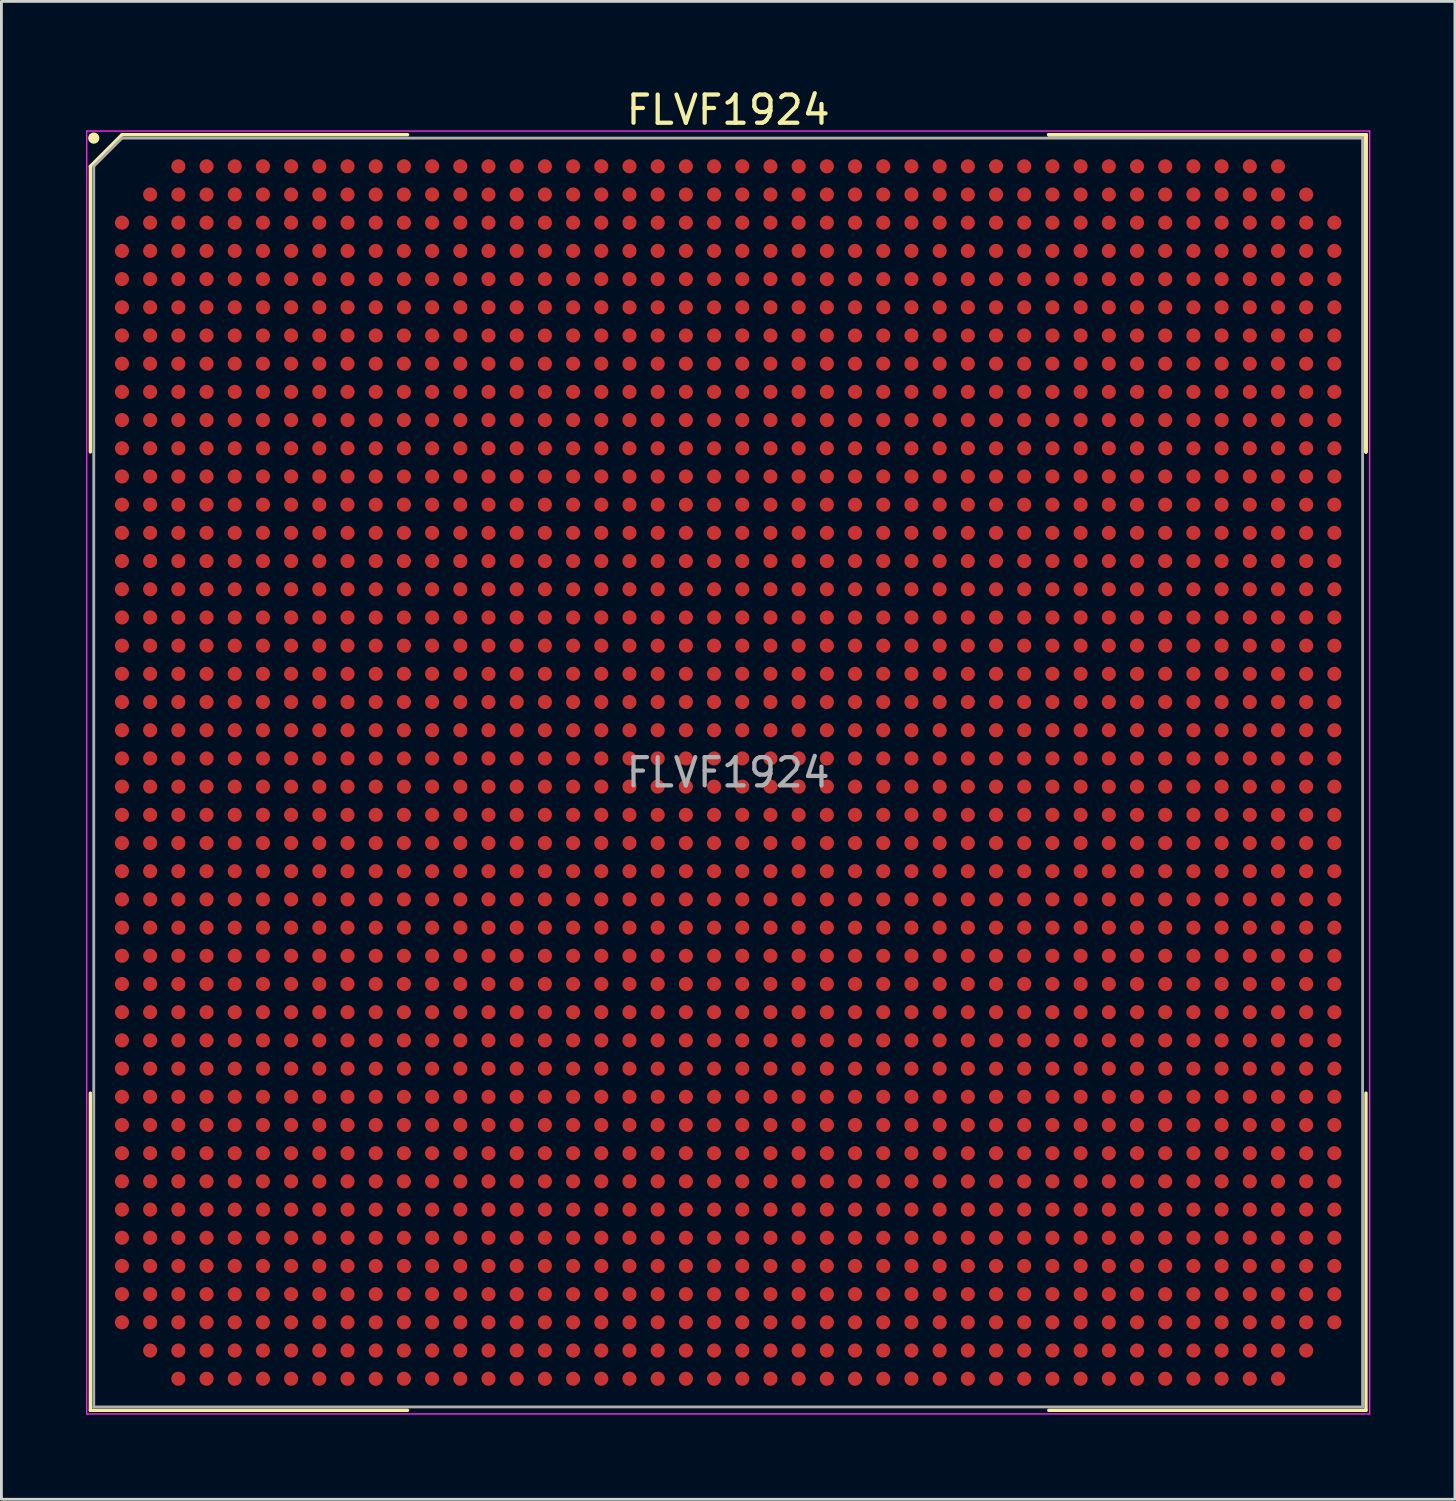
<source format=kicad_pcb>
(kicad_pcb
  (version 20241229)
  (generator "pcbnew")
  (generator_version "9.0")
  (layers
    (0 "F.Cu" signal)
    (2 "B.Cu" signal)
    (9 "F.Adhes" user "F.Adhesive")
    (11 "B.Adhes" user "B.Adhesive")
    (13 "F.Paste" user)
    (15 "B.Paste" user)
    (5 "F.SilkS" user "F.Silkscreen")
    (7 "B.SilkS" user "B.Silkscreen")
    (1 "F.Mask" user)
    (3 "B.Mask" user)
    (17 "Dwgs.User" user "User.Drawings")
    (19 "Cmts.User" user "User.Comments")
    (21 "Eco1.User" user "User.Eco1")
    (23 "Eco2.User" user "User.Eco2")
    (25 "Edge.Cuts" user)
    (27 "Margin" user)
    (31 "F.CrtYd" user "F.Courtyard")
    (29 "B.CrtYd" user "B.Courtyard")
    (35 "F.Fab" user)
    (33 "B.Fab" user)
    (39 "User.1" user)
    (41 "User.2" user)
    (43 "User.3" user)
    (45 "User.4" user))
  (footprint "FLVF1924"
    (layer "F.Cu")
    (at 22.775 24.348)
    (property "Reference" "FLVF1924" (at 0 -23.5 0) (layer "F.SilkS") (effects (font (size 1 1) (thickness 0.15))))
    (attr smd)
    (fp_line (start -22.62 -21.5) (end -22.62 -11.37) (stroke (width 0.12) (type solid)) (layer "F.SilkS"))
    (fp_line (start -22.62 22.62) (end -22.62 11.37) (stroke (width 0.12) (type solid)) (layer "F.SilkS"))
    (fp_line (start -21.5 -22.62) (end -22.62 -21.5) (stroke (width 0.12) (type solid)) (layer "F.SilkS"))
    (fp_line (start -11.37 -22.62) (end -21.5 -22.62) (stroke (width 0.12) (type solid)) (layer "F.SilkS"))
    (fp_line (start -11.37 22.62) (end -22.62 22.62) (stroke (width 0.12) (type solid)) (layer "F.SilkS"))
    (fp_line (start 11.37 -22.62) (end 22.62 -22.62) (stroke (width 0.12) (type solid)) (layer "F.SilkS"))
    (fp_line (start 11.37 -22.62) (end 22.62 -22.62) (stroke (width 0.12) (type solid)) (layer "F.SilkS"))
    (fp_line (start 11.37 -22.62) (end 22.62 -22.62) (stroke (width 0.12) (type solid)) (layer "F.SilkS"))
    (fp_line (start 11.37 22.62) (end 22.62 22.62) (stroke (width 0.12) (type solid)) (layer "F.SilkS"))
    (fp_line (start 22.62 -22.62) (end 22.62 -11.37) (stroke (width 0.12) (type solid)) (layer "F.SilkS"))
    (fp_line (start 22.62 -22.62) (end 22.62 -11.37) (stroke (width 0.12) (type solid)) (layer "F.SilkS"))
    (fp_line (start 22.62 -22.62) (end 22.62 -11.37) (stroke (width 0.12) (type solid)) (layer "F.SilkS"))
    (fp_line (start 22.62 22.62) (end 22.62 11.37) (stroke (width 0.12) (type solid)) (layer "F.SilkS"))
    (fp_circle (center -22.5 -22.5) (end -22.5 -22.4) (stroke (width 0.2) (type solid)) (fill no) (layer "F.SilkS"))
    (fp_line (start -22.75 -22.75) (end 22.75 -22.75) (stroke (width 0.05) (type solid)) (layer "F.CrtYd"))
    (fp_line (start -22.75 22.75) (end -22.75 -22.75) (stroke (width 0.05) (type solid)) (layer "F.CrtYd"))
    (fp_line (start 22.75 -22.75) (end 22.75 22.75) (stroke (width 0.05) (type solid)) (layer "F.CrtYd"))
    (fp_line (start 22.75 22.75) (end -22.75 22.75) (stroke (width 0.05) (type solid)) (layer "F.CrtYd"))
    (fp_line (start -22.5 -21.5) (end -22.5 22.5) (stroke (width 0.1) (type solid)) (layer "F.Fab"))
    (fp_line (start -22.5 22.5) (end 22.5 22.5) (stroke (width 0.1) (type solid)) (layer "F.Fab"))
    (fp_line (start -21.5 -22.5) (end -22.5 -21.5) (stroke (width 0.1) (type solid)) (layer "F.Fab"))
    (fp_line (start 22.5 -22.5) (end -21.5 -22.5) (stroke (width 0.1) (type solid)) (layer "F.Fab"))
    (fp_line (start 22.5 22.5) (end 22.5 -22.5) (stroke (width 0.1) (type solid)) (layer "F.Fab"))
    (fp_text user "${REFERENCE}" (at 0 0 0) (layer "F.Fab") (effects (font (size 1 1) (thickness 0.15))))
    (pad "A3" smd circle (at -19.5 -21.5) (size 0.5 0.5) (layers "F.Cu" "F.Mask" "F.Paste"))
    (pad "A4" smd circle (at -18.5 -21.5) (size 0.5 0.5) (layers "F.Cu" "F.Mask" "F.Paste"))
    (pad "A5" smd circle (at -17.5 -21.5) (size 0.5 0.5) (layers "F.Cu" "F.Mask" "F.Paste"))
    (pad "A6" smd circle (at -16.5 -21.5) (size 0.5 0.5) (layers "F.Cu" "F.Mask" "F.Paste"))
    (pad "A7" smd circle (at -15.5 -21.5) (size 0.5 0.5) (layers "F.Cu" "F.Mask" "F.Paste"))
    (pad "A8" smd circle (at -14.5 -21.5) (size 0.5 0.5) (layers "F.Cu" "F.Mask" "F.Paste"))
    (pad "A9" smd circle (at -13.5 -21.5) (size 0.5 0.5) (layers "F.Cu" "F.Mask" "F.Paste"))
    (pad "A10" smd circle (at -12.5 -21.5) (size 0.5 0.5) (layers "F.Cu" "F.Mask" "F.Paste"))
    (pad "A11" smd circle (at -11.5 -21.5) (size 0.5 0.5) (layers "F.Cu" "F.Mask" "F.Paste"))
    (pad "A12" smd circle (at -10.5 -21.5) (size 0.5 0.5) (layers "F.Cu" "F.Mask" "F.Paste"))
    (pad "A13" smd circle (at -9.5 -21.5) (size 0.5 0.5) (layers "F.Cu" "F.Mask" "F.Paste"))
    (pad "A14" smd circle (at -8.5 -21.5) (size 0.5 0.5) (layers "F.Cu" "F.Mask" "F.Paste"))
    (pad "A15" smd circle (at -7.5 -21.5) (size 0.5 0.5) (layers "F.Cu" "F.Mask" "F.Paste"))
    (pad "A16" smd circle (at -6.5 -21.5) (size 0.5 0.5) (layers "F.Cu" "F.Mask" "F.Paste"))
    (pad "A17" smd circle (at -5.5 -21.5) (size 0.5 0.5) (layers "F.Cu" "F.Mask" "F.Paste"))
    (pad "A18" smd circle (at -4.5 -21.5) (size 0.5 0.5) (layers "F.Cu" "F.Mask" "F.Paste"))
    (pad "A19" smd circle (at -3.5 -21.5) (size 0.5 0.5) (layers "F.Cu" "F.Mask" "F.Paste"))
    (pad "A20" smd circle (at -2.5 -21.5) (size 0.5 0.5) (layers "F.Cu" "F.Mask" "F.Paste"))
    (pad "A21" smd circle (at -1.5 -21.5) (size 0.5 0.5) (layers "F.Cu" "F.Mask" "F.Paste"))
    (pad "A22" smd circle (at -0.5 -21.5) (size 0.5 0.5) (layers "F.Cu" "F.Mask" "F.Paste"))
    (pad "A23" smd circle (at 0.5 -21.5) (size 0.5 0.5) (layers "F.Cu" "F.Mask" "F.Paste"))
    (pad "A24" smd circle (at 1.5 -21.5) (size 0.5 0.5) (layers "F.Cu" "F.Mask" "F.Paste"))
    (pad "A25" smd circle (at 2.5 -21.5) (size 0.5 0.5) (layers "F.Cu" "F.Mask" "F.Paste"))
    (pad "A26" smd circle (at 3.5 -21.5) (size 0.5 0.5) (layers "F.Cu" "F.Mask" "F.Paste"))
    (pad "A27" smd circle (at 4.5 -21.5) (size 0.5 0.5) (layers "F.Cu" "F.Mask" "F.Paste"))
    (pad "A28" smd circle (at 5.5 -21.5) (size 0.5 0.5) (layers "F.Cu" "F.Mask" "F.Paste"))
    (pad "A29" smd circle (at 6.5 -21.5) (size 0.5 0.5) (layers "F.Cu" "F.Mask" "F.Paste"))
    (pad "A30" smd circle (at 7.5 -21.5) (size 0.5 0.5) (layers "F.Cu" "F.Mask" "F.Paste"))
    (pad "A31" smd circle (at 8.5 -21.5) (size 0.5 0.5) (layers "F.Cu" "F.Mask" "F.Paste"))
    (pad "A32" smd circle (at 9.5 -21.5) (size 0.5 0.5) (layers "F.Cu" "F.Mask" "F.Paste"))
    (pad "A33" smd circle (at 10.5 -21.5) (size 0.5 0.5) (layers "F.Cu" "F.Mask" "F.Paste"))
    (pad "A34" smd circle (at 11.5 -21.5) (size 0.5 0.5) (layers "F.Cu" "F.Mask" "F.Paste"))
    (pad "A35" smd circle (at 12.5 -21.5) (size 0.5 0.5) (layers "F.Cu" "F.Mask" "F.Paste"))
    (pad "A36" smd circle (at 13.5 -21.5) (size 0.5 0.5) (layers "F.Cu" "F.Mask" "F.Paste"))
    (pad "A37" smd circle (at 14.5 -21.5) (size 0.5 0.5) (layers "F.Cu" "F.Mask" "F.Paste"))
    (pad "A38" smd circle (at 15.5 -21.5) (size 0.5 0.5) (layers "F.Cu" "F.Mask" "F.Paste"))
    (pad "A39" smd circle (at 16.5 -21.5) (size 0.5 0.5) (layers "F.Cu" "F.Mask" "F.Paste"))
    (pad "A40" smd circle (at 17.5 -21.5) (size 0.5 0.5) (layers "F.Cu" "F.Mask" "F.Paste"))
    (pad "A41" smd circle (at 18.5 -21.5) (size 0.5 0.5) (layers "F.Cu" "F.Mask" "F.Paste"))
    (pad "A42" smd circle (at 19.5 -21.5) (size 0.5 0.5) (layers "F.Cu" "F.Mask" "F.Paste"))
    (pad "AA1" smd circle (at -21.5 -1.5) (size 0.5 0.5) (layers "F.Cu" "F.Mask" "F.Paste"))
    (pad "AA2" smd circle (at -20.5 -1.5) (size 0.5 0.5) (layers "F.Cu" "F.Mask" "F.Paste"))
    (pad "AA3" smd circle (at -19.5 -1.5) (size 0.5 0.5) (layers "F.Cu" "F.Mask" "F.Paste"))
    (pad "AA4" smd circle (at -18.5 -1.5) (size 0.5 0.5) (layers "F.Cu" "F.Mask" "F.Paste"))
    (pad "AA5" smd circle (at -17.5 -1.5) (size 0.5 0.5) (layers "F.Cu" "F.Mask" "F.Paste"))
    (pad "AA6" smd circle (at -16.5 -1.5) (size 0.5 0.5) (layers "F.Cu" "F.Mask" "F.Paste"))
    (pad "AA7" smd circle (at -15.5 -1.5) (size 0.5 0.5) (layers "F.Cu" "F.Mask" "F.Paste"))
    (pad "AA8" smd circle (at -14.5 -1.5) (size 0.5 0.5) (layers "F.Cu" "F.Mask" "F.Paste"))
    (pad "AA9" smd circle (at -13.5 -1.5) (size 0.5 0.5) (layers "F.Cu" "F.Mask" "F.Paste"))
    (pad "AA10" smd circle (at -12.5 -1.5) (size 0.5 0.5) (layers "F.Cu" "F.Mask" "F.Paste"))
    (pad "AA11" smd circle (at -11.5 -1.5) (size 0.5 0.5) (layers "F.Cu" "F.Mask" "F.Paste"))
    (pad "AA12" smd circle (at -10.5 -1.5) (size 0.5 0.5) (layers "F.Cu" "F.Mask" "F.Paste"))
    (pad "AA13" smd circle (at -9.5 -1.5) (size 0.5 0.5) (layers "F.Cu" "F.Mask" "F.Paste"))
    (pad "AA14" smd circle (at -8.5 -1.5) (size 0.5 0.5) (layers "F.Cu" "F.Mask" "F.Paste"))
    (pad "AA15" smd circle (at -7.5 -1.5) (size 0.5 0.5) (layers "F.Cu" "F.Mask" "F.Paste"))
    (pad "AA16" smd circle (at -6.5 -1.5) (size 0.5 0.5) (layers "F.Cu" "F.Mask" "F.Paste"))
    (pad "AA17" smd circle (at -5.5 -1.5) (size 0.5 0.5) (layers "F.Cu" "F.Mask" "F.Paste"))
    (pad "AA18" smd circle (at -4.5 -1.5) (size 0.5 0.5) (layers "F.Cu" "F.Mask" "F.Paste"))
    (pad "AA19" smd circle (at -3.5 -1.5) (size 0.5 0.5) (layers "F.Cu" "F.Mask" "F.Paste"))
    (pad "AA20" smd circle (at -2.5 -1.5) (size 0.5 0.5) (layers "F.Cu" "F.Mask" "F.Paste"))
    (pad "AA21" smd circle (at -1.5 -1.5) (size 0.5 0.5) (layers "F.Cu" "F.Mask" "F.Paste"))
    (pad "AA22" smd circle (at -0.5 -1.5) (size 0.5 0.5) (layers "F.Cu" "F.Mask" "F.Paste"))
    (pad "AA23" smd circle (at 0.5 -1.5) (size 0.5 0.5) (layers "F.Cu" "F.Mask" "F.Paste"))
    (pad "AA24" smd circle (at 1.5 -1.5) (size 0.5 0.5) (layers "F.Cu" "F.Mask" "F.Paste"))
    (pad "AA25" smd circle (at 2.5 -1.5) (size 0.5 0.5) (layers "F.Cu" "F.Mask" "F.Paste"))
    (pad "AA26" smd circle (at 3.5 -1.5) (size 0.5 0.5) (layers "F.Cu" "F.Mask" "F.Paste"))
    (pad "AA27" smd circle (at 4.5 -1.5) (size 0.5 0.5) (layers "F.Cu" "F.Mask" "F.Paste"))
    (pad "AA28" smd circle (at 5.5 -1.5) (size 0.5 0.5) (layers "F.Cu" "F.Mask" "F.Paste"))
    (pad "AA29" smd circle (at 6.5 -1.5) (size 0.5 0.5) (layers "F.Cu" "F.Mask" "F.Paste"))
    (pad "AA30" smd circle (at 7.5 -1.5) (size 0.5 0.5) (layers "F.Cu" "F.Mask" "F.Paste"))
    (pad "AA31" smd circle (at 8.5 -1.5) (size 0.5 0.5) (layers "F.Cu" "F.Mask" "F.Paste"))
    (pad "AA32" smd circle (at 9.5 -1.5) (size 0.5 0.5) (layers "F.Cu" "F.Mask" "F.Paste"))
    (pad "AA33" smd circle (at 10.5 -1.5) (size 0.5 0.5) (layers "F.Cu" "F.Mask" "F.Paste"))
    (pad "AA34" smd circle (at 11.5 -1.5) (size 0.5 0.5) (layers "F.Cu" "F.Mask" "F.Paste"))
    (pad "AA35" smd circle (at 12.5 -1.5) (size 0.5 0.5) (layers "F.Cu" "F.Mask" "F.Paste"))
    (pad "AA36" smd circle (at 13.5 -1.5) (size 0.5 0.5) (layers "F.Cu" "F.Mask" "F.Paste"))
    (pad "AA37" smd circle (at 14.5 -1.5) (size 0.5 0.5) (layers "F.Cu" "F.Mask" "F.Paste"))
    (pad "AA38" smd circle (at 15.5 -1.5) (size 0.5 0.5) (layers "F.Cu" "F.Mask" "F.Paste"))
    (pad "AA39" smd circle (at 16.5 -1.5) (size 0.5 0.5) (layers "F.Cu" "F.Mask" "F.Paste"))
    (pad "AA40" smd circle (at 17.5 -1.5) (size 0.5 0.5) (layers "F.Cu" "F.Mask" "F.Paste"))
    (pad "AA41" smd circle (at 18.5 -1.5) (size 0.5 0.5) (layers "F.Cu" "F.Mask" "F.Paste"))
    (pad "AA42" smd circle (at 19.5 -1.5) (size 0.5 0.5) (layers "F.Cu" "F.Mask" "F.Paste"))
    (pad "AA43" smd circle (at 20.5 -1.5) (size 0.5 0.5) (layers "F.Cu" "F.Mask" "F.Paste"))
    (pad "AA44" smd circle (at 21.5 -1.5) (size 0.5 0.5) (layers "F.Cu" "F.Mask" "F.Paste"))
    (pad "AB1" smd circle (at -21.5 -0.5) (size 0.5 0.5) (layers "F.Cu" "F.Mask" "F.Paste"))
    (pad "AB2" smd circle (at -20.5 -0.5) (size 0.5 0.5) (layers "F.Cu" "F.Mask" "F.Paste"))
    (pad "AB3" smd circle (at -19.5 -0.5) (size 0.5 0.5) (layers "F.Cu" "F.Mask" "F.Paste"))
    (pad "AB4" smd circle (at -18.5 -0.5) (size 0.5 0.5) (layers "F.Cu" "F.Mask" "F.Paste"))
    (pad "AB5" smd circle (at -17.5 -0.5) (size 0.5 0.5) (layers "F.Cu" "F.Mask" "F.Paste"))
    (pad "AB6" smd circle (at -16.5 -0.5) (size 0.5 0.5) (layers "F.Cu" "F.Mask" "F.Paste"))
    (pad "AB7" smd circle (at -15.5 -0.5) (size 0.5 0.5) (layers "F.Cu" "F.Mask" "F.Paste"))
    (pad "AB8" smd circle (at -14.5 -0.5) (size 0.5 0.5) (layers "F.Cu" "F.Mask" "F.Paste"))
    (pad "AB9" smd circle (at -13.5 -0.5) (size 0.5 0.5) (layers "F.Cu" "F.Mask" "F.Paste"))
    (pad "AB10" smd circle (at -12.5 -0.5) (size 0.5 0.5) (layers "F.Cu" "F.Mask" "F.Paste"))
    (pad "AB11" smd circle (at -11.5 -0.5) (size 0.5 0.5) (layers "F.Cu" "F.Mask" "F.Paste"))
    (pad "AB12" smd circle (at -10.5 -0.5) (size 0.5 0.5) (layers "F.Cu" "F.Mask" "F.Paste"))
    (pad "AB13" smd circle (at -9.5 -0.5) (size 0.5 0.5) (layers "F.Cu" "F.Mask" "F.Paste"))
    (pad "AB14" smd circle (at -8.5 -0.5) (size 0.5 0.5) (layers "F.Cu" "F.Mask" "F.Paste"))
    (pad "AB15" smd circle (at -7.5 -0.5) (size 0.5 0.5) (layers "F.Cu" "F.Mask" "F.Paste"))
    (pad "AB16" smd circle (at -6.5 -0.5) (size 0.5 0.5) (layers "F.Cu" "F.Mask" "F.Paste"))
    (pad "AB17" smd circle (at -5.5 -0.5) (size 0.5 0.5) (layers "F.Cu" "F.Mask" "F.Paste"))
    (pad "AB18" smd circle (at -4.5 -0.5) (size 0.5 0.5) (layers "F.Cu" "F.Mask" "F.Paste"))
    (pad "AB19" smd circle (at -3.5 -0.5) (size 0.5 0.5) (layers "F.Cu" "F.Mask" "F.Paste"))
    (pad "AB20" smd circle (at -2.5 -0.5) (size 0.5 0.5) (layers "F.Cu" "F.Mask" "F.Paste"))
    (pad "AB21" smd circle (at -1.5 -0.5) (size 0.5 0.5) (layers "F.Cu" "F.Mask" "F.Paste"))
    (pad "AB22" smd circle (at -0.5 -0.5) (size 0.5 0.5) (layers "F.Cu" "F.Mask" "F.Paste"))
    (pad "AB23" smd circle (at 0.5 -0.5) (size 0.5 0.5) (layers "F.Cu" "F.Mask" "F.Paste"))
    (pad "AB24" smd circle (at 1.5 -0.5) (size 0.5 0.5) (layers "F.Cu" "F.Mask" "F.Paste"))
    (pad "AB25" smd circle (at 2.5 -0.5) (size 0.5 0.5) (layers "F.Cu" "F.Mask" "F.Paste"))
    (pad "AB26" smd circle (at 3.5 -0.5) (size 0.5 0.5) (layers "F.Cu" "F.Mask" "F.Paste"))
    (pad "AB27" smd circle (at 4.5 -0.5) (size 0.5 0.5) (layers "F.Cu" "F.Mask" "F.Paste"))
    (pad "AB28" smd circle (at 5.5 -0.5) (size 0.5 0.5) (layers "F.Cu" "F.Mask" "F.Paste"))
    (pad "AB29" smd circle (at 6.5 -0.5) (size 0.5 0.5) (layers "F.Cu" "F.Mask" "F.Paste"))
    (pad "AB30" smd circle (at 7.5 -0.5) (size 0.5 0.5) (layers "F.Cu" "F.Mask" "F.Paste"))
    (pad "AB31" smd circle (at 8.5 -0.5) (size 0.5 0.5) (layers "F.Cu" "F.Mask" "F.Paste"))
    (pad "AB32" smd circle (at 9.5 -0.5) (size 0.5 0.5) (layers "F.Cu" "F.Mask" "F.Paste"))
    (pad "AB33" smd circle (at 10.5 -0.5) (size 0.5 0.5) (layers "F.Cu" "F.Mask" "F.Paste"))
    (pad "AB34" smd circle (at 11.5 -0.5) (size 0.5 0.5) (layers "F.Cu" "F.Mask" "F.Paste"))
    (pad "AB35" smd circle (at 12.5 -0.5) (size 0.5 0.5) (layers "F.Cu" "F.Mask" "F.Paste"))
    (pad "AB36" smd circle (at 13.5 -0.5) (size 0.5 0.5) (layers "F.Cu" "F.Mask" "F.Paste"))
    (pad "AB37" smd circle (at 14.5 -0.5) (size 0.5 0.5) (layers "F.Cu" "F.Mask" "F.Paste"))
    (pad "AB38" smd circle (at 15.5 -0.5) (size 0.5 0.5) (layers "F.Cu" "F.Mask" "F.Paste"))
    (pad "AB39" smd circle (at 16.5 -0.5) (size 0.5 0.5) (layers "F.Cu" "F.Mask" "F.Paste"))
    (pad "AB40" smd circle (at 17.5 -0.5) (size 0.5 0.5) (layers "F.Cu" "F.Mask" "F.Paste"))
    (pad "AB41" smd circle (at 18.5 -0.5) (size 0.5 0.5) (layers "F.Cu" "F.Mask" "F.Paste"))
    (pad "AB42" smd circle (at 19.5 -0.5) (size 0.5 0.5) (layers "F.Cu" "F.Mask" "F.Paste"))
    (pad "AB43" smd circle (at 20.5 -0.5) (size 0.5 0.5) (layers "F.Cu" "F.Mask" "F.Paste"))
    (pad "AB44" smd circle (at 21.5 -0.5) (size 0.5 0.5) (layers "F.Cu" "F.Mask" "F.Paste"))
    (pad "AC1" smd circle (at -21.5 0.5) (size 0.5 0.5) (layers "F.Cu" "F.Mask" "F.Paste"))
    (pad "AC2" smd circle (at -20.5 0.5) (size 0.5 0.5) (layers "F.Cu" "F.Mask" "F.Paste"))
    (pad "AC3" smd circle (at -19.5 0.5) (size 0.5 0.5) (layers "F.Cu" "F.Mask" "F.Paste"))
    (pad "AC4" smd circle (at -18.5 0.5) (size 0.5 0.5) (layers "F.Cu" "F.Mask" "F.Paste"))
    (pad "AC5" smd circle (at -17.5 0.5) (size 0.5 0.5) (layers "F.Cu" "F.Mask" "F.Paste"))
    (pad "AC6" smd circle (at -16.5 0.5) (size 0.5 0.5) (layers "F.Cu" "F.Mask" "F.Paste"))
    (pad "AC7" smd circle (at -15.5 0.5) (size 0.5 0.5) (layers "F.Cu" "F.Mask" "F.Paste"))
    (pad "AC8" smd circle (at -14.5 0.5) (size 0.5 0.5) (layers "F.Cu" "F.Mask" "F.Paste"))
    (pad "AC9" smd circle (at -13.5 0.5) (size 0.5 0.5) (layers "F.Cu" "F.Mask" "F.Paste"))
    (pad "AC10" smd circle (at -12.5 0.5) (size 0.5 0.5) (layers "F.Cu" "F.Mask" "F.Paste"))
    (pad "AC11" smd circle (at -11.5 0.5) (size 0.5 0.5) (layers "F.Cu" "F.Mask" "F.Paste"))
    (pad "AC12" smd circle (at -10.5 0.5) (size 0.5 0.5) (layers "F.Cu" "F.Mask" "F.Paste"))
    (pad "AC13" smd circle (at -9.5 0.5) (size 0.5 0.5) (layers "F.Cu" "F.Mask" "F.Paste"))
    (pad "AC14" smd circle (at -8.5 0.5) (size 0.5 0.5) (layers "F.Cu" "F.Mask" "F.Paste"))
    (pad "AC15" smd circle (at -7.5 0.5) (size 0.5 0.5) (layers "F.Cu" "F.Mask" "F.Paste"))
    (pad "AC16" smd circle (at -6.5 0.5) (size 0.5 0.5) (layers "F.Cu" "F.Mask" "F.Paste"))
    (pad "AC17" smd circle (at -5.5 0.5) (size 0.5 0.5) (layers "F.Cu" "F.Mask" "F.Paste"))
    (pad "AC18" smd circle (at -4.5 0.5) (size 0.5 0.5) (layers "F.Cu" "F.Mask" "F.Paste"))
    (pad "AC19" smd circle (at -3.5 0.5) (size 0.5 0.5) (layers "F.Cu" "F.Mask" "F.Paste"))
    (pad "AC20" smd circle (at -2.5 0.5) (size 0.5 0.5) (layers "F.Cu" "F.Mask" "F.Paste"))
    (pad "AC21" smd circle (at -1.5 0.5) (size 0.5 0.5) (layers "F.Cu" "F.Mask" "F.Paste"))
    (pad "AC22" smd circle (at -0.5 0.5) (size 0.5 0.5) (layers "F.Cu" "F.Mask" "F.Paste"))
    (pad "AC23" smd circle (at 0.5 0.5) (size 0.5 0.5) (layers "F.Cu" "F.Mask" "F.Paste"))
    (pad "AC24" smd circle (at 1.5 0.5) (size 0.5 0.5) (layers "F.Cu" "F.Mask" "F.Paste"))
    (pad "AC25" smd circle (at 2.5 0.5) (size 0.5 0.5) (layers "F.Cu" "F.Mask" "F.Paste"))
    (pad "AC26" smd circle (at 3.5 0.5) (size 0.5 0.5) (layers "F.Cu" "F.Mask" "F.Paste"))
    (pad "AC27" smd circle (at 4.5 0.5) (size 0.5 0.5) (layers "F.Cu" "F.Mask" "F.Paste"))
    (pad "AC28" smd circle (at 5.5 0.5) (size 0.5 0.5) (layers "F.Cu" "F.Mask" "F.Paste"))
    (pad "AC29" smd circle (at 6.5 0.5) (size 0.5 0.5) (layers "F.Cu" "F.Mask" "F.Paste"))
    (pad "AC30" smd circle (at 7.5 0.5) (size 0.5 0.5) (layers "F.Cu" "F.Mask" "F.Paste"))
    (pad "AC31" smd circle (at 8.5 0.5) (size 0.5 0.5) (layers "F.Cu" "F.Mask" "F.Paste"))
    (pad "AC32" smd circle (at 9.5 0.5) (size 0.5 0.5) (layers "F.Cu" "F.Mask" "F.Paste"))
    (pad "AC33" smd circle (at 10.5 0.5) (size 0.5 0.5) (layers "F.Cu" "F.Mask" "F.Paste"))
    (pad "AC34" smd circle (at 11.5 0.5) (size 0.5 0.5) (layers "F.Cu" "F.Mask" "F.Paste"))
    (pad "AC35" smd circle (at 12.5 0.5) (size 0.5 0.5) (layers "F.Cu" "F.Mask" "F.Paste"))
    (pad "AC36" smd circle (at 13.5 0.5) (size 0.5 0.5) (layers "F.Cu" "F.Mask" "F.Paste"))
    (pad "AC37" smd circle (at 14.5 0.5) (size 0.5 0.5) (layers "F.Cu" "F.Mask" "F.Paste"))
    (pad "AC38" smd circle (at 15.5 0.5) (size 0.5 0.5) (layers "F.Cu" "F.Mask" "F.Paste"))
    (pad "AC39" smd circle (at 16.5 0.5) (size 0.5 0.5) (layers "F.Cu" "F.Mask" "F.Paste"))
    (pad "AC40" smd circle (at 17.5 0.5) (size 0.5 0.5) (layers "F.Cu" "F.Mask" "F.Paste"))
    (pad "AC41" smd circle (at 18.5 0.5) (size 0.5 0.5) (layers "F.Cu" "F.Mask" "F.Paste"))
    (pad "AC42" smd circle (at 19.5 0.5) (size 0.5 0.5) (layers "F.Cu" "F.Mask" "F.Paste"))
    (pad "AC43" smd circle (at 20.5 0.5) (size 0.5 0.5) (layers "F.Cu" "F.Mask" "F.Paste"))
    (pad "AC44" smd circle (at 21.5 0.5) (size 0.5 0.5) (layers "F.Cu" "F.Mask" "F.Paste"))
    (pad "AD1" smd circle (at -21.5 1.5) (size 0.5 0.5) (layers "F.Cu" "F.Mask" "F.Paste"))
    (pad "AD2" smd circle (at -20.5 1.5) (size 0.5 0.5) (layers "F.Cu" "F.Mask" "F.Paste"))
    (pad "AD3" smd circle (at -19.5 1.5) (size 0.5 0.5) (layers "F.Cu" "F.Mask" "F.Paste"))
    (pad "AD4" smd circle (at -18.5 1.5) (size 0.5 0.5) (layers "F.Cu" "F.Mask" "F.Paste"))
    (pad "AD5" smd circle (at -17.5 1.5) (size 0.5 0.5) (layers "F.Cu" "F.Mask" "F.Paste"))
    (pad "AD6" smd circle (at -16.5 1.5) (size 0.5 0.5) (layers "F.Cu" "F.Mask" "F.Paste"))
    (pad "AD7" smd circle (at -15.5 1.5) (size 0.5 0.5) (layers "F.Cu" "F.Mask" "F.Paste"))
    (pad "AD8" smd circle (at -14.5 1.5) (size 0.5 0.5) (layers "F.Cu" "F.Mask" "F.Paste"))
    (pad "AD9" smd circle (at -13.5 1.5) (size 0.5 0.5) (layers "F.Cu" "F.Mask" "F.Paste"))
    (pad "AD10" smd circle (at -12.5 1.5) (size 0.5 0.5) (layers "F.Cu" "F.Mask" "F.Paste"))
    (pad "AD11" smd circle (at -11.5 1.5) (size 0.5 0.5) (layers "F.Cu" "F.Mask" "F.Paste"))
    (pad "AD12" smd circle (at -10.5 1.5) (size 0.5 0.5) (layers "F.Cu" "F.Mask" "F.Paste"))
    (pad "AD13" smd circle (at -9.5 1.5) (size 0.5 0.5) (layers "F.Cu" "F.Mask" "F.Paste"))
    (pad "AD14" smd circle (at -8.5 1.5) (size 0.5 0.5) (layers "F.Cu" "F.Mask" "F.Paste"))
    (pad "AD15" smd circle (at -7.5 1.5) (size 0.5 0.5) (layers "F.Cu" "F.Mask" "F.Paste"))
    (pad "AD16" smd circle (at -6.5 1.5) (size 0.5 0.5) (layers "F.Cu" "F.Mask" "F.Paste"))
    (pad "AD17" smd circle (at -5.5 1.5) (size 0.5 0.5) (layers "F.Cu" "F.Mask" "F.Paste"))
    (pad "AD18" smd circle (at -4.5 1.5) (size 0.5 0.5) (layers "F.Cu" "F.Mask" "F.Paste"))
    (pad "AD19" smd circle (at -3.5 1.5) (size 0.5 0.5) (layers "F.Cu" "F.Mask" "F.Paste"))
    (pad "AD20" smd circle (at -2.5 1.5) (size 0.5 0.5) (layers "F.Cu" "F.Mask" "F.Paste"))
    (pad "AD21" smd circle (at -1.5 1.5) (size 0.5 0.5) (layers "F.Cu" "F.Mask" "F.Paste"))
    (pad "AD22" smd circle (at -0.5 1.5) (size 0.5 0.5) (layers "F.Cu" "F.Mask" "F.Paste"))
    (pad "AD23" smd circle (at 0.5 1.5) (size 0.5 0.5) (layers "F.Cu" "F.Mask" "F.Paste"))
    (pad "AD24" smd circle (at 1.5 1.5) (size 0.5 0.5) (layers "F.Cu" "F.Mask" "F.Paste"))
    (pad "AD25" smd circle (at 2.5 1.5) (size 0.5 0.5) (layers "F.Cu" "F.Mask" "F.Paste"))
    (pad "AD26" smd circle (at 3.5 1.5) (size 0.5 0.5) (layers "F.Cu" "F.Mask" "F.Paste"))
    (pad "AD27" smd circle (at 4.5 1.5) (size 0.5 0.5) (layers "F.Cu" "F.Mask" "F.Paste"))
    (pad "AD28" smd circle (at 5.5 1.5) (size 0.5 0.5) (layers "F.Cu" "F.Mask" "F.Paste"))
    (pad "AD29" smd circle (at 6.5 1.5) (size 0.5 0.5) (layers "F.Cu" "F.Mask" "F.Paste"))
    (pad "AD30" smd circle (at 7.5 1.5) (size 0.5 0.5) (layers "F.Cu" "F.Mask" "F.Paste"))
    (pad "AD31" smd circle (at 8.5 1.5) (size 0.5 0.5) (layers "F.Cu" "F.Mask" "F.Paste"))
    (pad "AD32" smd circle (at 9.5 1.5) (size 0.5 0.5) (layers "F.Cu" "F.Mask" "F.Paste"))
    (pad "AD33" smd circle (at 10.5 1.5) (size 0.5 0.5) (layers "F.Cu" "F.Mask" "F.Paste"))
    (pad "AD34" smd circle (at 11.5 1.5) (size 0.5 0.5) (layers "F.Cu" "F.Mask" "F.Paste"))
    (pad "AD35" smd circle (at 12.5 1.5) (size 0.5 0.5) (layers "F.Cu" "F.Mask" "F.Paste"))
    (pad "AD36" smd circle (at 13.5 1.5) (size 0.5 0.5) (layers "F.Cu" "F.Mask" "F.Paste"))
    (pad "AD37" smd circle (at 14.5 1.5) (size 0.5 0.5) (layers "F.Cu" "F.Mask" "F.Paste"))
    (pad "AD38" smd circle (at 15.5 1.5) (size 0.5 0.5) (layers "F.Cu" "F.Mask" "F.Paste"))
    (pad "AD39" smd circle (at 16.5 1.5) (size 0.5 0.5) (layers "F.Cu" "F.Mask" "F.Paste"))
    (pad "AD40" smd circle (at 17.5 1.5) (size 0.5 0.5) (layers "F.Cu" "F.Mask" "F.Paste"))
    (pad "AD41" smd circle (at 18.5 1.5) (size 0.5 0.5) (layers "F.Cu" "F.Mask" "F.Paste"))
    (pad "AD42" smd circle (at 19.5 1.5) (size 0.5 0.5) (layers "F.Cu" "F.Mask" "F.Paste"))
    (pad "AD43" smd circle (at 20.5 1.5) (size 0.5 0.5) (layers "F.Cu" "F.Mask" "F.Paste"))
    (pad "AD44" smd circle (at 21.5 1.5) (size 0.5 0.5) (layers "F.Cu" "F.Mask" "F.Paste"))
    (pad "AE1" smd circle (at -21.5 2.5) (size 0.5 0.5) (layers "F.Cu" "F.Mask" "F.Paste"))
    (pad "AE2" smd circle (at -20.5 2.5) (size 0.5 0.5) (layers "F.Cu" "F.Mask" "F.Paste"))
    (pad "AE3" smd circle (at -19.5 2.5) (size 0.5 0.5) (layers "F.Cu" "F.Mask" "F.Paste"))
    (pad "AE4" smd circle (at -18.5 2.5) (size 0.5 0.5) (layers "F.Cu" "F.Mask" "F.Paste"))
    (pad "AE5" smd circle (at -17.5 2.5) (size 0.5 0.5) (layers "F.Cu" "F.Mask" "F.Paste"))
    (pad "AE6" smd circle (at -16.5 2.5) (size 0.5 0.5) (layers "F.Cu" "F.Mask" "F.Paste"))
    (pad "AE7" smd circle (at -15.5 2.5) (size 0.5 0.5) (layers "F.Cu" "F.Mask" "F.Paste"))
    (pad "AE8" smd circle (at -14.5 2.5) (size 0.5 0.5) (layers "F.Cu" "F.Mask" "F.Paste"))
    (pad "AE9" smd circle (at -13.5 2.5) (size 0.5 0.5) (layers "F.Cu" "F.Mask" "F.Paste"))
    (pad "AE10" smd circle (at -12.5 2.5) (size 0.5 0.5) (layers "F.Cu" "F.Mask" "F.Paste"))
    (pad "AE11" smd circle (at -11.5 2.5) (size 0.5 0.5) (layers "F.Cu" "F.Mask" "F.Paste"))
    (pad "AE12" smd circle (at -10.5 2.5) (size 0.5 0.5) (layers "F.Cu" "F.Mask" "F.Paste"))
    (pad "AE13" smd circle (at -9.5 2.5) (size 0.5 0.5) (layers "F.Cu" "F.Mask" "F.Paste"))
    (pad "AE14" smd circle (at -8.5 2.5) (size 0.5 0.5) (layers "F.Cu" "F.Mask" "F.Paste"))
    (pad "AE15" smd circle (at -7.5 2.5) (size 0.5 0.5) (layers "F.Cu" "F.Mask" "F.Paste"))
    (pad "AE16" smd circle (at -6.5 2.5) (size 0.5 0.5) (layers "F.Cu" "F.Mask" "F.Paste"))
    (pad "AE17" smd circle (at -5.5 2.5) (size 0.5 0.5) (layers "F.Cu" "F.Mask" "F.Paste"))
    (pad "AE18" smd circle (at -4.5 2.5) (size 0.5 0.5) (layers "F.Cu" "F.Mask" "F.Paste"))
    (pad "AE19" smd circle (at -3.5 2.5) (size 0.5 0.5) (layers "F.Cu" "F.Mask" "F.Paste"))
    (pad "AE20" smd circle (at -2.5 2.5) (size 0.5 0.5) (layers "F.Cu" "F.Mask" "F.Paste"))
    (pad "AE21" smd circle (at -1.5 2.5) (size 0.5 0.5) (layers "F.Cu" "F.Mask" "F.Paste"))
    (pad "AE22" smd circle (at -0.5 2.5) (size 0.5 0.5) (layers "F.Cu" "F.Mask" "F.Paste"))
    (pad "AE23" smd circle (at 0.5 2.5) (size 0.5 0.5) (layers "F.Cu" "F.Mask" "F.Paste"))
    (pad "AE24" smd circle (at 1.5 2.5) (size 0.5 0.5) (layers "F.Cu" "F.Mask" "F.Paste"))
    (pad "AE25" smd circle (at 2.5 2.5) (size 0.5 0.5) (layers "F.Cu" "F.Mask" "F.Paste"))
    (pad "AE26" smd circle (at 3.5 2.5) (size 0.5 0.5) (layers "F.Cu" "F.Mask" "F.Paste"))
    (pad "AE27" smd circle (at 4.5 2.5) (size 0.5 0.5) (layers "F.Cu" "F.Mask" "F.Paste"))
    (pad "AE28" smd circle (at 5.5 2.5) (size 0.5 0.5) (layers "F.Cu" "F.Mask" "F.Paste"))
    (pad "AE29" smd circle (at 6.5 2.5) (size 0.5 0.5) (layers "F.Cu" "F.Mask" "F.Paste"))
    (pad "AE30" smd circle (at 7.5 2.5) (size 0.5 0.5) (layers "F.Cu" "F.Mask" "F.Paste"))
    (pad "AE31" smd circle (at 8.5 2.5) (size 0.5 0.5) (layers "F.Cu" "F.Mask" "F.Paste"))
    (pad "AE32" smd circle (at 9.5 2.5) (size 0.5 0.5) (layers "F.Cu" "F.Mask" "F.Paste"))
    (pad "AE33" smd circle (at 10.5 2.5) (size 0.5 0.5) (layers "F.Cu" "F.Mask" "F.Paste"))
    (pad "AE34" smd circle (at 11.5 2.5) (size 0.5 0.5) (layers "F.Cu" "F.Mask" "F.Paste"))
    (pad "AE35" smd circle (at 12.5 2.5) (size 0.5 0.5) (layers "F.Cu" "F.Mask" "F.Paste"))
    (pad "AE36" smd circle (at 13.5 2.5) (size 0.5 0.5) (layers "F.Cu" "F.Mask" "F.Paste"))
    (pad "AE37" smd circle (at 14.5 2.5) (size 0.5 0.5) (layers "F.Cu" "F.Mask" "F.Paste"))
    (pad "AE38" smd circle (at 15.5 2.5) (size 0.5 0.5) (layers "F.Cu" "F.Mask" "F.Paste"))
    (pad "AE39" smd circle (at 16.5 2.5) (size 0.5 0.5) (layers "F.Cu" "F.Mask" "F.Paste"))
    (pad "AE40" smd circle (at 17.5 2.5) (size 0.5 0.5) (layers "F.Cu" "F.Mask" "F.Paste"))
    (pad "AE41" smd circle (at 18.5 2.5) (size 0.5 0.5) (layers "F.Cu" "F.Mask" "F.Paste"))
    (pad "AE42" smd circle (at 19.5 2.5) (size 0.5 0.5) (layers "F.Cu" "F.Mask" "F.Paste"))
    (pad "AE43" smd circle (at 20.5 2.5) (size 0.5 0.5) (layers "F.Cu" "F.Mask" "F.Paste"))
    (pad "AE44" smd circle (at 21.5 2.5) (size 0.5 0.5) (layers "F.Cu" "F.Mask" "F.Paste"))
    (pad "AF1" smd circle (at -21.5 3.5) (size 0.5 0.5) (layers "F.Cu" "F.Mask" "F.Paste"))
    (pad "AF2" smd circle (at -20.5 3.5) (size 0.5 0.5) (layers "F.Cu" "F.Mask" "F.Paste"))
    (pad "AF3" smd circle (at -19.5 3.5) (size 0.5 0.5) (layers "F.Cu" "F.Mask" "F.Paste"))
    (pad "AF4" smd circle (at -18.5 3.5) (size 0.5 0.5) (layers "F.Cu" "F.Mask" "F.Paste"))
    (pad "AF5" smd circle (at -17.5 3.5) (size 0.5 0.5) (layers "F.Cu" "F.Mask" "F.Paste"))
    (pad "AF6" smd circle (at -16.5 3.5) (size 0.5 0.5) (layers "F.Cu" "F.Mask" "F.Paste"))
    (pad "AF7" smd circle (at -15.5 3.5) (size 0.5 0.5) (layers "F.Cu" "F.Mask" "F.Paste"))
    (pad "AF8" smd circle (at -14.5 3.5) (size 0.5 0.5) (layers "F.Cu" "F.Mask" "F.Paste"))
    (pad "AF9" smd circle (at -13.5 3.5) (size 0.5 0.5) (layers "F.Cu" "F.Mask" "F.Paste"))
    (pad "AF10" smd circle (at -12.5 3.5) (size 0.5 0.5) (layers "F.Cu" "F.Mask" "F.Paste"))
    (pad "AF11" smd circle (at -11.5 3.5) (size 0.5 0.5) (layers "F.Cu" "F.Mask" "F.Paste"))
    (pad "AF12" smd circle (at -10.5 3.5) (size 0.5 0.5) (layers "F.Cu" "F.Mask" "F.Paste"))
    (pad "AF13" smd circle (at -9.5 3.5) (size 0.5 0.5) (layers "F.Cu" "F.Mask" "F.Paste"))
    (pad "AF14" smd circle (at -8.5 3.5) (size 0.5 0.5) (layers "F.Cu" "F.Mask" "F.Paste"))
    (pad "AF15" smd circle (at -7.5 3.5) (size 0.5 0.5) (layers "F.Cu" "F.Mask" "F.Paste"))
    (pad "AF16" smd circle (at -6.5 3.5) (size 0.5 0.5) (layers "F.Cu" "F.Mask" "F.Paste"))
    (pad "AF17" smd circle (at -5.5 3.5) (size 0.5 0.5) (layers "F.Cu" "F.Mask" "F.Paste"))
    (pad "AF18" smd circle (at -4.5 3.5) (size 0.5 0.5) (layers "F.Cu" "F.Mask" "F.Paste"))
    (pad "AF19" smd circle (at -3.5 3.5) (size 0.5 0.5) (layers "F.Cu" "F.Mask" "F.Paste"))
    (pad "AF20" smd circle (at -2.5 3.5) (size 0.5 0.5) (layers "F.Cu" "F.Mask" "F.Paste"))
    (pad "AF21" smd circle (at -1.5 3.5) (size 0.5 0.5) (layers "F.Cu" "F.Mask" "F.Paste"))
    (pad "AF22" smd circle (at -0.5 3.5) (size 0.5 0.5) (layers "F.Cu" "F.Mask" "F.Paste"))
    (pad "AF23" smd circle (at 0.5 3.5) (size 0.5 0.5) (layers "F.Cu" "F.Mask" "F.Paste"))
    (pad "AF24" smd circle (at 1.5 3.5) (size 0.5 0.5) (layers "F.Cu" "F.Mask" "F.Paste"))
    (pad "AF25" smd circle (at 2.5 3.5) (size 0.5 0.5) (layers "F.Cu" "F.Mask" "F.Paste"))
    (pad "AF26" smd circle (at 3.5 3.5) (size 0.5 0.5) (layers "F.Cu" "F.Mask" "F.Paste"))
    (pad "AF27" smd circle (at 4.5 3.5) (size 0.5 0.5) (layers "F.Cu" "F.Mask" "F.Paste"))
    (pad "AF28" smd circle (at 5.5 3.5) (size 0.5 0.5) (layers "F.Cu" "F.Mask" "F.Paste"))
    (pad "AF29" smd circle (at 6.5 3.5) (size 0.5 0.5) (layers "F.Cu" "F.Mask" "F.Paste"))
    (pad "AF30" smd circle (at 7.5 3.5) (size 0.5 0.5) (layers "F.Cu" "F.Mask" "F.Paste"))
    (pad "AF31" smd circle (at 8.5 3.5) (size 0.5 0.5) (layers "F.Cu" "F.Mask" "F.Paste"))
    (pad "AF32" smd circle (at 9.5 3.5) (size 0.5 0.5) (layers "F.Cu" "F.Mask" "F.Paste"))
    (pad "AF33" smd circle (at 10.5 3.5) (size 0.5 0.5) (layers "F.Cu" "F.Mask" "F.Paste"))
    (pad "AF34" smd circle (at 11.5 3.5) (size 0.5 0.5) (layers "F.Cu" "F.Mask" "F.Paste"))
    (pad "AF35" smd circle (at 12.5 3.5) (size 0.5 0.5) (layers "F.Cu" "F.Mask" "F.Paste"))
    (pad "AF36" smd circle (at 13.5 3.5) (size 0.5 0.5) (layers "F.Cu" "F.Mask" "F.Paste"))
    (pad "AF37" smd circle (at 14.5 3.5) (size 0.5 0.5) (layers "F.Cu" "F.Mask" "F.Paste"))
    (pad "AF38" smd circle (at 15.5 3.5) (size 0.5 0.5) (layers "F.Cu" "F.Mask" "F.Paste"))
    (pad "AF39" smd circle (at 16.5 3.5) (size 0.5 0.5) (layers "F.Cu" "F.Mask" "F.Paste"))
    (pad "AF40" smd circle (at 17.5 3.5) (size 0.5 0.5) (layers "F.Cu" "F.Mask" "F.Paste"))
    (pad "AF41" smd circle (at 18.5 3.5) (size 0.5 0.5) (layers "F.Cu" "F.Mask" "F.Paste"))
    (pad "AF42" smd circle (at 19.5 3.5) (size 0.5 0.5) (layers "F.Cu" "F.Mask" "F.Paste"))
    (pad "AF43" smd circle (at 20.5 3.5) (size 0.5 0.5) (layers "F.Cu" "F.Mask" "F.Paste"))
    (pad "AF44" smd circle (at 21.5 3.5) (size 0.5 0.5) (layers "F.Cu" "F.Mask" "F.Paste"))
    (pad "AG1" smd circle (at -21.5 4.5) (size 0.5 0.5) (layers "F.Cu" "F.Mask" "F.Paste"))
    (pad "AG2" smd circle (at -20.5 4.5) (size 0.5 0.5) (layers "F.Cu" "F.Mask" "F.Paste"))
    (pad "AG3" smd circle (at -19.5 4.5) (size 0.5 0.5) (layers "F.Cu" "F.Mask" "F.Paste"))
    (pad "AG4" smd circle (at -18.5 4.5) (size 0.5 0.5) (layers "F.Cu" "F.Mask" "F.Paste"))
    (pad "AG5" smd circle (at -17.5 4.5) (size 0.5 0.5) (layers "F.Cu" "F.Mask" "F.Paste"))
    (pad "AG6" smd circle (at -16.5 4.5) (size 0.5 0.5) (layers "F.Cu" "F.Mask" "F.Paste"))
    (pad "AG7" smd circle (at -15.5 4.5) (size 0.5 0.5) (layers "F.Cu" "F.Mask" "F.Paste"))
    (pad "AG8" smd circle (at -14.5 4.5) (size 0.5 0.5) (layers "F.Cu" "F.Mask" "F.Paste"))
    (pad "AG9" smd circle (at -13.5 4.5) (size 0.5 0.5) (layers "F.Cu" "F.Mask" "F.Paste"))
    (pad "AG10" smd circle (at -12.5 4.5) (size 0.5 0.5) (layers "F.Cu" "F.Mask" "F.Paste"))
    (pad "AG11" smd circle (at -11.5 4.5) (size 0.5 0.5) (layers "F.Cu" "F.Mask" "F.Paste"))
    (pad "AG12" smd circle (at -10.5 4.5) (size 0.5 0.5) (layers "F.Cu" "F.Mask" "F.Paste"))
    (pad "AG13" smd circle (at -9.5 4.5) (size 0.5 0.5) (layers "F.Cu" "F.Mask" "F.Paste"))
    (pad "AG14" smd circle (at -8.5 4.5) (size 0.5 0.5) (layers "F.Cu" "F.Mask" "F.Paste"))
    (pad "AG15" smd circle (at -7.5 4.5) (size 0.5 0.5) (layers "F.Cu" "F.Mask" "F.Paste"))
    (pad "AG16" smd circle (at -6.5 4.5) (size 0.5 0.5) (layers "F.Cu" "F.Mask" "F.Paste"))
    (pad "AG17" smd circle (at -5.5 4.5) (size 0.5 0.5) (layers "F.Cu" "F.Mask" "F.Paste"))
    (pad "AG18" smd circle (at -4.5 4.5) (size 0.5 0.5) (layers "F.Cu" "F.Mask" "F.Paste"))
    (pad "AG19" smd circle (at -3.5 4.5) (size 0.5 0.5) (layers "F.Cu" "F.Mask" "F.Paste"))
    (pad "AG20" smd circle (at -2.5 4.5) (size 0.5 0.5) (layers "F.Cu" "F.Mask" "F.Paste"))
    (pad "AG21" smd circle (at -1.5 4.5) (size 0.5 0.5) (layers "F.Cu" "F.Mask" "F.Paste"))
    (pad "AG22" smd circle (at -0.5 4.5) (size 0.5 0.5) (layers "F.Cu" "F.Mask" "F.Paste"))
    (pad "AG23" smd circle (at 0.5 4.5) (size 0.5 0.5) (layers "F.Cu" "F.Mask" "F.Paste"))
    (pad "AG24" smd circle (at 1.5 4.5) (size 0.5 0.5) (layers "F.Cu" "F.Mask" "F.Paste"))
    (pad "AG25" smd circle (at 2.5 4.5) (size 0.5 0.5) (layers "F.Cu" "F.Mask" "F.Paste"))
    (pad "AG26" smd circle (at 3.5 4.5) (size 0.5 0.5) (layers "F.Cu" "F.Mask" "F.Paste"))
    (pad "AG27" smd circle (at 4.5 4.5) (size 0.5 0.5) (layers "F.Cu" "F.Mask" "F.Paste"))
    (pad "AG28" smd circle (at 5.5 4.5) (size 0.5 0.5) (layers "F.Cu" "F.Mask" "F.Paste"))
    (pad "AG29" smd circle (at 6.5 4.5) (size 0.5 0.5) (layers "F.Cu" "F.Mask" "F.Paste"))
    (pad "AG30" smd circle (at 7.5 4.5) (size 0.5 0.5) (layers "F.Cu" "F.Mask" "F.Paste"))
    (pad "AG31" smd circle (at 8.5 4.5) (size 0.5 0.5) (layers "F.Cu" "F.Mask" "F.Paste"))
    (pad "AG32" smd circle (at 9.5 4.5) (size 0.5 0.5) (layers "F.Cu" "F.Mask" "F.Paste"))
    (pad "AG33" smd circle (at 10.5 4.5) (size 0.5 0.5) (layers "F.Cu" "F.Mask" "F.Paste"))
    (pad "AG34" smd circle (at 11.5 4.5) (size 0.5 0.5) (layers "F.Cu" "F.Mask" "F.Paste"))
    (pad "AG35" smd circle (at 12.5 4.5) (size 0.5 0.5) (layers "F.Cu" "F.Mask" "F.Paste"))
    (pad "AG36" smd circle (at 13.5 4.5) (size 0.5 0.5) (layers "F.Cu" "F.Mask" "F.Paste"))
    (pad "AG37" smd circle (at 14.5 4.5) (size 0.5 0.5) (layers "F.Cu" "F.Mask" "F.Paste"))
    (pad "AG38" smd circle (at 15.5 4.5) (size 0.5 0.5) (layers "F.Cu" "F.Mask" "F.Paste"))
    (pad "AG39" smd circle (at 16.5 4.5) (size 0.5 0.5) (layers "F.Cu" "F.Mask" "F.Paste"))
    (pad "AG40" smd circle (at 17.5 4.5) (size 0.5 0.5) (layers "F.Cu" "F.Mask" "F.Paste"))
    (pad "AG41" smd circle (at 18.5 4.5) (size 0.5 0.5) (layers "F.Cu" "F.Mask" "F.Paste"))
    (pad "AG42" smd circle (at 19.5 4.5) (size 0.5 0.5) (layers "F.Cu" "F.Mask" "F.Paste"))
    (pad "AG43" smd circle (at 20.5 4.5) (size 0.5 0.5) (layers "F.Cu" "F.Mask" "F.Paste"))
    (pad "AG44" smd circle (at 21.5 4.5) (size 0.5 0.5) (layers "F.Cu" "F.Mask" "F.Paste"))
    (pad "AH1" smd circle (at -21.5 5.5) (size 0.5 0.5) (layers "F.Cu" "F.Mask" "F.Paste"))
    (pad "AH2" smd circle (at -20.5 5.5) (size 0.5 0.5) (layers "F.Cu" "F.Mask" "F.Paste"))
    (pad "AH3" smd circle (at -19.5 5.5) (size 0.5 0.5) (layers "F.Cu" "F.Mask" "F.Paste"))
    (pad "AH4" smd circle (at -18.5 5.5) (size 0.5 0.5) (layers "F.Cu" "F.Mask" "F.Paste"))
    (pad "AH5" smd circle (at -17.5 5.5) (size 0.5 0.5) (layers "F.Cu" "F.Mask" "F.Paste"))
    (pad "AH6" smd circle (at -16.5 5.5) (size 0.5 0.5) (layers "F.Cu" "F.Mask" "F.Paste"))
    (pad "AH7" smd circle (at -15.5 5.5) (size 0.5 0.5) (layers "F.Cu" "F.Mask" "F.Paste"))
    (pad "AH8" smd circle (at -14.5 5.5) (size 0.5 0.5) (layers "F.Cu" "F.Mask" "F.Paste"))
    (pad "AH9" smd circle (at -13.5 5.5) (size 0.5 0.5) (layers "F.Cu" "F.Mask" "F.Paste"))
    (pad "AH10" smd circle (at -12.5 5.5) (size 0.5 0.5) (layers "F.Cu" "F.Mask" "F.Paste"))
    (pad "AH11" smd circle (at -11.5 5.5) (size 0.5 0.5) (layers "F.Cu" "F.Mask" "F.Paste"))
    (pad "AH12" smd circle (at -10.5 5.5) (size 0.5 0.5) (layers "F.Cu" "F.Mask" "F.Paste"))
    (pad "AH13" smd circle (at -9.5 5.5) (size 0.5 0.5) (layers "F.Cu" "F.Mask" "F.Paste"))
    (pad "AH14" smd circle (at -8.5 5.5) (size 0.5 0.5) (layers "F.Cu" "F.Mask" "F.Paste"))
    (pad "AH15" smd circle (at -7.5 5.5) (size 0.5 0.5) (layers "F.Cu" "F.Mask" "F.Paste"))
    (pad "AH16" smd circle (at -6.5 5.5) (size 0.5 0.5) (layers "F.Cu" "F.Mask" "F.Paste"))
    (pad "AH17" smd circle (at -5.5 5.5) (size 0.5 0.5) (layers "F.Cu" "F.Mask" "F.Paste"))
    (pad "AH18" smd circle (at -4.5 5.5) (size 0.5 0.5) (layers "F.Cu" "F.Mask" "F.Paste"))
    (pad "AH19" smd circle (at -3.5 5.5) (size 0.5 0.5) (layers "F.Cu" "F.Mask" "F.Paste"))
    (pad "AH20" smd circle (at -2.5 5.5) (size 0.5 0.5) (layers "F.Cu" "F.Mask" "F.Paste"))
    (pad "AH21" smd circle (at -1.5 5.5) (size 0.5 0.5) (layers "F.Cu" "F.Mask" "F.Paste"))
    (pad "AH22" smd circle (at -0.5 5.5) (size 0.5 0.5) (layers "F.Cu" "F.Mask" "F.Paste"))
    (pad "AH23" smd circle (at 0.5 5.5) (size 0.5 0.5) (layers "F.Cu" "F.Mask" "F.Paste"))
    (pad "AH24" smd circle (at 1.5 5.5) (size 0.5 0.5) (layers "F.Cu" "F.Mask" "F.Paste"))
    (pad "AH25" smd circle (at 2.5 5.5) (size 0.5 0.5) (layers "F.Cu" "F.Mask" "F.Paste"))
    (pad "AH26" smd circle (at 3.5 5.5) (size 0.5 0.5) (layers "F.Cu" "F.Mask" "F.Paste"))
    (pad "AH27" smd circle (at 4.5 5.5) (size 0.5 0.5) (layers "F.Cu" "F.Mask" "F.Paste"))
    (pad "AH28" smd circle (at 5.5 5.5) (size 0.5 0.5) (layers "F.Cu" "F.Mask" "F.Paste"))
    (pad "AH29" smd circle (at 6.5 5.5) (size 0.5 0.5) (layers "F.Cu" "F.Mask" "F.Paste"))
    (pad "AH30" smd circle (at 7.5 5.5) (size 0.5 0.5) (layers "F.Cu" "F.Mask" "F.Paste"))
    (pad "AH31" smd circle (at 8.5 5.5) (size 0.5 0.5) (layers "F.Cu" "F.Mask" "F.Paste"))
    (pad "AH32" smd circle (at 9.5 5.5) (size 0.5 0.5) (layers "F.Cu" "F.Mask" "F.Paste"))
    (pad "AH33" smd circle (at 10.5 5.5) (size 0.5 0.5) (layers "F.Cu" "F.Mask" "F.Paste"))
    (pad "AH34" smd circle (at 11.5 5.5) (size 0.5 0.5) (layers "F.Cu" "F.Mask" "F.Paste"))
    (pad "AH35" smd circle (at 12.5 5.5) (size 0.5 0.5) (layers "F.Cu" "F.Mask" "F.Paste"))
    (pad "AH36" smd circle (at 13.5 5.5) (size 0.5 0.5) (layers "F.Cu" "F.Mask" "F.Paste"))
    (pad "AH37" smd circle (at 14.5 5.5) (size 0.5 0.5) (layers "F.Cu" "F.Mask" "F.Paste"))
    (pad "AH38" smd circle (at 15.5 5.5) (size 0.5 0.5) (layers "F.Cu" "F.Mask" "F.Paste"))
    (pad "AH39" smd circle (at 16.5 5.5) (size 0.5 0.5) (layers "F.Cu" "F.Mask" "F.Paste"))
    (pad "AH40" smd circle (at 17.5 5.5) (size 0.5 0.5) (layers "F.Cu" "F.Mask" "F.Paste"))
    (pad "AH41" smd circle (at 18.5 5.5) (size 0.5 0.5) (layers "F.Cu" "F.Mask" "F.Paste"))
    (pad "AH42" smd circle (at 19.5 5.5) (size 0.5 0.5) (layers "F.Cu" "F.Mask" "F.Paste"))
    (pad "AH43" smd circle (at 20.5 5.5) (size 0.5 0.5) (layers "F.Cu" "F.Mask" "F.Paste"))
    (pad "AH44" smd circle (at 21.5 5.5) (size 0.5 0.5) (layers "F.Cu" "F.Mask" "F.Paste"))
    (pad "AJ1" smd circle (at -21.5 6.5) (size 0.5 0.5) (layers "F.Cu" "F.Mask" "F.Paste"))
    (pad "AJ2" smd circle (at -20.5 6.5) (size 0.5 0.5) (layers "F.Cu" "F.Mask" "F.Paste"))
    (pad "AJ3" smd circle (at -19.5 6.5) (size 0.5 0.5) (layers "F.Cu" "F.Mask" "F.Paste"))
    (pad "AJ4" smd circle (at -18.5 6.5) (size 0.5 0.5) (layers "F.Cu" "F.Mask" "F.Paste"))
    (pad "AJ5" smd circle (at -17.5 6.5) (size 0.5 0.5) (layers "F.Cu" "F.Mask" "F.Paste"))
    (pad "AJ6" smd circle (at -16.5 6.5) (size 0.5 0.5) (layers "F.Cu" "F.Mask" "F.Paste"))
    (pad "AJ7" smd circle (at -15.5 6.5) (size 0.5 0.5) (layers "F.Cu" "F.Mask" "F.Paste"))
    (pad "AJ8" smd circle (at -14.5 6.5) (size 0.5 0.5) (layers "F.Cu" "F.Mask" "F.Paste"))
    (pad "AJ9" smd circle (at -13.5 6.5) (size 0.5 0.5) (layers "F.Cu" "F.Mask" "F.Paste"))
    (pad "AJ10" smd circle (at -12.5 6.5) (size 0.5 0.5) (layers "F.Cu" "F.Mask" "F.Paste"))
    (pad "AJ11" smd circle (at -11.5 6.5) (size 0.5 0.5) (layers "F.Cu" "F.Mask" "F.Paste"))
    (pad "AJ12" smd circle (at -10.5 6.5) (size 0.5 0.5) (layers "F.Cu" "F.Mask" "F.Paste"))
    (pad "AJ13" smd circle (at -9.5 6.5) (size 0.5 0.5) (layers "F.Cu" "F.Mask" "F.Paste"))
    (pad "AJ14" smd circle (at -8.5 6.5) (size 0.5 0.5) (layers "F.Cu" "F.Mask" "F.Paste"))
    (pad "AJ15" smd circle (at -7.5 6.5) (size 0.5 0.5) (layers "F.Cu" "F.Mask" "F.Paste"))
    (pad "AJ16" smd circle (at -6.5 6.5) (size 0.5 0.5) (layers "F.Cu" "F.Mask" "F.Paste"))
    (pad "AJ17" smd circle (at -5.5 6.5) (size 0.5 0.5) (layers "F.Cu" "F.Mask" "F.Paste"))
    (pad "AJ18" smd circle (at -4.5 6.5) (size 0.5 0.5) (layers "F.Cu" "F.Mask" "F.Paste"))
    (pad "AJ19" smd circle (at -3.5 6.5) (size 0.5 0.5) (layers "F.Cu" "F.Mask" "F.Paste"))
    (pad "AJ20" smd circle (at -2.5 6.5) (size 0.5 0.5) (layers "F.Cu" "F.Mask" "F.Paste"))
    (pad "AJ21" smd circle (at -1.5 6.5) (size 0.5 0.5) (layers "F.Cu" "F.Mask" "F.Paste"))
    (pad "AJ22" smd circle (at -0.5 6.5) (size 0.5 0.5) (layers "F.Cu" "F.Mask" "F.Paste"))
    (pad "AJ23" smd circle (at 0.5 6.5) (size 0.5 0.5) (layers "F.Cu" "F.Mask" "F.Paste"))
    (pad "AJ24" smd circle (at 1.5 6.5) (size 0.5 0.5) (layers "F.Cu" "F.Mask" "F.Paste"))
    (pad "AJ25" smd circle (at 2.5 6.5) (size 0.5 0.5) (layers "F.Cu" "F.Mask" "F.Paste"))
    (pad "AJ26" smd circle (at 3.5 6.5) (size 0.5 0.5) (layers "F.Cu" "F.Mask" "F.Paste"))
    (pad "AJ27" smd circle (at 4.5 6.5) (size 0.5 0.5) (layers "F.Cu" "F.Mask" "F.Paste"))
    (pad "AJ28" smd circle (at 5.5 6.5) (size 0.5 0.5) (layers "F.Cu" "F.Mask" "F.Paste"))
    (pad "AJ29" smd circle (at 6.5 6.5) (size 0.5 0.5) (layers "F.Cu" "F.Mask" "F.Paste"))
    (pad "AJ30" smd circle (at 7.5 6.5) (size 0.5 0.5) (layers "F.Cu" "F.Mask" "F.Paste"))
    (pad "AJ31" smd circle (at 8.5 6.5) (size 0.5 0.5) (layers "F.Cu" "F.Mask" "F.Paste"))
    (pad "AJ32" smd circle (at 9.5 6.5) (size 0.5 0.5) (layers "F.Cu" "F.Mask" "F.Paste"))
    (pad "AJ33" smd circle (at 10.5 6.5) (size 0.5 0.5) (layers "F.Cu" "F.Mask" "F.Paste"))
    (pad "AJ34" smd circle (at 11.5 6.5) (size 0.5 0.5) (layers "F.Cu" "F.Mask" "F.Paste"))
    (pad "AJ35" smd circle (at 12.5 6.5) (size 0.5 0.5) (layers "F.Cu" "F.Mask" "F.Paste"))
    (pad "AJ36" smd circle (at 13.5 6.5) (size 0.5 0.5) (layers "F.Cu" "F.Mask" "F.Paste"))
    (pad "AJ37" smd circle (at 14.5 6.5) (size 0.5 0.5) (layers "F.Cu" "F.Mask" "F.Paste"))
    (pad "AJ38" smd circle (at 15.5 6.5) (size 0.5 0.5) (layers "F.Cu" "F.Mask" "F.Paste"))
    (pad "AJ39" smd circle (at 16.5 6.5) (size 0.5 0.5) (layers "F.Cu" "F.Mask" "F.Paste"))
    (pad "AJ40" smd circle (at 17.5 6.5) (size 0.5 0.5) (layers "F.Cu" "F.Mask" "F.Paste"))
    (pad "AJ41" smd circle (at 18.5 6.5) (size 0.5 0.5) (layers "F.Cu" "F.Mask" "F.Paste"))
    (pad "AJ42" smd circle (at 19.5 6.5) (size 0.5 0.5) (layers "F.Cu" "F.Mask" "F.Paste"))
    (pad "AJ43" smd circle (at 20.5 6.5) (size 0.5 0.5) (layers "F.Cu" "F.Mask" "F.Paste"))
    (pad "AJ44" smd circle (at 21.5 6.5) (size 0.5 0.5) (layers "F.Cu" "F.Mask" "F.Paste"))
    (pad "AK1" smd circle (at -21.5 7.5) (size 0.5 0.5) (layers "F.Cu" "F.Mask" "F.Paste"))
    (pad "AK2" smd circle (at -20.5 7.5) (size 0.5 0.5) (layers "F.Cu" "F.Mask" "F.Paste"))
    (pad "AK3" smd circle (at -19.5 7.5) (size 0.5 0.5) (layers "F.Cu" "F.Mask" "F.Paste"))
    (pad "AK4" smd circle (at -18.5 7.5) (size 0.5 0.5) (layers "F.Cu" "F.Mask" "F.Paste"))
    (pad "AK5" smd circle (at -17.5 7.5) (size 0.5 0.5) (layers "F.Cu" "F.Mask" "F.Paste"))
    (pad "AK6" smd circle (at -16.5 7.5) (size 0.5 0.5) (layers "F.Cu" "F.Mask" "F.Paste"))
    (pad "AK7" smd circle (at -15.5 7.5) (size 0.5 0.5) (layers "F.Cu" "F.Mask" "F.Paste"))
    (pad "AK8" smd circle (at -14.5 7.5) (size 0.5 0.5) (layers "F.Cu" "F.Mask" "F.Paste"))
    (pad "AK9" smd circle (at -13.5 7.5) (size 0.5 0.5) (layers "F.Cu" "F.Mask" "F.Paste"))
    (pad "AK10" smd circle (at -12.5 7.5) (size 0.5 0.5) (layers "F.Cu" "F.Mask" "F.Paste"))
    (pad "AK11" smd circle (at -11.5 7.5) (size 0.5 0.5) (layers "F.Cu" "F.Mask" "F.Paste"))
    (pad "AK12" smd circle (at -10.5 7.5) (size 0.5 0.5) (layers "F.Cu" "F.Mask" "F.Paste"))
    (pad "AK13" smd circle (at -9.5 7.5) (size 0.5 0.5) (layers "F.Cu" "F.Mask" "F.Paste"))
    (pad "AK14" smd circle (at -8.5 7.5) (size 0.5 0.5) (layers "F.Cu" "F.Mask" "F.Paste"))
    (pad "AK15" smd circle (at -7.5 7.5) (size 0.5 0.5) (layers "F.Cu" "F.Mask" "F.Paste"))
    (pad "AK16" smd circle (at -6.5 7.5) (size 0.5 0.5) (layers "F.Cu" "F.Mask" "F.Paste"))
    (pad "AK17" smd circle (at -5.5 7.5) (size 0.5 0.5) (layers "F.Cu" "F.Mask" "F.Paste"))
    (pad "AK18" smd circle (at -4.5 7.5) (size 0.5 0.5) (layers "F.Cu" "F.Mask" "F.Paste"))
    (pad "AK19" smd circle (at -3.5 7.5) (size 0.5 0.5) (layers "F.Cu" "F.Mask" "F.Paste"))
    (pad "AK20" smd circle (at -2.5 7.5) (size 0.5 0.5) (layers "F.Cu" "F.Mask" "F.Paste"))
    (pad "AK21" smd circle (at -1.5 7.5) (size 0.5 0.5) (layers "F.Cu" "F.Mask" "F.Paste"))
    (pad "AK22" smd circle (at -0.5 7.5) (size 0.5 0.5) (layers "F.Cu" "F.Mask" "F.Paste"))
    (pad "AK23" smd circle (at 0.5 7.5) (size 0.5 0.5) (layers "F.Cu" "F.Mask" "F.Paste"))
    (pad "AK24" smd circle (at 1.5 7.5) (size 0.5 0.5) (layers "F.Cu" "F.Mask" "F.Paste"))
    (pad "AK25" smd circle (at 2.5 7.5) (size 0.5 0.5) (layers "F.Cu" "F.Mask" "F.Paste"))
    (pad "AK26" smd circle (at 3.5 7.5) (size 0.5 0.5) (layers "F.Cu" "F.Mask" "F.Paste"))
    (pad "AK27" smd circle (at 4.5 7.5) (size 0.5 0.5) (layers "F.Cu" "F.Mask" "F.Paste"))
    (pad "AK28" smd circle (at 5.5 7.5) (size 0.5 0.5) (layers "F.Cu" "F.Mask" "F.Paste"))
    (pad "AK29" smd circle (at 6.5 7.5) (size 0.5 0.5) (layers "F.Cu" "F.Mask" "F.Paste"))
    (pad "AK30" smd circle (at 7.5 7.5) (size 0.5 0.5) (layers "F.Cu" "F.Mask" "F.Paste"))
    (pad "AK31" smd circle (at 8.5 7.5) (size 0.5 0.5) (layers "F.Cu" "F.Mask" "F.Paste"))
    (pad "AK32" smd circle (at 9.5 7.5) (size 0.5 0.5) (layers "F.Cu" "F.Mask" "F.Paste"))
    (pad "AK33" smd circle (at 10.5 7.5) (size 0.5 0.5) (layers "F.Cu" "F.Mask" "F.Paste"))
    (pad "AK34" smd circle (at 11.5 7.5) (size 0.5 0.5) (layers "F.Cu" "F.Mask" "F.Paste"))
    (pad "AK35" smd circle (at 12.5 7.5) (size 0.5 0.5) (layers "F.Cu" "F.Mask" "F.Paste"))
    (pad "AK36" smd circle (at 13.5 7.5) (size 0.5 0.5) (layers "F.Cu" "F.Mask" "F.Paste"))
    (pad "AK37" smd circle (at 14.5 7.5) (size 0.5 0.5) (layers "F.Cu" "F.Mask" "F.Paste"))
    (pad "AK38" smd circle (at 15.5 7.5) (size 0.5 0.5) (layers "F.Cu" "F.Mask" "F.Paste"))
    (pad "AK39" smd circle (at 16.5 7.5) (size 0.5 0.5) (layers "F.Cu" "F.Mask" "F.Paste"))
    (pad "AK40" smd circle (at 17.5 7.5) (size 0.5 0.5) (layers "F.Cu" "F.Mask" "F.Paste"))
    (pad "AK41" smd circle (at 18.5 7.5) (size 0.5 0.5) (layers "F.Cu" "F.Mask" "F.Paste"))
    (pad "AK42" smd circle (at 19.5 7.5) (size 0.5 0.5) (layers "F.Cu" "F.Mask" "F.Paste"))
    (pad "AK43" smd circle (at 20.5 7.5) (size 0.5 0.5) (layers "F.Cu" "F.Mask" "F.Paste"))
    (pad "AK44" smd circle (at 21.5 7.5) (size 0.5 0.5) (layers "F.Cu" "F.Mask" "F.Paste"))
    (pad "AL1" smd circle (at -21.5 8.5) (size 0.5 0.5) (layers "F.Cu" "F.Mask" "F.Paste"))
    (pad "AL2" smd circle (at -20.5 8.5) (size 0.5 0.5) (layers "F.Cu" "F.Mask" "F.Paste"))
    (pad "AL3" smd circle (at -19.5 8.5) (size 0.5 0.5) (layers "F.Cu" "F.Mask" "F.Paste"))
    (pad "AL4" smd circle (at -18.5 8.5) (size 0.5 0.5) (layers "F.Cu" "F.Mask" "F.Paste"))
    (pad "AL5" smd circle (at -17.5 8.5) (size 0.5 0.5) (layers "F.Cu" "F.Mask" "F.Paste"))
    (pad "AL6" smd circle (at -16.5 8.5) (size 0.5 0.5) (layers "F.Cu" "F.Mask" "F.Paste"))
    (pad "AL7" smd circle (at -15.5 8.5) (size 0.5 0.5) (layers "F.Cu" "F.Mask" "F.Paste"))
    (pad "AL8" smd circle (at -14.5 8.5) (size 0.5 0.5) (layers "F.Cu" "F.Mask" "F.Paste"))
    (pad "AL9" smd circle (at -13.5 8.5) (size 0.5 0.5) (layers "F.Cu" "F.Mask" "F.Paste"))
    (pad "AL10" smd circle (at -12.5 8.5) (size 0.5 0.5) (layers "F.Cu" "F.Mask" "F.Paste"))
    (pad "AL11" smd circle (at -11.5 8.5) (size 0.5 0.5) (layers "F.Cu" "F.Mask" "F.Paste"))
    (pad "AL12" smd circle (at -10.5 8.5) (size 0.5 0.5) (layers "F.Cu" "F.Mask" "F.Paste"))
    (pad "AL13" smd circle (at -9.5 8.5) (size 0.5 0.5) (layers "F.Cu" "F.Mask" "F.Paste"))
    (pad "AL14" smd circle (at -8.5 8.5) (size 0.5 0.5) (layers "F.Cu" "F.Mask" "F.Paste"))
    (pad "AL15" smd circle (at -7.5 8.5) (size 0.5 0.5) (layers "F.Cu" "F.Mask" "F.Paste"))
    (pad "AL16" smd circle (at -6.5 8.5) (size 0.5 0.5) (layers "F.Cu" "F.Mask" "F.Paste"))
    (pad "AL17" smd circle (at -5.5 8.5) (size 0.5 0.5) (layers "F.Cu" "F.Mask" "F.Paste"))
    (pad "AL18" smd circle (at -4.5 8.5) (size 0.5 0.5) (layers "F.Cu" "F.Mask" "F.Paste"))
    (pad "AL19" smd circle (at -3.5 8.5) (size 0.5 0.5) (layers "F.Cu" "F.Mask" "F.Paste"))
    (pad "AL20" smd circle (at -2.5 8.5) (size 0.5 0.5) (layers "F.Cu" "F.Mask" "F.Paste"))
    (pad "AL21" smd circle (at -1.5 8.5) (size 0.5 0.5) (layers "F.Cu" "F.Mask" "F.Paste"))
    (pad "AL22" smd circle (at -0.5 8.5) (size 0.5 0.5) (layers "F.Cu" "F.Mask" "F.Paste"))
    (pad "AL23" smd circle (at 0.5 8.5) (size 0.5 0.5) (layers "F.Cu" "F.Mask" "F.Paste"))
    (pad "AL24" smd circle (at 1.5 8.5) (size 0.5 0.5) (layers "F.Cu" "F.Mask" "F.Paste"))
    (pad "AL25" smd circle (at 2.5 8.5) (size 0.5 0.5) (layers "F.Cu" "F.Mask" "F.Paste"))
    (pad "AL26" smd circle (at 3.5 8.5) (size 0.5 0.5) (layers "F.Cu" "F.Mask" "F.Paste"))
    (pad "AL27" smd circle (at 4.5 8.5) (size 0.5 0.5) (layers "F.Cu" "F.Mask" "F.Paste"))
    (pad "AL28" smd circle (at 5.5 8.5) (size 0.5 0.5) (layers "F.Cu" "F.Mask" "F.Paste"))
    (pad "AL29" smd circle (at 6.5 8.5) (size 0.5 0.5) (layers "F.Cu" "F.Mask" "F.Paste"))
    (pad "AL30" smd circle (at 7.5 8.5) (size 0.5 0.5) (layers "F.Cu" "F.Mask" "F.Paste"))
    (pad "AL31" smd circle (at 8.5 8.5) (size 0.5 0.5) (layers "F.Cu" "F.Mask" "F.Paste"))
    (pad "AL32" smd circle (at 9.5 8.5) (size 0.5 0.5) (layers "F.Cu" "F.Mask" "F.Paste"))
    (pad "AL33" smd circle (at 10.5 8.5) (size 0.5 0.5) (layers "F.Cu" "F.Mask" "F.Paste"))
    (pad "AL34" smd circle (at 11.5 8.5) (size 0.5 0.5) (layers "F.Cu" "F.Mask" "F.Paste"))
    (pad "AL35" smd circle (at 12.5 8.5) (size 0.5 0.5) (layers "F.Cu" "F.Mask" "F.Paste"))
    (pad "AL36" smd circle (at 13.5 8.5) (size 0.5 0.5) (layers "F.Cu" "F.Mask" "F.Paste"))
    (pad "AL37" smd circle (at 14.5 8.5) (size 0.5 0.5) (layers "F.Cu" "F.Mask" "F.Paste"))
    (pad "AL38" smd circle (at 15.5 8.5) (size 0.5 0.5) (layers "F.Cu" "F.Mask" "F.Paste"))
    (pad "AL39" smd circle (at 16.5 8.5) (size 0.5 0.5) (layers "F.Cu" "F.Mask" "F.Paste"))
    (pad "AL40" smd circle (at 17.5 8.5) (size 0.5 0.5) (layers "F.Cu" "F.Mask" "F.Paste"))
    (pad "AL41" smd circle (at 18.5 8.5) (size 0.5 0.5) (layers "F.Cu" "F.Mask" "F.Paste"))
    (pad "AL42" smd circle (at 19.5 8.5) (size 0.5 0.5) (layers "F.Cu" "F.Mask" "F.Paste"))
    (pad "AL43" smd circle (at 20.5 8.5) (size 0.5 0.5) (layers "F.Cu" "F.Mask" "F.Paste"))
    (pad "AL44" smd circle (at 21.5 8.5) (size 0.5 0.5) (layers "F.Cu" "F.Mask" "F.Paste"))
    (pad "AM1" smd circle (at -21.5 9.5) (size 0.5 0.5) (layers "F.Cu" "F.Mask" "F.Paste"))
    (pad "AM2" smd circle (at -20.5 9.5) (size 0.5 0.5) (layers "F.Cu" "F.Mask" "F.Paste"))
    (pad "AM3" smd circle (at -19.5 9.5) (size 0.5 0.5) (layers "F.Cu" "F.Mask" "F.Paste"))
    (pad "AM4" smd circle (at -18.5 9.5) (size 0.5 0.5) (layers "F.Cu" "F.Mask" "F.Paste"))
    (pad "AM5" smd circle (at -17.5 9.5) (size 0.5 0.5) (layers "F.Cu" "F.Mask" "F.Paste"))
    (pad "AM6" smd circle (at -16.5 9.5) (size 0.5 0.5) (layers "F.Cu" "F.Mask" "F.Paste"))
    (pad "AM7" smd circle (at -15.5 9.5) (size 0.5 0.5) (layers "F.Cu" "F.Mask" "F.Paste"))
    (pad "AM8" smd circle (at -14.5 9.5) (size 0.5 0.5) (layers "F.Cu" "F.Mask" "F.Paste"))
    (pad "AM9" smd circle (at -13.5 9.5) (size 0.5 0.5) (layers "F.Cu" "F.Mask" "F.Paste"))
    (pad "AM10" smd circle (at -12.5 9.5) (size 0.5 0.5) (layers "F.Cu" "F.Mask" "F.Paste"))
    (pad "AM11" smd circle (at -11.5 9.5) (size 0.5 0.5) (layers "F.Cu" "F.Mask" "F.Paste"))
    (pad "AM12" smd circle (at -10.5 9.5) (size 0.5 0.5) (layers "F.Cu" "F.Mask" "F.Paste"))
    (pad "AM13" smd circle (at -9.5 9.5) (size 0.5 0.5) (layers "F.Cu" "F.Mask" "F.Paste"))
    (pad "AM14" smd circle (at -8.5 9.5) (size 0.5 0.5) (layers "F.Cu" "F.Mask" "F.Paste"))
    (pad "AM15" smd circle (at -7.5 9.5) (size 0.5 0.5) (layers "F.Cu" "F.Mask" "F.Paste"))
    (pad "AM16" smd circle (at -6.5 9.5) (size 0.5 0.5) (layers "F.Cu" "F.Mask" "F.Paste"))
    (pad "AM17" smd circle (at -5.5 9.5) (size 0.5 0.5) (layers "F.Cu" "F.Mask" "F.Paste"))
    (pad "AM18" smd circle (at -4.5 9.5) (size 0.5 0.5) (layers "F.Cu" "F.Mask" "F.Paste"))
    (pad "AM19" smd circle (at -3.5 9.5) (size 0.5 0.5) (layers "F.Cu" "F.Mask" "F.Paste"))
    (pad "AM20" smd circle (at -2.5 9.5) (size 0.5 0.5) (layers "F.Cu" "F.Mask" "F.Paste"))
    (pad "AM21" smd circle (at -1.5 9.5) (size 0.5 0.5) (layers "F.Cu" "F.Mask" "F.Paste"))
    (pad "AM22" smd circle (at -0.5 9.5) (size 0.5 0.5) (layers "F.Cu" "F.Mask" "F.Paste"))
    (pad "AM23" smd circle (at 0.5 9.5) (size 0.5 0.5) (layers "F.Cu" "F.Mask" "F.Paste"))
    (pad "AM24" smd circle (at 1.5 9.5) (size 0.5 0.5) (layers "F.Cu" "F.Mask" "F.Paste"))
    (pad "AM25" smd circle (at 2.5 9.5) (size 0.5 0.5) (layers "F.Cu" "F.Mask" "F.Paste"))
    (pad "AM26" smd circle (at 3.5 9.5) (size 0.5 0.5) (layers "F.Cu" "F.Mask" "F.Paste"))
    (pad "AM27" smd circle (at 4.5 9.5) (size 0.5 0.5) (layers "F.Cu" "F.Mask" "F.Paste"))
    (pad "AM28" smd circle (at 5.5 9.5) (size 0.5 0.5) (layers "F.Cu" "F.Mask" "F.Paste"))
    (pad "AM29" smd circle (at 6.5 9.5) (size 0.5 0.5) (layers "F.Cu" "F.Mask" "F.Paste"))
    (pad "AM30" smd circle (at 7.5 9.5) (size 0.5 0.5) (layers "F.Cu" "F.Mask" "F.Paste"))
    (pad "AM31" smd circle (at 8.5 9.5) (size 0.5 0.5) (layers "F.Cu" "F.Mask" "F.Paste"))
    (pad "AM32" smd circle (at 9.5 9.5) (size 0.5 0.5) (layers "F.Cu" "F.Mask" "F.Paste"))
    (pad "AM33" smd circle (at 10.5 9.5) (size 0.5 0.5) (layers "F.Cu" "F.Mask" "F.Paste"))
    (pad "AM34" smd circle (at 11.5 9.5) (size 0.5 0.5) (layers "F.Cu" "F.Mask" "F.Paste"))
    (pad "AM35" smd circle (at 12.5 9.5) (size 0.5 0.5) (layers "F.Cu" "F.Mask" "F.Paste"))
    (pad "AM36" smd circle (at 13.5 9.5) (size 0.5 0.5) (layers "F.Cu" "F.Mask" "F.Paste"))
    (pad "AM37" smd circle (at 14.5 9.5) (size 0.5 0.5) (layers "F.Cu" "F.Mask" "F.Paste"))
    (pad "AM38" smd circle (at 15.5 9.5) (size 0.5 0.5) (layers "F.Cu" "F.Mask" "F.Paste"))
    (pad "AM39" smd circle (at 16.5 9.5) (size 0.5 0.5) (layers "F.Cu" "F.Mask" "F.Paste"))
    (pad "AM40" smd circle (at 17.5 9.5) (size 0.5 0.5) (layers "F.Cu" "F.Mask" "F.Paste"))
    (pad "AM41" smd circle (at 18.5 9.5) (size 0.5 0.5) (layers "F.Cu" "F.Mask" "F.Paste"))
    (pad "AM42" smd circle (at 19.5 9.5) (size 0.5 0.5) (layers "F.Cu" "F.Mask" "F.Paste"))
    (pad "AM43" smd circle (at 20.5 9.5) (size 0.5 0.5) (layers "F.Cu" "F.Mask" "F.Paste"))
    (pad "AM44" smd circle (at 21.5 9.5) (size 0.5 0.5) (layers "F.Cu" "F.Mask" "F.Paste"))
    (pad "AN1" smd circle (at -21.5 10.5) (size 0.5 0.5) (layers "F.Cu" "F.Mask" "F.Paste"))
    (pad "AN2" smd circle (at -20.5 10.5) (size 0.5 0.5) (layers "F.Cu" "F.Mask" "F.Paste"))
    (pad "AN3" smd circle (at -19.5 10.5) (size 0.5 0.5) (layers "F.Cu" "F.Mask" "F.Paste"))
    (pad "AN4" smd circle (at -18.5 10.5) (size 0.5 0.5) (layers "F.Cu" "F.Mask" "F.Paste"))
    (pad "AN5" smd circle (at -17.5 10.5) (size 0.5 0.5) (layers "F.Cu" "F.Mask" "F.Paste"))
    (pad "AN6" smd circle (at -16.5 10.5) (size 0.5 0.5) (layers "F.Cu" "F.Mask" "F.Paste"))
    (pad "AN7" smd circle (at -15.5 10.5) (size 0.5 0.5) (layers "F.Cu" "F.Mask" "F.Paste"))
    (pad "AN8" smd circle (at -14.5 10.5) (size 0.5 0.5) (layers "F.Cu" "F.Mask" "F.Paste"))
    (pad "AN9" smd circle (at -13.5 10.5) (size 0.5 0.5) (layers "F.Cu" "F.Mask" "F.Paste"))
    (pad "AN10" smd circle (at -12.5 10.5) (size 0.5 0.5) (layers "F.Cu" "F.Mask" "F.Paste"))
    (pad "AN11" smd circle (at -11.5 10.5) (size 0.5 0.5) (layers "F.Cu" "F.Mask" "F.Paste"))
    (pad "AN12" smd circle (at -10.5 10.5) (size 0.5 0.5) (layers "F.Cu" "F.Mask" "F.Paste"))
    (pad "AN13" smd circle (at -9.5 10.5) (size 0.5 0.5) (layers "F.Cu" "F.Mask" "F.Paste"))
    (pad "AN14" smd circle (at -8.5 10.5) (size 0.5 0.5) (layers "F.Cu" "F.Mask" "F.Paste"))
    (pad "AN15" smd circle (at -7.5 10.5) (size 0.5 0.5) (layers "F.Cu" "F.Mask" "F.Paste"))
    (pad "AN16" smd circle (at -6.5 10.5) (size 0.5 0.5) (layers "F.Cu" "F.Mask" "F.Paste"))
    (pad "AN17" smd circle (at -5.5 10.5) (size 0.5 0.5) (layers "F.Cu" "F.Mask" "F.Paste"))
    (pad "AN18" smd circle (at -4.5 10.5) (size 0.5 0.5) (layers "F.Cu" "F.Mask" "F.Paste"))
    (pad "AN19" smd circle (at -3.5 10.5) (size 0.5 0.5) (layers "F.Cu" "F.Mask" "F.Paste"))
    (pad "AN20" smd circle (at -2.5 10.5) (size 0.5 0.5) (layers "F.Cu" "F.Mask" "F.Paste"))
    (pad "AN21" smd circle (at -1.5 10.5) (size 0.5 0.5) (layers "F.Cu" "F.Mask" "F.Paste"))
    (pad "AN22" smd circle (at -0.5 10.5) (size 0.5 0.5) (layers "F.Cu" "F.Mask" "F.Paste"))
    (pad "AN23" smd circle (at 0.5 10.5) (size 0.5 0.5) (layers "F.Cu" "F.Mask" "F.Paste"))
    (pad "AN24" smd circle (at 1.5 10.5) (size 0.5 0.5) (layers "F.Cu" "F.Mask" "F.Paste"))
    (pad "AN25" smd circle (at 2.5 10.5) (size 0.5 0.5) (layers "F.Cu" "F.Mask" "F.Paste"))
    (pad "AN26" smd circle (at 3.5 10.5) (size 0.5 0.5) (layers "F.Cu" "F.Mask" "F.Paste"))
    (pad "AN27" smd circle (at 4.5 10.5) (size 0.5 0.5) (layers "F.Cu" "F.Mask" "F.Paste"))
    (pad "AN28" smd circle (at 5.5 10.5) (size 0.5 0.5) (layers "F.Cu" "F.Mask" "F.Paste"))
    (pad "AN29" smd circle (at 6.5 10.5) (size 0.5 0.5) (layers "F.Cu" "F.Mask" "F.Paste"))
    (pad "AN30" smd circle (at 7.5 10.5) (size 0.5 0.5) (layers "F.Cu" "F.Mask" "F.Paste"))
    (pad "AN31" smd circle (at 8.5 10.5) (size 0.5 0.5) (layers "F.Cu" "F.Mask" "F.Paste"))
    (pad "AN32" smd circle (at 9.5 10.5) (size 0.5 0.5) (layers "F.Cu" "F.Mask" "F.Paste"))
    (pad "AN33" smd circle (at 10.5 10.5) (size 0.5 0.5) (layers "F.Cu" "F.Mask" "F.Paste"))
    (pad "AN34" smd circle (at 11.5 10.5) (size 0.5 0.5) (layers "F.Cu" "F.Mask" "F.Paste"))
    (pad "AN35" smd circle (at 12.5 10.5) (size 0.5 0.5) (layers "F.Cu" "F.Mask" "F.Paste"))
    (pad "AN36" smd circle (at 13.5 10.5) (size 0.5 0.5) (layers "F.Cu" "F.Mask" "F.Paste"))
    (pad "AN37" smd circle (at 14.5 10.5) (size 0.5 0.5) (layers "F.Cu" "F.Mask" "F.Paste"))
    (pad "AN38" smd circle (at 15.5 10.5) (size 0.5 0.5) (layers "F.Cu" "F.Mask" "F.Paste"))
    (pad "AN39" smd circle (at 16.5 10.5) (size 0.5 0.5) (layers "F.Cu" "F.Mask" "F.Paste"))
    (pad "AN40" smd circle (at 17.5 10.5) (size 0.5 0.5) (layers "F.Cu" "F.Mask" "F.Paste"))
    (pad "AN41" smd circle (at 18.5 10.5) (size 0.5 0.5) (layers "F.Cu" "F.Mask" "F.Paste"))
    (pad "AN42" smd circle (at 19.5 10.5) (size 0.5 0.5) (layers "F.Cu" "F.Mask" "F.Paste"))
    (pad "AN43" smd circle (at 20.5 10.5) (size 0.5 0.5) (layers "F.Cu" "F.Mask" "F.Paste"))
    (pad "AN44" smd circle (at 21.5 10.5) (size 0.5 0.5) (layers "F.Cu" "F.Mask" "F.Paste"))
    (pad "AP1" smd circle (at -21.5 11.5) (size 0.5 0.5) (layers "F.Cu" "F.Mask" "F.Paste"))
    (pad "AP2" smd circle (at -20.5 11.5) (size 0.5 0.5) (layers "F.Cu" "F.Mask" "F.Paste"))
    (pad "AP3" smd circle (at -19.5 11.5) (size 0.5 0.5) (layers "F.Cu" "F.Mask" "F.Paste"))
    (pad "AP4" smd circle (at -18.5 11.5) (size 0.5 0.5) (layers "F.Cu" "F.Mask" "F.Paste"))
    (pad "AP5" smd circle (at -17.5 11.5) (size 0.5 0.5) (layers "F.Cu" "F.Mask" "F.Paste"))
    (pad "AP6" smd circle (at -16.5 11.5) (size 0.5 0.5) (layers "F.Cu" "F.Mask" "F.Paste"))
    (pad "AP7" smd circle (at -15.5 11.5) (size 0.5 0.5) (layers "F.Cu" "F.Mask" "F.Paste"))
    (pad "AP8" smd circle (at -14.5 11.5) (size 0.5 0.5) (layers "F.Cu" "F.Mask" "F.Paste"))
    (pad "AP9" smd circle (at -13.5 11.5) (size 0.5 0.5) (layers "F.Cu" "F.Mask" "F.Paste"))
    (pad "AP10" smd circle (at -12.5 11.5) (size 0.5 0.5) (layers "F.Cu" "F.Mask" "F.Paste"))
    (pad "AP11" smd circle (at -11.5 11.5) (size 0.5 0.5) (layers "F.Cu" "F.Mask" "F.Paste"))
    (pad "AP12" smd circle (at -10.5 11.5) (size 0.5 0.5) (layers "F.Cu" "F.Mask" "F.Paste"))
    (pad "AP13" smd circle (at -9.5 11.5) (size 0.5 0.5) (layers "F.Cu" "F.Mask" "F.Paste"))
    (pad "AP14" smd circle (at -8.5 11.5) (size 0.5 0.5) (layers "F.Cu" "F.Mask" "F.Paste"))
    (pad "AP15" smd circle (at -7.5 11.5) (size 0.5 0.5) (layers "F.Cu" "F.Mask" "F.Paste"))
    (pad "AP16" smd circle (at -6.5 11.5) (size 0.5 0.5) (layers "F.Cu" "F.Mask" "F.Paste"))
    (pad "AP17" smd circle (at -5.5 11.5) (size 0.5 0.5) (layers "F.Cu" "F.Mask" "F.Paste"))
    (pad "AP18" smd circle (at -4.5 11.5) (size 0.5 0.5) (layers "F.Cu" "F.Mask" "F.Paste"))
    (pad "AP19" smd circle (at -3.5 11.5) (size 0.5 0.5) (layers "F.Cu" "F.Mask" "F.Paste"))
    (pad "AP20" smd circle (at -2.5 11.5) (size 0.5 0.5) (layers "F.Cu" "F.Mask" "F.Paste"))
    (pad "AP21" smd circle (at -1.5 11.5) (size 0.5 0.5) (layers "F.Cu" "F.Mask" "F.Paste"))
    (pad "AP22" smd circle (at -0.5 11.5) (size 0.5 0.5) (layers "F.Cu" "F.Mask" "F.Paste"))
    (pad "AP23" smd circle (at 0.5 11.5) (size 0.5 0.5) (layers "F.Cu" "F.Mask" "F.Paste"))
    (pad "AP24" smd circle (at 1.5 11.5) (size 0.5 0.5) (layers "F.Cu" "F.Mask" "F.Paste"))
    (pad "AP25" smd circle (at 2.5 11.5) (size 0.5 0.5) (layers "F.Cu" "F.Mask" "F.Paste"))
    (pad "AP26" smd circle (at 3.5 11.5) (size 0.5 0.5) (layers "F.Cu" "F.Mask" "F.Paste"))
    (pad "AP27" smd circle (at 4.5 11.5) (size 0.5 0.5) (layers "F.Cu" "F.Mask" "F.Paste"))
    (pad "AP28" smd circle (at 5.5 11.5) (size 0.5 0.5) (layers "F.Cu" "F.Mask" "F.Paste"))
    (pad "AP29" smd circle (at 6.5 11.5) (size 0.5 0.5) (layers "F.Cu" "F.Mask" "F.Paste"))
    (pad "AP30" smd circle (at 7.5 11.5) (size 0.5 0.5) (layers "F.Cu" "F.Mask" "F.Paste"))
    (pad "AP31" smd circle (at 8.5 11.5) (size 0.5 0.5) (layers "F.Cu" "F.Mask" "F.Paste"))
    (pad "AP32" smd circle (at 9.5 11.5) (size 0.5 0.5) (layers "F.Cu" "F.Mask" "F.Paste"))
    (pad "AP33" smd circle (at 10.5 11.5) (size 0.5 0.5) (layers "F.Cu" "F.Mask" "F.Paste"))
    (pad "AP34" smd circle (at 11.5 11.5) (size 0.5 0.5) (layers "F.Cu" "F.Mask" "F.Paste"))
    (pad "AP35" smd circle (at 12.5 11.5) (size 0.5 0.5) (layers "F.Cu" "F.Mask" "F.Paste"))
    (pad "AP36" smd circle (at 13.5 11.5) (size 0.5 0.5) (layers "F.Cu" "F.Mask" "F.Paste"))
    (pad "AP37" smd circle (at 14.5 11.5) (size 0.5 0.5) (layers "F.Cu" "F.Mask" "F.Paste"))
    (pad "AP38" smd circle (at 15.5 11.5) (size 0.5 0.5) (layers "F.Cu" "F.Mask" "F.Paste"))
    (pad "AP39" smd circle (at 16.5 11.5) (size 0.5 0.5) (layers "F.Cu" "F.Mask" "F.Paste"))
    (pad "AP40" smd circle (at 17.5 11.5) (size 0.5 0.5) (layers "F.Cu" "F.Mask" "F.Paste"))
    (pad "AP41" smd circle (at 18.5 11.5) (size 0.5 0.5) (layers "F.Cu" "F.Mask" "F.Paste"))
    (pad "AP42" smd circle (at 19.5 11.5) (size 0.5 0.5) (layers "F.Cu" "F.Mask" "F.Paste"))
    (pad "AP43" smd circle (at 20.5 11.5) (size 0.5 0.5) (layers "F.Cu" "F.Mask" "F.Paste"))
    (pad "AP44" smd circle (at 21.5 11.5) (size 0.5 0.5) (layers "F.Cu" "F.Mask" "F.Paste"))
    (pad "AR1" smd circle (at -21.5 12.5) (size 0.5 0.5) (layers "F.Cu" "F.Mask" "F.Paste"))
    (pad "AR2" smd circle (at -20.5 12.5) (size 0.5 0.5) (layers "F.Cu" "F.Mask" "F.Paste"))
    (pad "AR3" smd circle (at -19.5 12.5) (size 0.5 0.5) (layers "F.Cu" "F.Mask" "F.Paste"))
    (pad "AR4" smd circle (at -18.5 12.5) (size 0.5 0.5) (layers "F.Cu" "F.Mask" "F.Paste"))
    (pad "AR5" smd circle (at -17.5 12.5) (size 0.5 0.5) (layers "F.Cu" "F.Mask" "F.Paste"))
    (pad "AR6" smd circle (at -16.5 12.5) (size 0.5 0.5) (layers "F.Cu" "F.Mask" "F.Paste"))
    (pad "AR7" smd circle (at -15.5 12.5) (size 0.5 0.5) (layers "F.Cu" "F.Mask" "F.Paste"))
    (pad "AR8" smd circle (at -14.5 12.5) (size 0.5 0.5) (layers "F.Cu" "F.Mask" "F.Paste"))
    (pad "AR9" smd circle (at -13.5 12.5) (size 0.5 0.5) (layers "F.Cu" "F.Mask" "F.Paste"))
    (pad "AR10" smd circle (at -12.5 12.5) (size 0.5 0.5) (layers "F.Cu" "F.Mask" "F.Paste"))
    (pad "AR11" smd circle (at -11.5 12.5) (size 0.5 0.5) (layers "F.Cu" "F.Mask" "F.Paste"))
    (pad "AR12" smd circle (at -10.5 12.5) (size 0.5 0.5) (layers "F.Cu" "F.Mask" "F.Paste"))
    (pad "AR13" smd circle (at -9.5 12.5) (size 0.5 0.5) (layers "F.Cu" "F.Mask" "F.Paste"))
    (pad "AR14" smd circle (at -8.5 12.5) (size 0.5 0.5) (layers "F.Cu" "F.Mask" "F.Paste"))
    (pad "AR15" smd circle (at -7.5 12.5) (size 0.5 0.5) (layers "F.Cu" "F.Mask" "F.Paste"))
    (pad "AR16" smd circle (at -6.5 12.5) (size 0.5 0.5) (layers "F.Cu" "F.Mask" "F.Paste"))
    (pad "AR17" smd circle (at -5.5 12.5) (size 0.5 0.5) (layers "F.Cu" "F.Mask" "F.Paste"))
    (pad "AR18" smd circle (at -4.5 12.5) (size 0.5 0.5) (layers "F.Cu" "F.Mask" "F.Paste"))
    (pad "AR19" smd circle (at -3.5 12.5) (size 0.5 0.5) (layers "F.Cu" "F.Mask" "F.Paste"))
    (pad "AR20" smd circle (at -2.5 12.5) (size 0.5 0.5) (layers "F.Cu" "F.Mask" "F.Paste"))
    (pad "AR21" smd circle (at -1.5 12.5) (size 0.5 0.5) (layers "F.Cu" "F.Mask" "F.Paste"))
    (pad "AR22" smd circle (at -0.5 12.5) (size 0.5 0.5) (layers "F.Cu" "F.Mask" "F.Paste"))
    (pad "AR23" smd circle (at 0.5 12.5) (size 0.5 0.5) (layers "F.Cu" "F.Mask" "F.Paste"))
    (pad "AR24" smd circle (at 1.5 12.5) (size 0.5 0.5) (layers "F.Cu" "F.Mask" "F.Paste"))
    (pad "AR25" smd circle (at 2.5 12.5) (size 0.5 0.5) (layers "F.Cu" "F.Mask" "F.Paste"))
    (pad "AR26" smd circle (at 3.5 12.5) (size 0.5 0.5) (layers "F.Cu" "F.Mask" "F.Paste"))
    (pad "AR27" smd circle (at 4.5 12.5) (size 0.5 0.5) (layers "F.Cu" "F.Mask" "F.Paste"))
    (pad "AR28" smd circle (at 5.5 12.5) (size 0.5 0.5) (layers "F.Cu" "F.Mask" "F.Paste"))
    (pad "AR29" smd circle (at 6.5 12.5) (size 0.5 0.5) (layers "F.Cu" "F.Mask" "F.Paste"))
    (pad "AR30" smd circle (at 7.5 12.5) (size 0.5 0.5) (layers "F.Cu" "F.Mask" "F.Paste"))
    (pad "AR31" smd circle (at 8.5 12.5) (size 0.5 0.5) (layers "F.Cu" "F.Mask" "F.Paste"))
    (pad "AR32" smd circle (at 9.5 12.5) (size 0.5 0.5) (layers "F.Cu" "F.Mask" "F.Paste"))
    (pad "AR33" smd circle (at 10.5 12.5) (size 0.5 0.5) (layers "F.Cu" "F.Mask" "F.Paste"))
    (pad "AR34" smd circle (at 11.5 12.5) (size 0.5 0.5) (layers "F.Cu" "F.Mask" "F.Paste"))
    (pad "AR35" smd circle (at 12.5 12.5) (size 0.5 0.5) (layers "F.Cu" "F.Mask" "F.Paste"))
    (pad "AR36" smd circle (at 13.5 12.5) (size 0.5 0.5) (layers "F.Cu" "F.Mask" "F.Paste"))
    (pad "AR37" smd circle (at 14.5 12.5) (size 0.5 0.5) (layers "F.Cu" "F.Mask" "F.Paste"))
    (pad "AR38" smd circle (at 15.5 12.5) (size 0.5 0.5) (layers "F.Cu" "F.Mask" "F.Paste"))
    (pad "AR39" smd circle (at 16.5 12.5) (size 0.5 0.5) (layers "F.Cu" "F.Mask" "F.Paste"))
    (pad "AR40" smd circle (at 17.5 12.5) (size 0.5 0.5) (layers "F.Cu" "F.Mask" "F.Paste"))
    (pad "AR41" smd circle (at 18.5 12.5) (size 0.5 0.5) (layers "F.Cu" "F.Mask" "F.Paste"))
    (pad "AR42" smd circle (at 19.5 12.5) (size 0.5 0.5) (layers "F.Cu" "F.Mask" "F.Paste"))
    (pad "AR43" smd circle (at 20.5 12.5) (size 0.5 0.5) (layers "F.Cu" "F.Mask" "F.Paste"))
    (pad "AR44" smd circle (at 21.5 12.5) (size 0.5 0.5) (layers "F.Cu" "F.Mask" "F.Paste"))
    (pad "AT1" smd circle (at -21.5 13.5) (size 0.5 0.5) (layers "F.Cu" "F.Mask" "F.Paste"))
    (pad "AT2" smd circle (at -20.5 13.5) (size 0.5 0.5) (layers "F.Cu" "F.Mask" "F.Paste"))
    (pad "AT3" smd circle (at -19.5 13.5) (size 0.5 0.5) (layers "F.Cu" "F.Mask" "F.Paste"))
    (pad "AT4" smd circle (at -18.5 13.5) (size 0.5 0.5) (layers "F.Cu" "F.Mask" "F.Paste"))
    (pad "AT5" smd circle (at -17.5 13.5) (size 0.5 0.5) (layers "F.Cu" "F.Mask" "F.Paste"))
    (pad "AT6" smd circle (at -16.5 13.5) (size 0.5 0.5) (layers "F.Cu" "F.Mask" "F.Paste"))
    (pad "AT7" smd circle (at -15.5 13.5) (size 0.5 0.5) (layers "F.Cu" "F.Mask" "F.Paste"))
    (pad "AT8" smd circle (at -14.5 13.5) (size 0.5 0.5) (layers "F.Cu" "F.Mask" "F.Paste"))
    (pad "AT9" smd circle (at -13.5 13.5) (size 0.5 0.5) (layers "F.Cu" "F.Mask" "F.Paste"))
    (pad "AT10" smd circle (at -12.5 13.5) (size 0.5 0.5) (layers "F.Cu" "F.Mask" "F.Paste"))
    (pad "AT11" smd circle (at -11.5 13.5) (size 0.5 0.5) (layers "F.Cu" "F.Mask" "F.Paste"))
    (pad "AT12" smd circle (at -10.5 13.5) (size 0.5 0.5) (layers "F.Cu" "F.Mask" "F.Paste"))
    (pad "AT13" smd circle (at -9.5 13.5) (size 0.5 0.5) (layers "F.Cu" "F.Mask" "F.Paste"))
    (pad "AT14" smd circle (at -8.5 13.5) (size 0.5 0.5) (layers "F.Cu" "F.Mask" "F.Paste"))
    (pad "AT15" smd circle (at -7.5 13.5) (size 0.5 0.5) (layers "F.Cu" "F.Mask" "F.Paste"))
    (pad "AT16" smd circle (at -6.5 13.5) (size 0.5 0.5) (layers "F.Cu" "F.Mask" "F.Paste"))
    (pad "AT17" smd circle (at -5.5 13.5) (size 0.5 0.5) (layers "F.Cu" "F.Mask" "F.Paste"))
    (pad "AT18" smd circle (at -4.5 13.5) (size 0.5 0.5) (layers "F.Cu" "F.Mask" "F.Paste"))
    (pad "AT19" smd circle (at -3.5 13.5) (size 0.5 0.5) (layers "F.Cu" "F.Mask" "F.Paste"))
    (pad "AT20" smd circle (at -2.5 13.5) (size 0.5 0.5) (layers "F.Cu" "F.Mask" "F.Paste"))
    (pad "AT21" smd circle (at -1.5 13.5) (size 0.5 0.5) (layers "F.Cu" "F.Mask" "F.Paste"))
    (pad "AT22" smd circle (at -0.5 13.5) (size 0.5 0.5) (layers "F.Cu" "F.Mask" "F.Paste"))
    (pad "AT23" smd circle (at 0.5 13.5) (size 0.5 0.5) (layers "F.Cu" "F.Mask" "F.Paste"))
    (pad "AT24" smd circle (at 1.5 13.5) (size 0.5 0.5) (layers "F.Cu" "F.Mask" "F.Paste"))
    (pad "AT25" smd circle (at 2.5 13.5) (size 0.5 0.5) (layers "F.Cu" "F.Mask" "F.Paste"))
    (pad "AT26" smd circle (at 3.5 13.5) (size 0.5 0.5) (layers "F.Cu" "F.Mask" "F.Paste"))
    (pad "AT27" smd circle (at 4.5 13.5) (size 0.5 0.5) (layers "F.Cu" "F.Mask" "F.Paste"))
    (pad "AT28" smd circle (at 5.5 13.5) (size 0.5 0.5) (layers "F.Cu" "F.Mask" "F.Paste"))
    (pad "AT29" smd circle (at 6.5 13.5) (size 0.5 0.5) (layers "F.Cu" "F.Mask" "F.Paste"))
    (pad "AT30" smd circle (at 7.5 13.5) (size 0.5 0.5) (layers "F.Cu" "F.Mask" "F.Paste"))
    (pad "AT31" smd circle (at 8.5 13.5) (size 0.5 0.5) (layers "F.Cu" "F.Mask" "F.Paste"))
    (pad "AT32" smd circle (at 9.5 13.5) (size 0.5 0.5) (layers "F.Cu" "F.Mask" "F.Paste"))
    (pad "AT33" smd circle (at 10.5 13.5) (size 0.5 0.5) (layers "F.Cu" "F.Mask" "F.Paste"))
    (pad "AT34" smd circle (at 11.5 13.5) (size 0.5 0.5) (layers "F.Cu" "F.Mask" "F.Paste"))
    (pad "AT35" smd circle (at 12.5 13.5) (size 0.5 0.5) (layers "F.Cu" "F.Mask" "F.Paste"))
    (pad "AT36" smd circle (at 13.5 13.5) (size 0.5 0.5) (layers "F.Cu" "F.Mask" "F.Paste"))
    (pad "AT37" smd circle (at 14.5 13.5) (size 0.5 0.5) (layers "F.Cu" "F.Mask" "F.Paste"))
    (pad "AT38" smd circle (at 15.5 13.5) (size 0.5 0.5) (layers "F.Cu" "F.Mask" "F.Paste"))
    (pad "AT39" smd circle (at 16.5 13.5) (size 0.5 0.5) (layers "F.Cu" "F.Mask" "F.Paste"))
    (pad "AT40" smd circle (at 17.5 13.5) (size 0.5 0.5) (layers "F.Cu" "F.Mask" "F.Paste"))
    (pad "AT41" smd circle (at 18.5 13.5) (size 0.5 0.5) (layers "F.Cu" "F.Mask" "F.Paste"))
    (pad "AT42" smd circle (at 19.5 13.5) (size 0.5 0.5) (layers "F.Cu" "F.Mask" "F.Paste"))
    (pad "AT43" smd circle (at 20.5 13.5) (size 0.5 0.5) (layers "F.Cu" "F.Mask" "F.Paste"))
    (pad "AT44" smd circle (at 21.5 13.5) (size 0.5 0.5) (layers "F.Cu" "F.Mask" "F.Paste"))
    (pad "AU1" smd circle (at -21.5 14.5) (size 0.5 0.5) (layers "F.Cu" "F.Mask" "F.Paste"))
    (pad "AU2" smd circle (at -20.5 14.5) (size 0.5 0.5) (layers "F.Cu" "F.Mask" "F.Paste"))
    (pad "AU3" smd circle (at -19.5 14.5) (size 0.5 0.5) (layers "F.Cu" "F.Mask" "F.Paste"))
    (pad "AU4" smd circle (at -18.5 14.5) (size 0.5 0.5) (layers "F.Cu" "F.Mask" "F.Paste"))
    (pad "AU5" smd circle (at -17.5 14.5) (size 0.5 0.5) (layers "F.Cu" "F.Mask" "F.Paste"))
    (pad "AU6" smd circle (at -16.5 14.5) (size 0.5 0.5) (layers "F.Cu" "F.Mask" "F.Paste"))
    (pad "AU7" smd circle (at -15.5 14.5) (size 0.5 0.5) (layers "F.Cu" "F.Mask" "F.Paste"))
    (pad "AU8" smd circle (at -14.5 14.5) (size 0.5 0.5) (layers "F.Cu" "F.Mask" "F.Paste"))
    (pad "AU9" smd circle (at -13.5 14.5) (size 0.5 0.5) (layers "F.Cu" "F.Mask" "F.Paste"))
    (pad "AU10" smd circle (at -12.5 14.5) (size 0.5 0.5) (layers "F.Cu" "F.Mask" "F.Paste"))
    (pad "AU11" smd circle (at -11.5 14.5) (size 0.5 0.5) (layers "F.Cu" "F.Mask" "F.Paste"))
    (pad "AU12" smd circle (at -10.5 14.5) (size 0.5 0.5) (layers "F.Cu" "F.Mask" "F.Paste"))
    (pad "AU13" smd circle (at -9.5 14.5) (size 0.5 0.5) (layers "F.Cu" "F.Mask" "F.Paste"))
    (pad "AU14" smd circle (at -8.5 14.5) (size 0.5 0.5) (layers "F.Cu" "F.Mask" "F.Paste"))
    (pad "AU15" smd circle (at -7.5 14.5) (size 0.5 0.5) (layers "F.Cu" "F.Mask" "F.Paste"))
    (pad "AU16" smd circle (at -6.5 14.5) (size 0.5 0.5) (layers "F.Cu" "F.Mask" "F.Paste"))
    (pad "AU17" smd circle (at -5.5 14.5) (size 0.5 0.5) (layers "F.Cu" "F.Mask" "F.Paste"))
    (pad "AU18" smd circle (at -4.5 14.5) (size 0.5 0.5) (layers "F.Cu" "F.Mask" "F.Paste"))
    (pad "AU19" smd circle (at -3.5 14.5) (size 0.5 0.5) (layers "F.Cu" "F.Mask" "F.Paste"))
    (pad "AU20" smd circle (at -2.5 14.5) (size 0.5 0.5) (layers "F.Cu" "F.Mask" "F.Paste"))
    (pad "AU21" smd circle (at -1.5 14.5) (size 0.5 0.5) (layers "F.Cu" "F.Mask" "F.Paste"))
    (pad "AU22" smd circle (at -0.5 14.5) (size 0.5 0.5) (layers "F.Cu" "F.Mask" "F.Paste"))
    (pad "AU23" smd circle (at 0.5 14.5) (size 0.5 0.5) (layers "F.Cu" "F.Mask" "F.Paste"))
    (pad "AU24" smd circle (at 1.5 14.5) (size 0.5 0.5) (layers "F.Cu" "F.Mask" "F.Paste"))
    (pad "AU25" smd circle (at 2.5 14.5) (size 0.5 0.5) (layers "F.Cu" "F.Mask" "F.Paste"))
    (pad "AU26" smd circle (at 3.5 14.5) (size 0.5 0.5) (layers "F.Cu" "F.Mask" "F.Paste"))
    (pad "AU27" smd circle (at 4.5 14.5) (size 0.5 0.5) (layers "F.Cu" "F.Mask" "F.Paste"))
    (pad "AU28" smd circle (at 5.5 14.5) (size 0.5 0.5) (layers "F.Cu" "F.Mask" "F.Paste"))
    (pad "AU29" smd circle (at 6.5 14.5) (size 0.5 0.5) (layers "F.Cu" "F.Mask" "F.Paste"))
    (pad "AU30" smd circle (at 7.5 14.5) (size 0.5 0.5) (layers "F.Cu" "F.Mask" "F.Paste"))
    (pad "AU31" smd circle (at 8.5 14.5) (size 0.5 0.5) (layers "F.Cu" "F.Mask" "F.Paste"))
    (pad "AU32" smd circle (at 9.5 14.5) (size 0.5 0.5) (layers "F.Cu" "F.Mask" "F.Paste"))
    (pad "AU33" smd circle (at 10.5 14.5) (size 0.5 0.5) (layers "F.Cu" "F.Mask" "F.Paste"))
    (pad "AU34" smd circle (at 11.5 14.5) (size 0.5 0.5) (layers "F.Cu" "F.Mask" "F.Paste"))
    (pad "AU35" smd circle (at 12.5 14.5) (size 0.5 0.5) (layers "F.Cu" "F.Mask" "F.Paste"))
    (pad "AU36" smd circle (at 13.5 14.5) (size 0.5 0.5) (layers "F.Cu" "F.Mask" "F.Paste"))
    (pad "AU37" smd circle (at 14.5 14.5) (size 0.5 0.5) (layers "F.Cu" "F.Mask" "F.Paste"))
    (pad "AU38" smd circle (at 15.5 14.5) (size 0.5 0.5) (layers "F.Cu" "F.Mask" "F.Paste"))
    (pad "AU39" smd circle (at 16.5 14.5) (size 0.5 0.5) (layers "F.Cu" "F.Mask" "F.Paste"))
    (pad "AU40" smd circle (at 17.5 14.5) (size 0.5 0.5) (layers "F.Cu" "F.Mask" "F.Paste"))
    (pad "AU41" smd circle (at 18.5 14.5) (size 0.5 0.5) (layers "F.Cu" "F.Mask" "F.Paste"))
    (pad "AU42" smd circle (at 19.5 14.5) (size 0.5 0.5) (layers "F.Cu" "F.Mask" "F.Paste"))
    (pad "AU43" smd circle (at 20.5 14.5) (size 0.5 0.5) (layers "F.Cu" "F.Mask" "F.Paste"))
    (pad "AU44" smd circle (at 21.5 14.5) (size 0.5 0.5) (layers "F.Cu" "F.Mask" "F.Paste"))
    (pad "AV1" smd circle (at -21.5 15.5) (size 0.5 0.5) (layers "F.Cu" "F.Mask" "F.Paste"))
    (pad "AV2" smd circle (at -20.5 15.5) (size 0.5 0.5) (layers "F.Cu" "F.Mask" "F.Paste"))
    (pad "AV3" smd circle (at -19.5 15.5) (size 0.5 0.5) (layers "F.Cu" "F.Mask" "F.Paste"))
    (pad "AV4" smd circle (at -18.5 15.5) (size 0.5 0.5) (layers "F.Cu" "F.Mask" "F.Paste"))
    (pad "AV5" smd circle (at -17.5 15.5) (size 0.5 0.5) (layers "F.Cu" "F.Mask" "F.Paste"))
    (pad "AV6" smd circle (at -16.5 15.5) (size 0.5 0.5) (layers "F.Cu" "F.Mask" "F.Paste"))
    (pad "AV7" smd circle (at -15.5 15.5) (size 0.5 0.5) (layers "F.Cu" "F.Mask" "F.Paste"))
    (pad "AV8" smd circle (at -14.5 15.5) (size 0.5 0.5) (layers "F.Cu" "F.Mask" "F.Paste"))
    (pad "AV9" smd circle (at -13.5 15.5) (size 0.5 0.5) (layers "F.Cu" "F.Mask" "F.Paste"))
    (pad "AV10" smd circle (at -12.5 15.5) (size 0.5 0.5) (layers "F.Cu" "F.Mask" "F.Paste"))
    (pad "AV11" smd circle (at -11.5 15.5) (size 0.5 0.5) (layers "F.Cu" "F.Mask" "F.Paste"))
    (pad "AV12" smd circle (at -10.5 15.5) (size 0.5 0.5) (layers "F.Cu" "F.Mask" "F.Paste"))
    (pad "AV13" smd circle (at -9.5 15.5) (size 0.5 0.5) (layers "F.Cu" "F.Mask" "F.Paste"))
    (pad "AV14" smd circle (at -8.5 15.5) (size 0.5 0.5) (layers "F.Cu" "F.Mask" "F.Paste"))
    (pad "AV15" smd circle (at -7.5 15.5) (size 0.5 0.5) (layers "F.Cu" "F.Mask" "F.Paste"))
    (pad "AV16" smd circle (at -6.5 15.5) (size 0.5 0.5) (layers "F.Cu" "F.Mask" "F.Paste"))
    (pad "AV17" smd circle (at -5.5 15.5) (size 0.5 0.5) (layers "F.Cu" "F.Mask" "F.Paste"))
    (pad "AV18" smd circle (at -4.5 15.5) (size 0.5 0.5) (layers "F.Cu" "F.Mask" "F.Paste"))
    (pad "AV19" smd circle (at -3.5 15.5) (size 0.5 0.5) (layers "F.Cu" "F.Mask" "F.Paste"))
    (pad "AV20" smd circle (at -2.5 15.5) (size 0.5 0.5) (layers "F.Cu" "F.Mask" "F.Paste"))
    (pad "AV21" smd circle (at -1.5 15.5) (size 0.5 0.5) (layers "F.Cu" "F.Mask" "F.Paste"))
    (pad "AV22" smd circle (at -0.5 15.5) (size 0.5 0.5) (layers "F.Cu" "F.Mask" "F.Paste"))
    (pad "AV23" smd circle (at 0.5 15.5) (size 0.5 0.5) (layers "F.Cu" "F.Mask" "F.Paste"))
    (pad "AV24" smd circle (at 1.5 15.5) (size 0.5 0.5) (layers "F.Cu" "F.Mask" "F.Paste"))
    (pad "AV25" smd circle (at 2.5 15.5) (size 0.5 0.5) (layers "F.Cu" "F.Mask" "F.Paste"))
    (pad "AV26" smd circle (at 3.5 15.5) (size 0.5 0.5) (layers "F.Cu" "F.Mask" "F.Paste"))
    (pad "AV27" smd circle (at 4.5 15.5) (size 0.5 0.5) (layers "F.Cu" "F.Mask" "F.Paste"))
    (pad "AV28" smd circle (at 5.5 15.5) (size 0.5 0.5) (layers "F.Cu" "F.Mask" "F.Paste"))
    (pad "AV29" smd circle (at 6.5 15.5) (size 0.5 0.5) (layers "F.Cu" "F.Mask" "F.Paste"))
    (pad "AV30" smd circle (at 7.5 15.5) (size 0.5 0.5) (layers "F.Cu" "F.Mask" "F.Paste"))
    (pad "AV31" smd circle (at 8.5 15.5) (size 0.5 0.5) (layers "F.Cu" "F.Mask" "F.Paste"))
    (pad "AV32" smd circle (at 9.5 15.5) (size 0.5 0.5) (layers "F.Cu" "F.Mask" "F.Paste"))
    (pad "AV33" smd circle (at 10.5 15.5) (size 0.5 0.5) (layers "F.Cu" "F.Mask" "F.Paste"))
    (pad "AV34" smd circle (at 11.5 15.5) (size 0.5 0.5) (layers "F.Cu" "F.Mask" "F.Paste"))
    (pad "AV35" smd circle (at 12.5 15.5) (size 0.5 0.5) (layers "F.Cu" "F.Mask" "F.Paste"))
    (pad "AV36" smd circle (at 13.5 15.5) (size 0.5 0.5) (layers "F.Cu" "F.Mask" "F.Paste"))
    (pad "AV37" smd circle (at 14.5 15.5) (size 0.5 0.5) (layers "F.Cu" "F.Mask" "F.Paste"))
    (pad "AV38" smd circle (at 15.5 15.5) (size 0.5 0.5) (layers "F.Cu" "F.Mask" "F.Paste"))
    (pad "AV39" smd circle (at 16.5 15.5) (size 0.5 0.5) (layers "F.Cu" "F.Mask" "F.Paste"))
    (pad "AV40" smd circle (at 17.5 15.5) (size 0.5 0.5) (layers "F.Cu" "F.Mask" "F.Paste"))
    (pad "AV41" smd circle (at 18.5 15.5) (size 0.5 0.5) (layers "F.Cu" "F.Mask" "F.Paste"))
    (pad "AV42" smd circle (at 19.5 15.5) (size 0.5 0.5) (layers "F.Cu" "F.Mask" "F.Paste"))
    (pad "AV43" smd circle (at 20.5 15.5) (size 0.5 0.5) (layers "F.Cu" "F.Mask" "F.Paste"))
    (pad "AV44" smd circle (at 21.5 15.5) (size 0.5 0.5) (layers "F.Cu" "F.Mask" "F.Paste"))
    (pad "AW1" smd circle (at -21.5 16.5) (size 0.5 0.5) (layers "F.Cu" "F.Mask" "F.Paste"))
    (pad "AW2" smd circle (at -20.5 16.5) (size 0.5 0.5) (layers "F.Cu" "F.Mask" "F.Paste"))
    (pad "AW3" smd circle (at -19.5 16.5) (size 0.5 0.5) (layers "F.Cu" "F.Mask" "F.Paste"))
    (pad "AW4" smd circle (at -18.5 16.5) (size 0.5 0.5) (layers "F.Cu" "F.Mask" "F.Paste"))
    (pad "AW5" smd circle (at -17.5 16.5) (size 0.5 0.5) (layers "F.Cu" "F.Mask" "F.Paste"))
    (pad "AW6" smd circle (at -16.5 16.5) (size 0.5 0.5) (layers "F.Cu" "F.Mask" "F.Paste"))
    (pad "AW7" smd circle (at -15.5 16.5) (size 0.5 0.5) (layers "F.Cu" "F.Mask" "F.Paste"))
    (pad "AW8" smd circle (at -14.5 16.5) (size 0.5 0.5) (layers "F.Cu" "F.Mask" "F.Paste"))
    (pad "AW9" smd circle (at -13.5 16.5) (size 0.5 0.5) (layers "F.Cu" "F.Mask" "F.Paste"))
    (pad "AW10" smd circle (at -12.5 16.5) (size 0.5 0.5) (layers "F.Cu" "F.Mask" "F.Paste"))
    (pad "AW11" smd circle (at -11.5 16.5) (size 0.5 0.5) (layers "F.Cu" "F.Mask" "F.Paste"))
    (pad "AW12" smd circle (at -10.5 16.5) (size 0.5 0.5) (layers "F.Cu" "F.Mask" "F.Paste"))
    (pad "AW13" smd circle (at -9.5 16.5) (size 0.5 0.5) (layers "F.Cu" "F.Mask" "F.Paste"))
    (pad "AW14" smd circle (at -8.5 16.5) (size 0.5 0.5) (layers "F.Cu" "F.Mask" "F.Paste"))
    (pad "AW15" smd circle (at -7.5 16.5) (size 0.5 0.5) (layers "F.Cu" "F.Mask" "F.Paste"))
    (pad "AW16" smd circle (at -6.5 16.5) (size 0.5 0.5) (layers "F.Cu" "F.Mask" "F.Paste"))
    (pad "AW17" smd circle (at -5.5 16.5) (size 0.5 0.5) (layers "F.Cu" "F.Mask" "F.Paste"))
    (pad "AW18" smd circle (at -4.5 16.5) (size 0.5 0.5) (layers "F.Cu" "F.Mask" "F.Paste"))
    (pad "AW19" smd circle (at -3.5 16.5) (size 0.5 0.5) (layers "F.Cu" "F.Mask" "F.Paste"))
    (pad "AW20" smd circle (at -2.5 16.5) (size 0.5 0.5) (layers "F.Cu" "F.Mask" "F.Paste"))
    (pad "AW21" smd circle (at -1.5 16.5) (size 0.5 0.5) (layers "F.Cu" "F.Mask" "F.Paste"))
    (pad "AW22" smd circle (at -0.5 16.5) (size 0.5 0.5) (layers "F.Cu" "F.Mask" "F.Paste"))
    (pad "AW23" smd circle (at 0.5 16.5) (size 0.5 0.5) (layers "F.Cu" "F.Mask" "F.Paste"))
    (pad "AW24" smd circle (at 1.5 16.5) (size 0.5 0.5) (layers "F.Cu" "F.Mask" "F.Paste"))
    (pad "AW25" smd circle (at 2.5 16.5) (size 0.5 0.5) (layers "F.Cu" "F.Mask" "F.Paste"))
    (pad "AW26" smd circle (at 3.5 16.5) (size 0.5 0.5) (layers "F.Cu" "F.Mask" "F.Paste"))
    (pad "AW27" smd circle (at 4.5 16.5) (size 0.5 0.5) (layers "F.Cu" "F.Mask" "F.Paste"))
    (pad "AW28" smd circle (at 5.5 16.5) (size 0.5 0.5) (layers "F.Cu" "F.Mask" "F.Paste"))
    (pad "AW29" smd circle (at 6.5 16.5) (size 0.5 0.5) (layers "F.Cu" "F.Mask" "F.Paste"))
    (pad "AW30" smd circle (at 7.5 16.5) (size 0.5 0.5) (layers "F.Cu" "F.Mask" "F.Paste"))
    (pad "AW31" smd circle (at 8.5 16.5) (size 0.5 0.5) (layers "F.Cu" "F.Mask" "F.Paste"))
    (pad "AW32" smd circle (at 9.5 16.5) (size 0.5 0.5) (layers "F.Cu" "F.Mask" "F.Paste"))
    (pad "AW33" smd circle (at 10.5 16.5) (size 0.5 0.5) (layers "F.Cu" "F.Mask" "F.Paste"))
    (pad "AW34" smd circle (at 11.5 16.5) (size 0.5 0.5) (layers "F.Cu" "F.Mask" "F.Paste"))
    (pad "AW35" smd circle (at 12.5 16.5) (size 0.5 0.5) (layers "F.Cu" "F.Mask" "F.Paste"))
    (pad "AW36" smd circle (at 13.5 16.5) (size 0.5 0.5) (layers "F.Cu" "F.Mask" "F.Paste"))
    (pad "AW37" smd circle (at 14.5 16.5) (size 0.5 0.5) (layers "F.Cu" "F.Mask" "F.Paste"))
    (pad "AW38" smd circle (at 15.5 16.5) (size 0.5 0.5) (layers "F.Cu" "F.Mask" "F.Paste"))
    (pad "AW39" smd circle (at 16.5 16.5) (size 0.5 0.5) (layers "F.Cu" "F.Mask" "F.Paste"))
    (pad "AW40" smd circle (at 17.5 16.5) (size 0.5 0.5) (layers "F.Cu" "F.Mask" "F.Paste"))
    (pad "AW41" smd circle (at 18.5 16.5) (size 0.5 0.5) (layers "F.Cu" "F.Mask" "F.Paste"))
    (pad "AW42" smd circle (at 19.5 16.5) (size 0.5 0.5) (layers "F.Cu" "F.Mask" "F.Paste"))
    (pad "AW43" smd circle (at 20.5 16.5) (size 0.5 0.5) (layers "F.Cu" "F.Mask" "F.Paste"))
    (pad "AW44" smd circle (at 21.5 16.5) (size 0.5 0.5) (layers "F.Cu" "F.Mask" "F.Paste"))
    (pad "AY1" smd circle (at -21.5 17.5) (size 0.5 0.5) (layers "F.Cu" "F.Mask" "F.Paste"))
    (pad "AY2" smd circle (at -20.5 17.5) (size 0.5 0.5) (layers "F.Cu" "F.Mask" "F.Paste"))
    (pad "AY3" smd circle (at -19.5 17.5) (size 0.5 0.5) (layers "F.Cu" "F.Mask" "F.Paste"))
    (pad "AY4" smd circle (at -18.5 17.5) (size 0.5 0.5) (layers "F.Cu" "F.Mask" "F.Paste"))
    (pad "AY5" smd circle (at -17.5 17.5) (size 0.5 0.5) (layers "F.Cu" "F.Mask" "F.Paste"))
    (pad "AY6" smd circle (at -16.5 17.5) (size 0.5 0.5) (layers "F.Cu" "F.Mask" "F.Paste"))
    (pad "AY7" smd circle (at -15.5 17.5) (size 0.5 0.5) (layers "F.Cu" "F.Mask" "F.Paste"))
    (pad "AY8" smd circle (at -14.5 17.5) (size 0.5 0.5) (layers "F.Cu" "F.Mask" "F.Paste"))
    (pad "AY9" smd circle (at -13.5 17.5) (size 0.5 0.5) (layers "F.Cu" "F.Mask" "F.Paste"))
    (pad "AY10" smd circle (at -12.5 17.5) (size 0.5 0.5) (layers "F.Cu" "F.Mask" "F.Paste"))
    (pad "AY11" smd circle (at -11.5 17.5) (size 0.5 0.5) (layers "F.Cu" "F.Mask" "F.Paste"))
    (pad "AY12" smd circle (at -10.5 17.5) (size 0.5 0.5) (layers "F.Cu" "F.Mask" "F.Paste"))
    (pad "AY13" smd circle (at -9.5 17.5) (size 0.5 0.5) (layers "F.Cu" "F.Mask" "F.Paste"))
    (pad "AY14" smd circle (at -8.5 17.5) (size 0.5 0.5) (layers "F.Cu" "F.Mask" "F.Paste"))
    (pad "AY15" smd circle (at -7.5 17.5) (size 0.5 0.5) (layers "F.Cu" "F.Mask" "F.Paste"))
    (pad "AY16" smd circle (at -6.5 17.5) (size 0.5 0.5) (layers "F.Cu" "F.Mask" "F.Paste"))
    (pad "AY17" smd circle (at -5.5 17.5) (size 0.5 0.5) (layers "F.Cu" "F.Mask" "F.Paste"))
    (pad "AY18" smd circle (at -4.5 17.5) (size 0.5 0.5) (layers "F.Cu" "F.Mask" "F.Paste"))
    (pad "AY19" smd circle (at -3.5 17.5) (size 0.5 0.5) (layers "F.Cu" "F.Mask" "F.Paste"))
    (pad "AY20" smd circle (at -2.5 17.5) (size 0.5 0.5) (layers "F.Cu" "F.Mask" "F.Paste"))
    (pad "AY21" smd circle (at -1.5 17.5) (size 0.5 0.5) (layers "F.Cu" "F.Mask" "F.Paste"))
    (pad "AY22" smd circle (at -0.5 17.5) (size 0.5 0.5) (layers "F.Cu" "F.Mask" "F.Paste"))
    (pad "AY23" smd circle (at 0.5 17.5) (size 0.5 0.5) (layers "F.Cu" "F.Mask" "F.Paste"))
    (pad "AY24" smd circle (at 1.5 17.5) (size 0.5 0.5) (layers "F.Cu" "F.Mask" "F.Paste"))
    (pad "AY25" smd circle (at 2.5 17.5) (size 0.5 0.5) (layers "F.Cu" "F.Mask" "F.Paste"))
    (pad "AY26" smd circle (at 3.5 17.5) (size 0.5 0.5) (layers "F.Cu" "F.Mask" "F.Paste"))
    (pad "AY27" smd circle (at 4.5 17.5) (size 0.5 0.5) (layers "F.Cu" "F.Mask" "F.Paste"))
    (pad "AY28" smd circle (at 5.5 17.5) (size 0.5 0.5) (layers "F.Cu" "F.Mask" "F.Paste"))
    (pad "AY29" smd circle (at 6.5 17.5) (size 0.5 0.5) (layers "F.Cu" "F.Mask" "F.Paste"))
    (pad "AY30" smd circle (at 7.5 17.5) (size 0.5 0.5) (layers "F.Cu" "F.Mask" "F.Paste"))
    (pad "AY31" smd circle (at 8.5 17.5) (size 0.5 0.5) (layers "F.Cu" "F.Mask" "F.Paste"))
    (pad "AY32" smd circle (at 9.5 17.5) (size 0.5 0.5) (layers "F.Cu" "F.Mask" "F.Paste"))
    (pad "AY33" smd circle (at 10.5 17.5) (size 0.5 0.5) (layers "F.Cu" "F.Mask" "F.Paste"))
    (pad "AY34" smd circle (at 11.5 17.5) (size 0.5 0.5) (layers "F.Cu" "F.Mask" "F.Paste"))
    (pad "AY35" smd circle (at 12.5 17.5) (size 0.5 0.5) (layers "F.Cu" "F.Mask" "F.Paste"))
    (pad "AY36" smd circle (at 13.5 17.5) (size 0.5 0.5) (layers "F.Cu" "F.Mask" "F.Paste"))
    (pad "AY37" smd circle (at 14.5 17.5) (size 0.5 0.5) (layers "F.Cu" "F.Mask" "F.Paste"))
    (pad "AY38" smd circle (at 15.5 17.5) (size 0.5 0.5) (layers "F.Cu" "F.Mask" "F.Paste"))
    (pad "AY39" smd circle (at 16.5 17.5) (size 0.5 0.5) (layers "F.Cu" "F.Mask" "F.Paste"))
    (pad "AY40" smd circle (at 17.5 17.5) (size 0.5 0.5) (layers "F.Cu" "F.Mask" "F.Paste"))
    (pad "AY41" smd circle (at 18.5 17.5) (size 0.5 0.5) (layers "F.Cu" "F.Mask" "F.Paste"))
    (pad "AY42" smd circle (at 19.5 17.5) (size 0.5 0.5) (layers "F.Cu" "F.Mask" "F.Paste"))
    (pad "AY43" smd circle (at 20.5 17.5) (size 0.5 0.5) (layers "F.Cu" "F.Mask" "F.Paste"))
    (pad "AY44" smd circle (at 21.5 17.5) (size 0.5 0.5) (layers "F.Cu" "F.Mask" "F.Paste"))
    (pad "B2" smd circle (at -20.5 -20.5) (size 0.5 0.5) (layers "F.Cu" "F.Mask" "F.Paste"))
    (pad "B3" smd circle (at -19.5 -20.5) (size 0.5 0.5) (layers "F.Cu" "F.Mask" "F.Paste"))
    (pad "B4" smd circle (at -18.5 -20.5) (size 0.5 0.5) (layers "F.Cu" "F.Mask" "F.Paste"))
    (pad "B5" smd circle (at -17.5 -20.5) (size 0.5 0.5) (layers "F.Cu" "F.Mask" "F.Paste"))
    (pad "B6" smd circle (at -16.5 -20.5) (size 0.5 0.5) (layers "F.Cu" "F.Mask" "F.Paste"))
    (pad "B7" smd circle (at -15.5 -20.5) (size 0.5 0.5) (layers "F.Cu" "F.Mask" "F.Paste"))
    (pad "B8" smd circle (at -14.5 -20.5) (size 0.5 0.5) (layers "F.Cu" "F.Mask" "F.Paste"))
    (pad "B9" smd circle (at -13.5 -20.5) (size 0.5 0.5) (layers "F.Cu" "F.Mask" "F.Paste"))
    (pad "B10" smd circle (at -12.5 -20.5) (size 0.5 0.5) (layers "F.Cu" "F.Mask" "F.Paste"))
    (pad "B11" smd circle (at -11.5 -20.5) (size 0.5 0.5) (layers "F.Cu" "F.Mask" "F.Paste"))
    (pad "B12" smd circle (at -10.5 -20.5) (size 0.5 0.5) (layers "F.Cu" "F.Mask" "F.Paste"))
    (pad "B13" smd circle (at -9.5 -20.5) (size 0.5 0.5) (layers "F.Cu" "F.Mask" "F.Paste"))
    (pad "B14" smd circle (at -8.5 -20.5) (size 0.5 0.5) (layers "F.Cu" "F.Mask" "F.Paste"))
    (pad "B15" smd circle (at -7.5 -20.5) (size 0.5 0.5) (layers "F.Cu" "F.Mask" "F.Paste"))
    (pad "B16" smd circle (at -6.5 -20.5) (size 0.5 0.5) (layers "F.Cu" "F.Mask" "F.Paste"))
    (pad "B17" smd circle (at -5.5 -20.5) (size 0.5 0.5) (layers "F.Cu" "F.Mask" "F.Paste"))
    (pad "B18" smd circle (at -4.5 -20.5) (size 0.5 0.5) (layers "F.Cu" "F.Mask" "F.Paste"))
    (pad "B19" smd circle (at -3.5 -20.5) (size 0.5 0.5) (layers "F.Cu" "F.Mask" "F.Paste"))
    (pad "B20" smd circle (at -2.5 -20.5) (size 0.5 0.5) (layers "F.Cu" "F.Mask" "F.Paste"))
    (pad "B21" smd circle (at -1.5 -20.5) (size 0.5 0.5) (layers "F.Cu" "F.Mask" "F.Paste"))
    (pad "B22" smd circle (at -0.5 -20.5) (size 0.5 0.5) (layers "F.Cu" "F.Mask" "F.Paste"))
    (pad "B23" smd circle (at 0.5 -20.5) (size 0.5 0.5) (layers "F.Cu" "F.Mask" "F.Paste"))
    (pad "B24" smd circle (at 1.5 -20.5) (size 0.5 0.5) (layers "F.Cu" "F.Mask" "F.Paste"))
    (pad "B25" smd circle (at 2.5 -20.5) (size 0.5 0.5) (layers "F.Cu" "F.Mask" "F.Paste"))
    (pad "B26" smd circle (at 3.5 -20.5) (size 0.5 0.5) (layers "F.Cu" "F.Mask" "F.Paste"))
    (pad "B27" smd circle (at 4.5 -20.5) (size 0.5 0.5) (layers "F.Cu" "F.Mask" "F.Paste"))
    (pad "B28" smd circle (at 5.5 -20.5) (size 0.5 0.5) (layers "F.Cu" "F.Mask" "F.Paste"))
    (pad "B29" smd circle (at 6.5 -20.5) (size 0.5 0.5) (layers "F.Cu" "F.Mask" "F.Paste"))
    (pad "B30" smd circle (at 7.5 -20.5) (size 0.5 0.5) (layers "F.Cu" "F.Mask" "F.Paste"))
    (pad "B31" smd circle (at 8.5 -20.5) (size 0.5 0.5) (layers "F.Cu" "F.Mask" "F.Paste"))
    (pad "B32" smd circle (at 9.5 -20.5) (size 0.5 0.5) (layers "F.Cu" "F.Mask" "F.Paste"))
    (pad "B33" smd circle (at 10.5 -20.5) (size 0.5 0.5) (layers "F.Cu" "F.Mask" "F.Paste"))
    (pad "B34" smd circle (at 11.5 -20.5) (size 0.5 0.5) (layers "F.Cu" "F.Mask" "F.Paste"))
    (pad "B35" smd circle (at 12.5 -20.5) (size 0.5 0.5) (layers "F.Cu" "F.Mask" "F.Paste"))
    (pad "B36" smd circle (at 13.5 -20.5) (size 0.5 0.5) (layers "F.Cu" "F.Mask" "F.Paste"))
    (pad "B37" smd circle (at 14.5 -20.5) (size 0.5 0.5) (layers "F.Cu" "F.Mask" "F.Paste"))
    (pad "B38" smd circle (at 15.5 -20.5) (size 0.5 0.5) (layers "F.Cu" "F.Mask" "F.Paste"))
    (pad "B39" smd circle (at 16.5 -20.5) (size 0.5 0.5) (layers "F.Cu" "F.Mask" "F.Paste"))
    (pad "B40" smd circle (at 17.5 -20.5) (size 0.5 0.5) (layers "F.Cu" "F.Mask" "F.Paste"))
    (pad "B41" smd circle (at 18.5 -20.5) (size 0.5 0.5) (layers "F.Cu" "F.Mask" "F.Paste"))
    (pad "B42" smd circle (at 19.5 -20.5) (size 0.5 0.5) (layers "F.Cu" "F.Mask" "F.Paste"))
    (pad "B43" smd circle (at 20.5 -20.5) (size 0.5 0.5) (layers "F.Cu" "F.Mask" "F.Paste"))
    (pad "BA1" smd circle (at -21.5 18.5) (size 0.5 0.5) (layers "F.Cu" "F.Mask" "F.Paste"))
    (pad "BA2" smd circle (at -20.5 18.5) (size 0.5 0.5) (layers "F.Cu" "F.Mask" "F.Paste"))
    (pad "BA3" smd circle (at -19.5 18.5) (size 0.5 0.5) (layers "F.Cu" "F.Mask" "F.Paste"))
    (pad "BA4" smd circle (at -18.5 18.5) (size 0.5 0.5) (layers "F.Cu" "F.Mask" "F.Paste"))
    (pad "BA5" smd circle (at -17.5 18.5) (size 0.5 0.5) (layers "F.Cu" "F.Mask" "F.Paste"))
    (pad "BA6" smd circle (at -16.5 18.5) (size 0.5 0.5) (layers "F.Cu" "F.Mask" "F.Paste"))
    (pad "BA7" smd circle (at -15.5 18.5) (size 0.5 0.5) (layers "F.Cu" "F.Mask" "F.Paste"))
    (pad "BA8" smd circle (at -14.5 18.5) (size 0.5 0.5) (layers "F.Cu" "F.Mask" "F.Paste"))
    (pad "BA9" smd circle (at -13.5 18.5) (size 0.5 0.5) (layers "F.Cu" "F.Mask" "F.Paste"))
    (pad "BA10" smd circle (at -12.5 18.5) (size 0.5 0.5) (layers "F.Cu" "F.Mask" "F.Paste"))
    (pad "BA11" smd circle (at -11.5 18.5) (size 0.5 0.5) (layers "F.Cu" "F.Mask" "F.Paste"))
    (pad "BA12" smd circle (at -10.5 18.5) (size 0.5 0.5) (layers "F.Cu" "F.Mask" "F.Paste"))
    (pad "BA13" smd circle (at -9.5 18.5) (size 0.5 0.5) (layers "F.Cu" "F.Mask" "F.Paste"))
    (pad "BA14" smd circle (at -8.5 18.5) (size 0.5 0.5) (layers "F.Cu" "F.Mask" "F.Paste"))
    (pad "BA15" smd circle (at -7.5 18.5) (size 0.5 0.5) (layers "F.Cu" "F.Mask" "F.Paste"))
    (pad "BA16" smd circle (at -6.5 18.5) (size 0.5 0.5) (layers "F.Cu" "F.Mask" "F.Paste"))
    (pad "BA17" smd circle (at -5.5 18.5) (size 0.5 0.5) (layers "F.Cu" "F.Mask" "F.Paste"))
    (pad "BA18" smd circle (at -4.5 18.5) (size 0.5 0.5) (layers "F.Cu" "F.Mask" "F.Paste"))
    (pad "BA19" smd circle (at -3.5 18.5) (size 0.5 0.5) (layers "F.Cu" "F.Mask" "F.Paste"))
    (pad "BA20" smd circle (at -2.5 18.5) (size 0.5 0.5) (layers "F.Cu" "F.Mask" "F.Paste"))
    (pad "BA21" smd circle (at -1.5 18.5) (size 0.5 0.5) (layers "F.Cu" "F.Mask" "F.Paste"))
    (pad "BA22" smd circle (at -0.5 18.5) (size 0.5 0.5) (layers "F.Cu" "F.Mask" "F.Paste"))
    (pad "BA23" smd circle (at 0.5 18.5) (size 0.5 0.5) (layers "F.Cu" "F.Mask" "F.Paste"))
    (pad "BA24" smd circle (at 1.5 18.5) (size 0.5 0.5) (layers "F.Cu" "F.Mask" "F.Paste"))
    (pad "BA25" smd circle (at 2.5 18.5) (size 0.5 0.5) (layers "F.Cu" "F.Mask" "F.Paste"))
    (pad "BA26" smd circle (at 3.5 18.5) (size 0.5 0.5) (layers "F.Cu" "F.Mask" "F.Paste"))
    (pad "BA27" smd circle (at 4.5 18.5) (size 0.5 0.5) (layers "F.Cu" "F.Mask" "F.Paste"))
    (pad "BA28" smd circle (at 5.5 18.5) (size 0.5 0.5) (layers "F.Cu" "F.Mask" "F.Paste"))
    (pad "BA29" smd circle (at 6.5 18.5) (size 0.5 0.5) (layers "F.Cu" "F.Mask" "F.Paste"))
    (pad "BA30" smd circle (at 7.5 18.5) (size 0.5 0.5) (layers "F.Cu" "F.Mask" "F.Paste"))
    (pad "BA31" smd circle (at 8.5 18.5) (size 0.5 0.5) (layers "F.Cu" "F.Mask" "F.Paste"))
    (pad "BA32" smd circle (at 9.5 18.5) (size 0.5 0.5) (layers "F.Cu" "F.Mask" "F.Paste"))
    (pad "BA33" smd circle (at 10.5 18.5) (size 0.5 0.5) (layers "F.Cu" "F.Mask" "F.Paste"))
    (pad "BA34" smd circle (at 11.5 18.5) (size 0.5 0.5) (layers "F.Cu" "F.Mask" "F.Paste"))
    (pad "BA35" smd circle (at 12.5 18.5) (size 0.5 0.5) (layers "F.Cu" "F.Mask" "F.Paste"))
    (pad "BA36" smd circle (at 13.5 18.5) (size 0.5 0.5) (layers "F.Cu" "F.Mask" "F.Paste"))
    (pad "BA37" smd circle (at 14.5 18.5) (size 0.5 0.5) (layers "F.Cu" "F.Mask" "F.Paste"))
    (pad "BA38" smd circle (at 15.5 18.5) (size 0.5 0.5) (layers "F.Cu" "F.Mask" "F.Paste"))
    (pad "BA39" smd circle (at 16.5 18.5) (size 0.5 0.5) (layers "F.Cu" "F.Mask" "F.Paste"))
    (pad "BA40" smd circle (at 17.5 18.5) (size 0.5 0.5) (layers "F.Cu" "F.Mask" "F.Paste"))
    (pad "BA41" smd circle (at 18.5 18.5) (size 0.5 0.5) (layers "F.Cu" "F.Mask" "F.Paste"))
    (pad "BA42" smd circle (at 19.5 18.5) (size 0.5 0.5) (layers "F.Cu" "F.Mask" "F.Paste"))
    (pad "BA43" smd circle (at 20.5 18.5) (size 0.5 0.5) (layers "F.Cu" "F.Mask" "F.Paste"))
    (pad "BA44" smd circle (at 21.5 18.5) (size 0.5 0.5) (layers "F.Cu" "F.Mask" "F.Paste"))
    (pad "BB1" smd circle (at -21.5 19.5) (size 0.5 0.5) (layers "F.Cu" "F.Mask" "F.Paste"))
    (pad "BB2" smd circle (at -20.5 19.5) (size 0.5 0.5) (layers "F.Cu" "F.Mask" "F.Paste"))
    (pad "BB3" smd circle (at -19.5 19.5) (size 0.5 0.5) (layers "F.Cu" "F.Mask" "F.Paste"))
    (pad "BB4" smd circle (at -18.5 19.5) (size 0.5 0.5) (layers "F.Cu" "F.Mask" "F.Paste"))
    (pad "BB5" smd circle (at -17.5 19.5) (size 0.5 0.5) (layers "F.Cu" "F.Mask" "F.Paste"))
    (pad "BB6" smd circle (at -16.5 19.5) (size 0.5 0.5) (layers "F.Cu" "F.Mask" "F.Paste"))
    (pad "BB7" smd circle (at -15.5 19.5) (size 0.5 0.5) (layers "F.Cu" "F.Mask" "F.Paste"))
    (pad "BB8" smd circle (at -14.5 19.5) (size 0.5 0.5) (layers "F.Cu" "F.Mask" "F.Paste"))
    (pad "BB9" smd circle (at -13.5 19.5) (size 0.5 0.5) (layers "F.Cu" "F.Mask" "F.Paste"))
    (pad "BB10" smd circle (at -12.5 19.5) (size 0.5 0.5) (layers "F.Cu" "F.Mask" "F.Paste"))
    (pad "BB11" smd circle (at -11.5 19.5) (size 0.5 0.5) (layers "F.Cu" "F.Mask" "F.Paste"))
    (pad "BB12" smd circle (at -10.5 19.5) (size 0.5 0.5) (layers "F.Cu" "F.Mask" "F.Paste"))
    (pad "BB13" smd circle (at -9.5 19.5) (size 0.5 0.5) (layers "F.Cu" "F.Mask" "F.Paste"))
    (pad "BB14" smd circle (at -8.5 19.5) (size 0.5 0.5) (layers "F.Cu" "F.Mask" "F.Paste"))
    (pad "BB15" smd circle (at -7.5 19.5) (size 0.5 0.5) (layers "F.Cu" "F.Mask" "F.Paste"))
    (pad "BB16" smd circle (at -6.5 19.5) (size 0.5 0.5) (layers "F.Cu" "F.Mask" "F.Paste"))
    (pad "BB17" smd circle (at -5.5 19.5) (size 0.5 0.5) (layers "F.Cu" "F.Mask" "F.Paste"))
    (pad "BB18" smd circle (at -4.5 19.5) (size 0.5 0.5) (layers "F.Cu" "F.Mask" "F.Paste"))
    (pad "BB19" smd circle (at -3.5 19.5) (size 0.5 0.5) (layers "F.Cu" "F.Mask" "F.Paste"))
    (pad "BB20" smd circle (at -2.5 19.5) (size 0.5 0.5) (layers "F.Cu" "F.Mask" "F.Paste"))
    (pad "BB21" smd circle (at -1.5 19.5) (size 0.5 0.5) (layers "F.Cu" "F.Mask" "F.Paste"))
    (pad "BB22" smd circle (at -0.5 19.5) (size 0.5 0.5) (layers "F.Cu" "F.Mask" "F.Paste"))
    (pad "BB23" smd circle (at 0.5 19.5) (size 0.5 0.5) (layers "F.Cu" "F.Mask" "F.Paste"))
    (pad "BB24" smd circle (at 1.5 19.5) (size 0.5 0.5) (layers "F.Cu" "F.Mask" "F.Paste"))
    (pad "BB25" smd circle (at 2.5 19.5) (size 0.5 0.5) (layers "F.Cu" "F.Mask" "F.Paste"))
    (pad "BB26" smd circle (at 3.5 19.5) (size 0.5 0.5) (layers "F.Cu" "F.Mask" "F.Paste"))
    (pad "BB27" smd circle (at 4.5 19.5) (size 0.5 0.5) (layers "F.Cu" "F.Mask" "F.Paste"))
    (pad "BB28" smd circle (at 5.5 19.5) (size 0.5 0.5) (layers "F.Cu" "F.Mask" "F.Paste"))
    (pad "BB29" smd circle (at 6.5 19.5) (size 0.5 0.5) (layers "F.Cu" "F.Mask" "F.Paste"))
    (pad "BB30" smd circle (at 7.5 19.5) (size 0.5 0.5) (layers "F.Cu" "F.Mask" "F.Paste"))
    (pad "BB31" smd circle (at 8.5 19.5) (size 0.5 0.5) (layers "F.Cu" "F.Mask" "F.Paste"))
    (pad "BB32" smd circle (at 9.5 19.5) (size 0.5 0.5) (layers "F.Cu" "F.Mask" "F.Paste"))
    (pad "BB33" smd circle (at 10.5 19.5) (size 0.5 0.5) (layers "F.Cu" "F.Mask" "F.Paste"))
    (pad "BB34" smd circle (at 11.5 19.5) (size 0.5 0.5) (layers "F.Cu" "F.Mask" "F.Paste"))
    (pad "BB35" smd circle (at 12.5 19.5) (size 0.5 0.5) (layers "F.Cu" "F.Mask" "F.Paste"))
    (pad "BB36" smd circle (at 13.5 19.5) (size 0.5 0.5) (layers "F.Cu" "F.Mask" "F.Paste"))
    (pad "BB37" smd circle (at 14.5 19.5) (size 0.5 0.5) (layers "F.Cu" "F.Mask" "F.Paste"))
    (pad "BB38" smd circle (at 15.5 19.5) (size 0.5 0.5) (layers "F.Cu" "F.Mask" "F.Paste"))
    (pad "BB39" smd circle (at 16.5 19.5) (size 0.5 0.5) (layers "F.Cu" "F.Mask" "F.Paste"))
    (pad "BB40" smd circle (at 17.5 19.5) (size 0.5 0.5) (layers "F.Cu" "F.Mask" "F.Paste"))
    (pad "BB41" smd circle (at 18.5 19.5) (size 0.5 0.5) (layers "F.Cu" "F.Mask" "F.Paste"))
    (pad "BB42" smd circle (at 19.5 19.5) (size 0.5 0.5) (layers "F.Cu" "F.Mask" "F.Paste"))
    (pad "BB43" smd circle (at 20.5 19.5) (size 0.5 0.5) (layers "F.Cu" "F.Mask" "F.Paste"))
    (pad "BB44" smd circle (at 21.5 19.5) (size 0.5 0.5) (layers "F.Cu" "F.Mask" "F.Paste"))
    (pad "BC2" smd circle (at -20.5 20.5) (size 0.5 0.5) (layers "F.Cu" "F.Mask" "F.Paste"))
    (pad "BC3" smd circle (at -19.5 20.5) (size 0.5 0.5) (layers "F.Cu" "F.Mask" "F.Paste"))
    (pad "BC4" smd circle (at -18.5 20.5) (size 0.5 0.5) (layers "F.Cu" "F.Mask" "F.Paste"))
    (pad "BC5" smd circle (at -17.5 20.5) (size 0.5 0.5) (layers "F.Cu" "F.Mask" "F.Paste"))
    (pad "BC6" smd circle (at -16.5 20.5) (size 0.5 0.5) (layers "F.Cu" "F.Mask" "F.Paste"))
    (pad "BC7" smd circle (at -15.5 20.5) (size 0.5 0.5) (layers "F.Cu" "F.Mask" "F.Paste"))
    (pad "BC8" smd circle (at -14.5 20.5) (size 0.5 0.5) (layers "F.Cu" "F.Mask" "F.Paste"))
    (pad "BC9" smd circle (at -13.5 20.5) (size 0.5 0.5) (layers "F.Cu" "F.Mask" "F.Paste"))
    (pad "BC10" smd circle (at -12.5 20.5) (size 0.5 0.5) (layers "F.Cu" "F.Mask" "F.Paste"))
    (pad "BC11" smd circle (at -11.5 20.5) (size 0.5 0.5) (layers "F.Cu" "F.Mask" "F.Paste"))
    (pad "BC12" smd circle (at -10.5 20.5) (size 0.5 0.5) (layers "F.Cu" "F.Mask" "F.Paste"))
    (pad "BC13" smd circle (at -9.5 20.5) (size 0.5 0.5) (layers "F.Cu" "F.Mask" "F.Paste"))
    (pad "BC14" smd circle (at -8.5 20.5) (size 0.5 0.5) (layers "F.Cu" "F.Mask" "F.Paste"))
    (pad "BC15" smd circle (at -7.5 20.5) (size 0.5 0.5) (layers "F.Cu" "F.Mask" "F.Paste"))
    (pad "BC16" smd circle (at -6.5 20.5) (size 0.5 0.5) (layers "F.Cu" "F.Mask" "F.Paste"))
    (pad "BC17" smd circle (at -5.5 20.5) (size 0.5 0.5) (layers "F.Cu" "F.Mask" "F.Paste"))
    (pad "BC18" smd circle (at -4.5 20.5) (size 0.5 0.5) (layers "F.Cu" "F.Mask" "F.Paste"))
    (pad "BC19" smd circle (at -3.5 20.5) (size 0.5 0.5) (layers "F.Cu" "F.Mask" "F.Paste"))
    (pad "BC20" smd circle (at -2.5 20.5) (size 0.5 0.5) (layers "F.Cu" "F.Mask" "F.Paste"))
    (pad "BC21" smd circle (at -1.5 20.5) (size 0.5 0.5) (layers "F.Cu" "F.Mask" "F.Paste"))
    (pad "BC22" smd circle (at -0.5 20.5) (size 0.5 0.5) (layers "F.Cu" "F.Mask" "F.Paste"))
    (pad "BC23" smd circle (at 0.5 20.5) (size 0.5 0.5) (layers "F.Cu" "F.Mask" "F.Paste"))
    (pad "BC24" smd circle (at 1.5 20.5) (size 0.5 0.5) (layers "F.Cu" "F.Mask" "F.Paste"))
    (pad "BC25" smd circle (at 2.5 20.5) (size 0.5 0.5) (layers "F.Cu" "F.Mask" "F.Paste"))
    (pad "BC26" smd circle (at 3.5 20.5) (size 0.5 0.5) (layers "F.Cu" "F.Mask" "F.Paste"))
    (pad "BC27" smd circle (at 4.5 20.5) (size 0.5 0.5) (layers "F.Cu" "F.Mask" "F.Paste"))
    (pad "BC28" smd circle (at 5.5 20.5) (size 0.5 0.5) (layers "F.Cu" "F.Mask" "F.Paste"))
    (pad "BC29" smd circle (at 6.5 20.5) (size 0.5 0.5) (layers "F.Cu" "F.Mask" "F.Paste"))
    (pad "BC30" smd circle (at 7.5 20.5) (size 0.5 0.5) (layers "F.Cu" "F.Mask" "F.Paste"))
    (pad "BC31" smd circle (at 8.5 20.5) (size 0.5 0.5) (layers "F.Cu" "F.Mask" "F.Paste"))
    (pad "BC32" smd circle (at 9.5 20.5) (size 0.5 0.5) (layers "F.Cu" "F.Mask" "F.Paste"))
    (pad "BC33" smd circle (at 10.5 20.5) (size 0.5 0.5) (layers "F.Cu" "F.Mask" "F.Paste"))
    (pad "BC34" smd circle (at 11.5 20.5) (size 0.5 0.5) (layers "F.Cu" "F.Mask" "F.Paste"))
    (pad "BC35" smd circle (at 12.5 20.5) (size 0.5 0.5) (layers "F.Cu" "F.Mask" "F.Paste"))
    (pad "BC36" smd circle (at 13.5 20.5) (size 0.5 0.5) (layers "F.Cu" "F.Mask" "F.Paste"))
    (pad "BC37" smd circle (at 14.5 20.5) (size 0.5 0.5) (layers "F.Cu" "F.Mask" "F.Paste"))
    (pad "BC38" smd circle (at 15.5 20.5) (size 0.5 0.5) (layers "F.Cu" "F.Mask" "F.Paste"))
    (pad "BC39" smd circle (at 16.5 20.5) (size 0.5 0.5) (layers "F.Cu" "F.Mask" "F.Paste"))
    (pad "BC40" smd circle (at 17.5 20.5) (size 0.5 0.5) (layers "F.Cu" "F.Mask" "F.Paste"))
    (pad "BC41" smd circle (at 18.5 20.5) (size 0.5 0.5) (layers "F.Cu" "F.Mask" "F.Paste"))
    (pad "BC42" smd circle (at 19.5 20.5) (size 0.5 0.5) (layers "F.Cu" "F.Mask" "F.Paste"))
    (pad "BC43" smd circle (at 20.5 20.5) (size 0.5 0.5) (layers "F.Cu" "F.Mask" "F.Paste"))
    (pad "BD3" smd circle (at -19.5 21.5) (size 0.5 0.5) (layers "F.Cu" "F.Mask" "F.Paste"))
    (pad "BD4" smd circle (at -18.5 21.5) (size 0.5 0.5) (layers "F.Cu" "F.Mask" "F.Paste"))
    (pad "BD5" smd circle (at -17.5 21.5) (size 0.5 0.5) (layers "F.Cu" "F.Mask" "F.Paste"))
    (pad "BD6" smd circle (at -16.5 21.5) (size 0.5 0.5) (layers "F.Cu" "F.Mask" "F.Paste"))
    (pad "BD7" smd circle (at -15.5 21.5) (size 0.5 0.5) (layers "F.Cu" "F.Mask" "F.Paste"))
    (pad "BD8" smd circle (at -14.5 21.5) (size 0.5 0.5) (layers "F.Cu" "F.Mask" "F.Paste"))
    (pad "BD9" smd circle (at -13.5 21.5) (size 0.5 0.5) (layers "F.Cu" "F.Mask" "F.Paste"))
    (pad "BD10" smd circle (at -12.5 21.5) (size 0.5 0.5) (layers "F.Cu" "F.Mask" "F.Paste"))
    (pad "BD11" smd circle (at -11.5 21.5) (size 0.5 0.5) (layers "F.Cu" "F.Mask" "F.Paste"))
    (pad "BD12" smd circle (at -10.5 21.5) (size 0.5 0.5) (layers "F.Cu" "F.Mask" "F.Paste"))
    (pad "BD13" smd circle (at -9.5 21.5) (size 0.5 0.5) (layers "F.Cu" "F.Mask" "F.Paste"))
    (pad "BD14" smd circle (at -8.5 21.5) (size 0.5 0.5) (layers "F.Cu" "F.Mask" "F.Paste"))
    (pad "BD15" smd circle (at -7.5 21.5) (size 0.5 0.5) (layers "F.Cu" "F.Mask" "F.Paste"))
    (pad "BD16" smd circle (at -6.5 21.5) (size 0.5 0.5) (layers "F.Cu" "F.Mask" "F.Paste"))
    (pad "BD17" smd circle (at -5.5 21.5) (size 0.5 0.5) (layers "F.Cu" "F.Mask" "F.Paste"))
    (pad "BD18" smd circle (at -4.5 21.5) (size 0.5 0.5) (layers "F.Cu" "F.Mask" "F.Paste"))
    (pad "BD19" smd circle (at -3.5 21.5) (size 0.5 0.5) (layers "F.Cu" "F.Mask" "F.Paste"))
    (pad "BD20" smd circle (at -2.5 21.5) (size 0.5 0.5) (layers "F.Cu" "F.Mask" "F.Paste"))
    (pad "BD21" smd circle (at -1.5 21.5) (size 0.5 0.5) (layers "F.Cu" "F.Mask" "F.Paste"))
    (pad "BD22" smd circle (at -0.5 21.5) (size 0.5 0.5) (layers "F.Cu" "F.Mask" "F.Paste"))
    (pad "BD23" smd circle (at 0.5 21.5) (size 0.5 0.5) (layers "F.Cu" "F.Mask" "F.Paste"))
    (pad "BD24" smd circle (at 1.5 21.5) (size 0.5 0.5) (layers "F.Cu" "F.Mask" "F.Paste"))
    (pad "BD25" smd circle (at 2.5 21.5) (size 0.5 0.5) (layers "F.Cu" "F.Mask" "F.Paste"))
    (pad "BD26" smd circle (at 3.5 21.5) (size 0.5 0.5) (layers "F.Cu" "F.Mask" "F.Paste"))
    (pad "BD27" smd circle (at 4.5 21.5) (size 0.5 0.5) (layers "F.Cu" "F.Mask" "F.Paste"))
    (pad "BD28" smd circle (at 5.5 21.5) (size 0.5 0.5) (layers "F.Cu" "F.Mask" "F.Paste"))
    (pad "BD29" smd circle (at 6.5 21.5) (size 0.5 0.5) (layers "F.Cu" "F.Mask" "F.Paste"))
    (pad "BD30" smd circle (at 7.5 21.5) (size 0.5 0.5) (layers "F.Cu" "F.Mask" "F.Paste"))
    (pad "BD31" smd circle (at 8.5 21.5) (size 0.5 0.5) (layers "F.Cu" "F.Mask" "F.Paste"))
    (pad "BD32" smd circle (at 9.5 21.5) (size 0.5 0.5) (layers "F.Cu" "F.Mask" "F.Paste"))
    (pad "BD33" smd circle (at 10.5 21.5) (size 0.5 0.5) (layers "F.Cu" "F.Mask" "F.Paste"))
    (pad "BD34" smd circle (at 11.5 21.5) (size 0.5 0.5) (layers "F.Cu" "F.Mask" "F.Paste"))
    (pad "BD35" smd circle (at 12.5 21.5) (size 0.5 0.5) (layers "F.Cu" "F.Mask" "F.Paste"))
    (pad "BD36" smd circle (at 13.5 21.5) (size 0.5 0.5) (layers "F.Cu" "F.Mask" "F.Paste"))
    (pad "BD37" smd circle (at 14.5 21.5) (size 0.5 0.5) (layers "F.Cu" "F.Mask" "F.Paste"))
    (pad "BD38" smd circle (at 15.5 21.5) (size 0.5 0.5) (layers "F.Cu" "F.Mask" "F.Paste"))
    (pad "BD39" smd circle (at 16.5 21.5) (size 0.5 0.5) (layers "F.Cu" "F.Mask" "F.Paste"))
    (pad "BD40" smd circle (at 17.5 21.5) (size 0.5 0.5) (layers "F.Cu" "F.Mask" "F.Paste"))
    (pad "BD41" smd circle (at 18.5 21.5) (size 0.5 0.5) (layers "F.Cu" "F.Mask" "F.Paste"))
    (pad "BD42" smd circle (at 19.5 21.5) (size 0.5 0.5) (layers "F.Cu" "F.Mask" "F.Paste"))
    (pad "C1" smd circle (at -21.5 -19.5) (size 0.5 0.5) (layers "F.Cu" "F.Mask" "F.Paste"))
    (pad "C2" smd circle (at -20.5 -19.5) (size 0.5 0.5) (layers "F.Cu" "F.Mask" "F.Paste"))
    (pad "C3" smd circle (at -19.5 -19.5) (size 0.5 0.5) (layers "F.Cu" "F.Mask" "F.Paste"))
    (pad "C4" smd circle (at -18.5 -19.5) (size 0.5 0.5) (layers "F.Cu" "F.Mask" "F.Paste"))
    (pad "C5" smd circle (at -17.5 -19.5) (size 0.5 0.5) (layers "F.Cu" "F.Mask" "F.Paste"))
    (pad "C6" smd circle (at -16.5 -19.5) (size 0.5 0.5) (layers "F.Cu" "F.Mask" "F.Paste"))
    (pad "C7" smd circle (at -15.5 -19.5) (size 0.5 0.5) (layers "F.Cu" "F.Mask" "F.Paste"))
    (pad "C8" smd circle (at -14.5 -19.5) (size 0.5 0.5) (layers "F.Cu" "F.Mask" "F.Paste"))
    (pad "C9" smd circle (at -13.5 -19.5) (size 0.5 0.5) (layers "F.Cu" "F.Mask" "F.Paste"))
    (pad "C10" smd circle (at -12.5 -19.5) (size 0.5 0.5) (layers "F.Cu" "F.Mask" "F.Paste"))
    (pad "C11" smd circle (at -11.5 -19.5) (size 0.5 0.5) (layers "F.Cu" "F.Mask" "F.Paste"))
    (pad "C12" smd circle (at -10.5 -19.5) (size 0.5 0.5) (layers "F.Cu" "F.Mask" "F.Paste"))
    (pad "C13" smd circle (at -9.5 -19.5) (size 0.5 0.5) (layers "F.Cu" "F.Mask" "F.Paste"))
    (pad "C14" smd circle (at -8.5 -19.5) (size 0.5 0.5) (layers "F.Cu" "F.Mask" "F.Paste"))
    (pad "C15" smd circle (at -7.5 -19.5) (size 0.5 0.5) (layers "F.Cu" "F.Mask" "F.Paste"))
    (pad "C16" smd circle (at -6.5 -19.5) (size 0.5 0.5) (layers "F.Cu" "F.Mask" "F.Paste"))
    (pad "C17" smd circle (at -5.5 -19.5) (size 0.5 0.5) (layers "F.Cu" "F.Mask" "F.Paste"))
    (pad "C18" smd circle (at -4.5 -19.5) (size 0.5 0.5) (layers "F.Cu" "F.Mask" "F.Paste"))
    (pad "C19" smd circle (at -3.5 -19.5) (size 0.5 0.5) (layers "F.Cu" "F.Mask" "F.Paste"))
    (pad "C20" smd circle (at -2.5 -19.5) (size 0.5 0.5) (layers "F.Cu" "F.Mask" "F.Paste"))
    (pad "C21" smd circle (at -1.5 -19.5) (size 0.5 0.5) (layers "F.Cu" "F.Mask" "F.Paste"))
    (pad "C22" smd circle (at -0.5 -19.5) (size 0.5 0.5) (layers "F.Cu" "F.Mask" "F.Paste"))
    (pad "C23" smd circle (at 0.5 -19.5) (size 0.5 0.5) (layers "F.Cu" "F.Mask" "F.Paste"))
    (pad "C24" smd circle (at 1.5 -19.5) (size 0.5 0.5) (layers "F.Cu" "F.Mask" "F.Paste"))
    (pad "C25" smd circle (at 2.5 -19.5) (size 0.5 0.5) (layers "F.Cu" "F.Mask" "F.Paste"))
    (pad "C26" smd circle (at 3.5 -19.5) (size 0.5 0.5) (layers "F.Cu" "F.Mask" "F.Paste"))
    (pad "C27" smd circle (at 4.5 -19.5) (size 0.5 0.5) (layers "F.Cu" "F.Mask" "F.Paste"))
    (pad "C28" smd circle (at 5.5 -19.5) (size 0.5 0.5) (layers "F.Cu" "F.Mask" "F.Paste"))
    (pad "C29" smd circle (at 6.5 -19.5) (size 0.5 0.5) (layers "F.Cu" "F.Mask" "F.Paste"))
    (pad "C30" smd circle (at 7.5 -19.5) (size 0.5 0.5) (layers "F.Cu" "F.Mask" "F.Paste"))
    (pad "C31" smd circle (at 8.5 -19.5) (size 0.5 0.5) (layers "F.Cu" "F.Mask" "F.Paste"))
    (pad "C32" smd circle (at 9.5 -19.5) (size 0.5 0.5) (layers "F.Cu" "F.Mask" "F.Paste"))
    (pad "C33" smd circle (at 10.5 -19.5) (size 0.5 0.5) (layers "F.Cu" "F.Mask" "F.Paste"))
    (pad "C34" smd circle (at 11.5 -19.5) (size 0.5 0.5) (layers "F.Cu" "F.Mask" "F.Paste"))
    (pad "C35" smd circle (at 12.5 -19.5) (size 0.5 0.5) (layers "F.Cu" "F.Mask" "F.Paste"))
    (pad "C36" smd circle (at 13.5 -19.5) (size 0.5 0.5) (layers "F.Cu" "F.Mask" "F.Paste"))
    (pad "C37" smd circle (at 14.5 -19.5) (size 0.5 0.5) (layers "F.Cu" "F.Mask" "F.Paste"))
    (pad "C38" smd circle (at 15.5 -19.5) (size 0.5 0.5) (layers "F.Cu" "F.Mask" "F.Paste"))
    (pad "C39" smd circle (at 16.5 -19.5) (size 0.5 0.5) (layers "F.Cu" "F.Mask" "F.Paste"))
    (pad "C40" smd circle (at 17.5 -19.5) (size 0.5 0.5) (layers "F.Cu" "F.Mask" "F.Paste"))
    (pad "C41" smd circle (at 18.5 -19.5) (size 0.5 0.5) (layers "F.Cu" "F.Mask" "F.Paste"))
    (pad "C42" smd circle (at 19.5 -19.5) (size 0.5 0.5) (layers "F.Cu" "F.Mask" "F.Paste"))
    (pad "C43" smd circle (at 20.5 -19.5) (size 0.5 0.5) (layers "F.Cu" "F.Mask" "F.Paste"))
    (pad "C44" smd circle (at 21.5 -19.5) (size 0.5 0.5) (layers "F.Cu" "F.Mask" "F.Paste"))
    (pad "D1" smd circle (at -21.5 -18.5) (size 0.5 0.5) (layers "F.Cu" "F.Mask" "F.Paste"))
    (pad "D2" smd circle (at -20.5 -18.5) (size 0.5 0.5) (layers "F.Cu" "F.Mask" "F.Paste"))
    (pad "D3" smd circle (at -19.5 -18.5) (size 0.5 0.5) (layers "F.Cu" "F.Mask" "F.Paste"))
    (pad "D4" smd circle (at -18.5 -18.5) (size 0.5 0.5) (layers "F.Cu" "F.Mask" "F.Paste"))
    (pad "D5" smd circle (at -17.5 -18.5) (size 0.5 0.5) (layers "F.Cu" "F.Mask" "F.Paste"))
    (pad "D6" smd circle (at -16.5 -18.5) (size 0.5 0.5) (layers "F.Cu" "F.Mask" "F.Paste"))
    (pad "D7" smd circle (at -15.5 -18.5) (size 0.5 0.5) (layers "F.Cu" "F.Mask" "F.Paste"))
    (pad "D8" smd circle (at -14.5 -18.5) (size 0.5 0.5) (layers "F.Cu" "F.Mask" "F.Paste"))
    (pad "D9" smd circle (at -13.5 -18.5) (size 0.5 0.5) (layers "F.Cu" "F.Mask" "F.Paste"))
    (pad "D10" smd circle (at -12.5 -18.5) (size 0.5 0.5) (layers "F.Cu" "F.Mask" "F.Paste"))
    (pad "D11" smd circle (at -11.5 -18.5) (size 0.5 0.5) (layers "F.Cu" "F.Mask" "F.Paste"))
    (pad "D12" smd circle (at -10.5 -18.5) (size 0.5 0.5) (layers "F.Cu" "F.Mask" "F.Paste"))
    (pad "D13" smd circle (at -9.5 -18.5) (size 0.5 0.5) (layers "F.Cu" "F.Mask" "F.Paste"))
    (pad "D14" smd circle (at -8.5 -18.5) (size 0.5 0.5) (layers "F.Cu" "F.Mask" "F.Paste"))
    (pad "D15" smd circle (at -7.5 -18.5) (size 0.5 0.5) (layers "F.Cu" "F.Mask" "F.Paste"))
    (pad "D16" smd circle (at -6.5 -18.5) (size 0.5 0.5) (layers "F.Cu" "F.Mask" "F.Paste"))
    (pad "D17" smd circle (at -5.5 -18.5) (size 0.5 0.5) (layers "F.Cu" "F.Mask" "F.Paste"))
    (pad "D18" smd circle (at -4.5 -18.5) (size 0.5 0.5) (layers "F.Cu" "F.Mask" "F.Paste"))
    (pad "D19" smd circle (at -3.5 -18.5) (size 0.5 0.5) (layers "F.Cu" "F.Mask" "F.Paste"))
    (pad "D20" smd circle (at -2.5 -18.5) (size 0.5 0.5) (layers "F.Cu" "F.Mask" "F.Paste"))
    (pad "D21" smd circle (at -1.5 -18.5) (size 0.5 0.5) (layers "F.Cu" "F.Mask" "F.Paste"))
    (pad "D22" smd circle (at -0.5 -18.5) (size 0.5 0.5) (layers "F.Cu" "F.Mask" "F.Paste"))
    (pad "D23" smd circle (at 0.5 -18.5) (size 0.5 0.5) (layers "F.Cu" "F.Mask" "F.Paste"))
    (pad "D24" smd circle (at 1.5 -18.5) (size 0.5 0.5) (layers "F.Cu" "F.Mask" "F.Paste"))
    (pad "D25" smd circle (at 2.5 -18.5) (size 0.5 0.5) (layers "F.Cu" "F.Mask" "F.Paste"))
    (pad "D26" smd circle (at 3.5 -18.5) (size 0.5 0.5) (layers "F.Cu" "F.Mask" "F.Paste"))
    (pad "D27" smd circle (at 4.5 -18.5) (size 0.5 0.5) (layers "F.Cu" "F.Mask" "F.Paste"))
    (pad "D28" smd circle (at 5.5 -18.5) (size 0.5 0.5) (layers "F.Cu" "F.Mask" "F.Paste"))
    (pad "D29" smd circle (at 6.5 -18.5) (size 0.5 0.5) (layers "F.Cu" "F.Mask" "F.Paste"))
    (pad "D30" smd circle (at 7.5 -18.5) (size 0.5 0.5) (layers "F.Cu" "F.Mask" "F.Paste"))
    (pad "D31" smd circle (at 8.5 -18.5) (size 0.5 0.5) (layers "F.Cu" "F.Mask" "F.Paste"))
    (pad "D32" smd circle (at 9.5 -18.5) (size 0.5 0.5) (layers "F.Cu" "F.Mask" "F.Paste"))
    (pad "D33" smd circle (at 10.5 -18.5) (size 0.5 0.5) (layers "F.Cu" "F.Mask" "F.Paste"))
    (pad "D34" smd circle (at 11.5 -18.5) (size 0.5 0.5) (layers "F.Cu" "F.Mask" "F.Paste"))
    (pad "D35" smd circle (at 12.5 -18.5) (size 0.5 0.5) (layers "F.Cu" "F.Mask" "F.Paste"))
    (pad "D36" smd circle (at 13.5 -18.5) (size 0.5 0.5) (layers "F.Cu" "F.Mask" "F.Paste"))
    (pad "D37" smd circle (at 14.5 -18.5) (size 0.5 0.5) (layers "F.Cu" "F.Mask" "F.Paste"))
    (pad "D38" smd circle (at 15.5 -18.5) (size 0.5 0.5) (layers "F.Cu" "F.Mask" "F.Paste"))
    (pad "D39" smd circle (at 16.5 -18.5) (size 0.5 0.5) (layers "F.Cu" "F.Mask" "F.Paste"))
    (pad "D40" smd circle (at 17.5 -18.5) (size 0.5 0.5) (layers "F.Cu" "F.Mask" "F.Paste"))
    (pad "D41" smd circle (at 18.5 -18.5) (size 0.5 0.5) (layers "F.Cu" "F.Mask" "F.Paste"))
    (pad "D42" smd circle (at 19.5 -18.5) (size 0.5 0.5) (layers "F.Cu" "F.Mask" "F.Paste"))
    (pad "D43" smd circle (at 20.5 -18.5) (size 0.5 0.5) (layers "F.Cu" "F.Mask" "F.Paste"))
    (pad "D44" smd circle (at 21.5 -18.5) (size 0.5 0.5) (layers "F.Cu" "F.Mask" "F.Paste"))
    (pad "E1" smd circle (at -21.5 -17.5) (size 0.5 0.5) (layers "F.Cu" "F.Mask" "F.Paste"))
    (pad "E2" smd circle (at -20.5 -17.5) (size 0.5 0.5) (layers "F.Cu" "F.Mask" "F.Paste"))
    (pad "E3" smd circle (at -19.5 -17.5) (size 0.5 0.5) (layers "F.Cu" "F.Mask" "F.Paste"))
    (pad "E4" smd circle (at -18.5 -17.5) (size 0.5 0.5) (layers "F.Cu" "F.Mask" "F.Paste"))
    (pad "E5" smd circle (at -17.5 -17.5) (size 0.5 0.5) (layers "F.Cu" "F.Mask" "F.Paste"))
    (pad "E6" smd circle (at -16.5 -17.5) (size 0.5 0.5) (layers "F.Cu" "F.Mask" "F.Paste"))
    (pad "E7" smd circle (at -15.5 -17.5) (size 0.5 0.5) (layers "F.Cu" "F.Mask" "F.Paste"))
    (pad "E8" smd circle (at -14.5 -17.5) (size 0.5 0.5) (layers "F.Cu" "F.Mask" "F.Paste"))
    (pad "E9" smd circle (at -13.5 -17.5) (size 0.5 0.5) (layers "F.Cu" "F.Mask" "F.Paste"))
    (pad "E10" smd circle (at -12.5 -17.5) (size 0.5 0.5) (layers "F.Cu" "F.Mask" "F.Paste"))
    (pad "E11" smd circle (at -11.5 -17.5) (size 0.5 0.5) (layers "F.Cu" "F.Mask" "F.Paste"))
    (pad "E12" smd circle (at -10.5 -17.5) (size 0.5 0.5) (layers "F.Cu" "F.Mask" "F.Paste"))
    (pad "E13" smd circle (at -9.5 -17.5) (size 0.5 0.5) (layers "F.Cu" "F.Mask" "F.Paste"))
    (pad "E14" smd circle (at -8.5 -17.5) (size 0.5 0.5) (layers "F.Cu" "F.Mask" "F.Paste"))
    (pad "E15" smd circle (at -7.5 -17.5) (size 0.5 0.5) (layers "F.Cu" "F.Mask" "F.Paste"))
    (pad "E16" smd circle (at -6.5 -17.5) (size 0.5 0.5) (layers "F.Cu" "F.Mask" "F.Paste"))
    (pad "E17" smd circle (at -5.5 -17.5) (size 0.5 0.5) (layers "F.Cu" "F.Mask" "F.Paste"))
    (pad "E18" smd circle (at -4.5 -17.5) (size 0.5 0.5) (layers "F.Cu" "F.Mask" "F.Paste"))
    (pad "E19" smd circle (at -3.5 -17.5) (size 0.5 0.5) (layers "F.Cu" "F.Mask" "F.Paste"))
    (pad "E20" smd circle (at -2.5 -17.5) (size 0.5 0.5) (layers "F.Cu" "F.Mask" "F.Paste"))
    (pad "E21" smd circle (at -1.5 -17.5) (size 0.5 0.5) (layers "F.Cu" "F.Mask" "F.Paste"))
    (pad "E22" smd circle (at -0.5 -17.5) (size 0.5 0.5) (layers "F.Cu" "F.Mask" "F.Paste"))
    (pad "E23" smd circle (at 0.5 -17.5) (size 0.5 0.5) (layers "F.Cu" "F.Mask" "F.Paste"))
    (pad "E24" smd circle (at 1.5 -17.5) (size 0.5 0.5) (layers "F.Cu" "F.Mask" "F.Paste"))
    (pad "E25" smd circle (at 2.5 -17.5) (size 0.5 0.5) (layers "F.Cu" "F.Mask" "F.Paste"))
    (pad "E26" smd circle (at 3.5 -17.5) (size 0.5 0.5) (layers "F.Cu" "F.Mask" "F.Paste"))
    (pad "E27" smd circle (at 4.5 -17.5) (size 0.5 0.5) (layers "F.Cu" "F.Mask" "F.Paste"))
    (pad "E28" smd circle (at 5.5 -17.5) (size 0.5 0.5) (layers "F.Cu" "F.Mask" "F.Paste"))
    (pad "E29" smd circle (at 6.5 -17.5) (size 0.5 0.5) (layers "F.Cu" "F.Mask" "F.Paste"))
    (pad "E30" smd circle (at 7.5 -17.5) (size 0.5 0.5) (layers "F.Cu" "F.Mask" "F.Paste"))
    (pad "E31" smd circle (at 8.5 -17.5) (size 0.5 0.5) (layers "F.Cu" "F.Mask" "F.Paste"))
    (pad "E32" smd circle (at 9.5 -17.5) (size 0.5 0.5) (layers "F.Cu" "F.Mask" "F.Paste"))
    (pad "E33" smd circle (at 10.5 -17.5) (size 0.5 0.5) (layers "F.Cu" "F.Mask" "F.Paste"))
    (pad "E34" smd circle (at 11.5 -17.5) (size 0.5 0.5) (layers "F.Cu" "F.Mask" "F.Paste"))
    (pad "E35" smd circle (at 12.5 -17.5) (size 0.5 0.5) (layers "F.Cu" "F.Mask" "F.Paste"))
    (pad "E36" smd circle (at 13.5 -17.5) (size 0.5 0.5) (layers "F.Cu" "F.Mask" "F.Paste"))
    (pad "E37" smd circle (at 14.5 -17.5) (size 0.5 0.5) (layers "F.Cu" "F.Mask" "F.Paste"))
    (pad "E38" smd circle (at 15.5 -17.5) (size 0.5 0.5) (layers "F.Cu" "F.Mask" "F.Paste"))
    (pad "E39" smd circle (at 16.5 -17.5) (size 0.5 0.5) (layers "F.Cu" "F.Mask" "F.Paste"))
    (pad "E40" smd circle (at 17.5 -17.5) (size 0.5 0.5) (layers "F.Cu" "F.Mask" "F.Paste"))
    (pad "E41" smd circle (at 18.5 -17.5) (size 0.5 0.5) (layers "F.Cu" "F.Mask" "F.Paste"))
    (pad "E42" smd circle (at 19.5 -17.5) (size 0.5 0.5) (layers "F.Cu" "F.Mask" "F.Paste"))
    (pad "E43" smd circle (at 20.5 -17.5) (size 0.5 0.5) (layers "F.Cu" "F.Mask" "F.Paste"))
    (pad "E44" smd circle (at 21.5 -17.5) (size 0.5 0.5) (layers "F.Cu" "F.Mask" "F.Paste"))
    (pad "F1" smd circle (at -21.5 -16.5) (size 0.5 0.5) (layers "F.Cu" "F.Mask" "F.Paste"))
    (pad "F2" smd circle (at -20.5 -16.5) (size 0.5 0.5) (layers "F.Cu" "F.Mask" "F.Paste"))
    (pad "F3" smd circle (at -19.5 -16.5) (size 0.5 0.5) (layers "F.Cu" "F.Mask" "F.Paste"))
    (pad "F4" smd circle (at -18.5 -16.5) (size 0.5 0.5) (layers "F.Cu" "F.Mask" "F.Paste"))
    (pad "F5" smd circle (at -17.5 -16.5) (size 0.5 0.5) (layers "F.Cu" "F.Mask" "F.Paste"))
    (pad "F6" smd circle (at -16.5 -16.5) (size 0.5 0.5) (layers "F.Cu" "F.Mask" "F.Paste"))
    (pad "F7" smd circle (at -15.5 -16.5) (size 0.5 0.5) (layers "F.Cu" "F.Mask" "F.Paste"))
    (pad "F8" smd circle (at -14.5 -16.5) (size 0.5 0.5) (layers "F.Cu" "F.Mask" "F.Paste"))
    (pad "F9" smd circle (at -13.5 -16.5) (size 0.5 0.5) (layers "F.Cu" "F.Mask" "F.Paste"))
    (pad "F10" smd circle (at -12.5 -16.5) (size 0.5 0.5) (layers "F.Cu" "F.Mask" "F.Paste"))
    (pad "F11" smd circle (at -11.5 -16.5) (size 0.5 0.5) (layers "F.Cu" "F.Mask" "F.Paste"))
    (pad "F12" smd circle (at -10.5 -16.5) (size 0.5 0.5) (layers "F.Cu" "F.Mask" "F.Paste"))
    (pad "F13" smd circle (at -9.5 -16.5) (size 0.5 0.5) (layers "F.Cu" "F.Mask" "F.Paste"))
    (pad "F14" smd circle (at -8.5 -16.5) (size 0.5 0.5) (layers "F.Cu" "F.Mask" "F.Paste"))
    (pad "F15" smd circle (at -7.5 -16.5) (size 0.5 0.5) (layers "F.Cu" "F.Mask" "F.Paste"))
    (pad "F16" smd circle (at -6.5 -16.5) (size 0.5 0.5) (layers "F.Cu" "F.Mask" "F.Paste"))
    (pad "F17" smd circle (at -5.5 -16.5) (size 0.5 0.5) (layers "F.Cu" "F.Mask" "F.Paste"))
    (pad "F18" smd circle (at -4.5 -16.5) (size 0.5 0.5) (layers "F.Cu" "F.Mask" "F.Paste"))
    (pad "F19" smd circle (at -3.5 -16.5) (size 0.5 0.5) (layers "F.Cu" "F.Mask" "F.Paste"))
    (pad "F20" smd circle (at -2.5 -16.5) (size 0.5 0.5) (layers "F.Cu" "F.Mask" "F.Paste"))
    (pad "F21" smd circle (at -1.5 -16.5) (size 0.5 0.5) (layers "F.Cu" "F.Mask" "F.Paste"))
    (pad "F22" smd circle (at -0.5 -16.5) (size 0.5 0.5) (layers "F.Cu" "F.Mask" "F.Paste"))
    (pad "F23" smd circle (at 0.5 -16.5) (size 0.5 0.5) (layers "F.Cu" "F.Mask" "F.Paste"))
    (pad "F24" smd circle (at 1.5 -16.5) (size 0.5 0.5) (layers "F.Cu" "F.Mask" "F.Paste"))
    (pad "F25" smd circle (at 2.5 -16.5) (size 0.5 0.5) (layers "F.Cu" "F.Mask" "F.Paste"))
    (pad "F26" smd circle (at 3.5 -16.5) (size 0.5 0.5) (layers "F.Cu" "F.Mask" "F.Paste"))
    (pad "F27" smd circle (at 4.5 -16.5) (size 0.5 0.5) (layers "F.Cu" "F.Mask" "F.Paste"))
    (pad "F28" smd circle (at 5.5 -16.5) (size 0.5 0.5) (layers "F.Cu" "F.Mask" "F.Paste"))
    (pad "F29" smd circle (at 6.5 -16.5) (size 0.5 0.5) (layers "F.Cu" "F.Mask" "F.Paste"))
    (pad "F30" smd circle (at 7.5 -16.5) (size 0.5 0.5) (layers "F.Cu" "F.Mask" "F.Paste"))
    (pad "F31" smd circle (at 8.5 -16.5) (size 0.5 0.5) (layers "F.Cu" "F.Mask" "F.Paste"))
    (pad "F32" smd circle (at 9.5 -16.5) (size 0.5 0.5) (layers "F.Cu" "F.Mask" "F.Paste"))
    (pad "F33" smd circle (at 10.5 -16.5) (size 0.5 0.5) (layers "F.Cu" "F.Mask" "F.Paste"))
    (pad "F34" smd circle (at 11.5 -16.5) (size 0.5 0.5) (layers "F.Cu" "F.Mask" "F.Paste"))
    (pad "F35" smd circle (at 12.5 -16.5) (size 0.5 0.5) (layers "F.Cu" "F.Mask" "F.Paste"))
    (pad "F36" smd circle (at 13.5 -16.5) (size 0.5 0.5) (layers "F.Cu" "F.Mask" "F.Paste"))
    (pad "F37" smd circle (at 14.5 -16.5) (size 0.5 0.5) (layers "F.Cu" "F.Mask" "F.Paste"))
    (pad "F38" smd circle (at 15.5 -16.5) (size 0.5 0.5) (layers "F.Cu" "F.Mask" "F.Paste"))
    (pad "F39" smd circle (at 16.5 -16.5) (size 0.5 0.5) (layers "F.Cu" "F.Mask" "F.Paste"))
    (pad "F40" smd circle (at 17.5 -16.5) (size 0.5 0.5) (layers "F.Cu" "F.Mask" "F.Paste"))
    (pad "F41" smd circle (at 18.5 -16.5) (size 0.5 0.5) (layers "F.Cu" "F.Mask" "F.Paste"))
    (pad "F42" smd circle (at 19.5 -16.5) (size 0.5 0.5) (layers "F.Cu" "F.Mask" "F.Paste"))
    (pad "F43" smd circle (at 20.5 -16.5) (size 0.5 0.5) (layers "F.Cu" "F.Mask" "F.Paste"))
    (pad "F44" smd circle (at 21.5 -16.5) (size 0.5 0.5) (layers "F.Cu" "F.Mask" "F.Paste"))
    (pad "G1" smd circle (at -21.5 -15.5) (size 0.5 0.5) (layers "F.Cu" "F.Mask" "F.Paste"))
    (pad "G2" smd circle (at -20.5 -15.5) (size 0.5 0.5) (layers "F.Cu" "F.Mask" "F.Paste"))
    (pad "G3" smd circle (at -19.5 -15.5) (size 0.5 0.5) (layers "F.Cu" "F.Mask" "F.Paste"))
    (pad "G4" smd circle (at -18.5 -15.5) (size 0.5 0.5) (layers "F.Cu" "F.Mask" "F.Paste"))
    (pad "G5" smd circle (at -17.5 -15.5) (size 0.5 0.5) (layers "F.Cu" "F.Mask" "F.Paste"))
    (pad "G6" smd circle (at -16.5 -15.5) (size 0.5 0.5) (layers "F.Cu" "F.Mask" "F.Paste"))
    (pad "G7" smd circle (at -15.5 -15.5) (size 0.5 0.5) (layers "F.Cu" "F.Mask" "F.Paste"))
    (pad "G8" smd circle (at -14.5 -15.5) (size 0.5 0.5) (layers "F.Cu" "F.Mask" "F.Paste"))
    (pad "G9" smd circle (at -13.5 -15.5) (size 0.5 0.5) (layers "F.Cu" "F.Mask" "F.Paste"))
    (pad "G10" smd circle (at -12.5 -15.5) (size 0.5 0.5) (layers "F.Cu" "F.Mask" "F.Paste"))
    (pad "G11" smd circle (at -11.5 -15.5) (size 0.5 0.5) (layers "F.Cu" "F.Mask" "F.Paste"))
    (pad "G12" smd circle (at -10.5 -15.5) (size 0.5 0.5) (layers "F.Cu" "F.Mask" "F.Paste"))
    (pad "G13" smd circle (at -9.5 -15.5) (size 0.5 0.5) (layers "F.Cu" "F.Mask" "F.Paste"))
    (pad "G14" smd circle (at -8.5 -15.5) (size 0.5 0.5) (layers "F.Cu" "F.Mask" "F.Paste"))
    (pad "G15" smd circle (at -7.5 -15.5) (size 0.5 0.5) (layers "F.Cu" "F.Mask" "F.Paste"))
    (pad "G16" smd circle (at -6.5 -15.5) (size 0.5 0.5) (layers "F.Cu" "F.Mask" "F.Paste"))
    (pad "G17" smd circle (at -5.5 -15.5) (size 0.5 0.5) (layers "F.Cu" "F.Mask" "F.Paste"))
    (pad "G18" smd circle (at -4.5 -15.5) (size 0.5 0.5) (layers "F.Cu" "F.Mask" "F.Paste"))
    (pad "G19" smd circle (at -3.5 -15.5) (size 0.5 0.5) (layers "F.Cu" "F.Mask" "F.Paste"))
    (pad "G20" smd circle (at -2.5 -15.5) (size 0.5 0.5) (layers "F.Cu" "F.Mask" "F.Paste"))
    (pad "G21" smd circle (at -1.5 -15.5) (size 0.5 0.5) (layers "F.Cu" "F.Mask" "F.Paste"))
    (pad "G22" smd circle (at -0.5 -15.5) (size 0.5 0.5) (layers "F.Cu" "F.Mask" "F.Paste"))
    (pad "G23" smd circle (at 0.5 -15.5) (size 0.5 0.5) (layers "F.Cu" "F.Mask" "F.Paste"))
    (pad "G24" smd circle (at 1.5 -15.5) (size 0.5 0.5) (layers "F.Cu" "F.Mask" "F.Paste"))
    (pad "G25" smd circle (at 2.5 -15.5) (size 0.5 0.5) (layers "F.Cu" "F.Mask" "F.Paste"))
    (pad "G26" smd circle (at 3.5 -15.5) (size 0.5 0.5) (layers "F.Cu" "F.Mask" "F.Paste"))
    (pad "G27" smd circle (at 4.5 -15.5) (size 0.5 0.5) (layers "F.Cu" "F.Mask" "F.Paste"))
    (pad "G28" smd circle (at 5.5 -15.5) (size 0.5 0.5) (layers "F.Cu" "F.Mask" "F.Paste"))
    (pad "G29" smd circle (at 6.5 -15.5) (size 0.5 0.5) (layers "F.Cu" "F.Mask" "F.Paste"))
    (pad "G30" smd circle (at 7.5 -15.5) (size 0.5 0.5) (layers "F.Cu" "F.Mask" "F.Paste"))
    (pad "G31" smd circle (at 8.5 -15.5) (size 0.5 0.5) (layers "F.Cu" "F.Mask" "F.Paste"))
    (pad "G32" smd circle (at 9.5 -15.5) (size 0.5 0.5) (layers "F.Cu" "F.Mask" "F.Paste"))
    (pad "G33" smd circle (at 10.5 -15.5) (size 0.5 0.5) (layers "F.Cu" "F.Mask" "F.Paste"))
    (pad "G34" smd circle (at 11.5 -15.5) (size 0.5 0.5) (layers "F.Cu" "F.Mask" "F.Paste"))
    (pad "G35" smd circle (at 12.5 -15.5) (size 0.5 0.5) (layers "F.Cu" "F.Mask" "F.Paste"))
    (pad "G36" smd circle (at 13.5 -15.5) (size 0.5 0.5) (layers "F.Cu" "F.Mask" "F.Paste"))
    (pad "G37" smd circle (at 14.5 -15.5) (size 0.5 0.5) (layers "F.Cu" "F.Mask" "F.Paste"))
    (pad "G38" smd circle (at 15.5 -15.5) (size 0.5 0.5) (layers "F.Cu" "F.Mask" "F.Paste"))
    (pad "G39" smd circle (at 16.5 -15.5) (size 0.5 0.5) (layers "F.Cu" "F.Mask" "F.Paste"))
    (pad "G40" smd circle (at 17.5 -15.5) (size 0.5 0.5) (layers "F.Cu" "F.Mask" "F.Paste"))
    (pad "G41" smd circle (at 18.5 -15.5) (size 0.5 0.5) (layers "F.Cu" "F.Mask" "F.Paste"))
    (pad "G42" smd circle (at 19.5 -15.5) (size 0.5 0.5) (layers "F.Cu" "F.Mask" "F.Paste"))
    (pad "G43" smd circle (at 20.5 -15.5) (size 0.5 0.5) (layers "F.Cu" "F.Mask" "F.Paste"))
    (pad "G44" smd circle (at 21.5 -15.5) (size 0.5 0.5) (layers "F.Cu" "F.Mask" "F.Paste"))
    (pad "H1" smd circle (at -21.5 -14.5) (size 0.5 0.5) (layers "F.Cu" "F.Mask" "F.Paste"))
    (pad "H2" smd circle (at -20.5 -14.5) (size 0.5 0.5) (layers "F.Cu" "F.Mask" "F.Paste"))
    (pad "H3" smd circle (at -19.5 -14.5) (size 0.5 0.5) (layers "F.Cu" "F.Mask" "F.Paste"))
    (pad "H4" smd circle (at -18.5 -14.5) (size 0.5 0.5) (layers "F.Cu" "F.Mask" "F.Paste"))
    (pad "H5" smd circle (at -17.5 -14.5) (size 0.5 0.5) (layers "F.Cu" "F.Mask" "F.Paste"))
    (pad "H6" smd circle (at -16.5 -14.5) (size 0.5 0.5) (layers "F.Cu" "F.Mask" "F.Paste"))
    (pad "H7" smd circle (at -15.5 -14.5) (size 0.5 0.5) (layers "F.Cu" "F.Mask" "F.Paste"))
    (pad "H8" smd circle (at -14.5 -14.5) (size 0.5 0.5) (layers "F.Cu" "F.Mask" "F.Paste"))
    (pad "H9" smd circle (at -13.5 -14.5) (size 0.5 0.5) (layers "F.Cu" "F.Mask" "F.Paste"))
    (pad "H10" smd circle (at -12.5 -14.5) (size 0.5 0.5) (layers "F.Cu" "F.Mask" "F.Paste"))
    (pad "H11" smd circle (at -11.5 -14.5) (size 0.5 0.5) (layers "F.Cu" "F.Mask" "F.Paste"))
    (pad "H12" smd circle (at -10.5 -14.5) (size 0.5 0.5) (layers "F.Cu" "F.Mask" "F.Paste"))
    (pad "H13" smd circle (at -9.5 -14.5) (size 0.5 0.5) (layers "F.Cu" "F.Mask" "F.Paste"))
    (pad "H14" smd circle (at -8.5 -14.5) (size 0.5 0.5) (layers "F.Cu" "F.Mask" "F.Paste"))
    (pad "H15" smd circle (at -7.5 -14.5) (size 0.5 0.5) (layers "F.Cu" "F.Mask" "F.Paste"))
    (pad "H16" smd circle (at -6.5 -14.5) (size 0.5 0.5) (layers "F.Cu" "F.Mask" "F.Paste"))
    (pad "H17" smd circle (at -5.5 -14.5) (size 0.5 0.5) (layers "F.Cu" "F.Mask" "F.Paste"))
    (pad "H18" smd circle (at -4.5 -14.5) (size 0.5 0.5) (layers "F.Cu" "F.Mask" "F.Paste"))
    (pad "H19" smd circle (at -3.5 -14.5) (size 0.5 0.5) (layers "F.Cu" "F.Mask" "F.Paste"))
    (pad "H20" smd circle (at -2.5 -14.5) (size 0.5 0.5) (layers "F.Cu" "F.Mask" "F.Paste"))
    (pad "H21" smd circle (at -1.5 -14.5) (size 0.5 0.5) (layers "F.Cu" "F.Mask" "F.Paste"))
    (pad "H22" smd circle (at -0.5 -14.5) (size 0.5 0.5) (layers "F.Cu" "F.Mask" "F.Paste"))
    (pad "H23" smd circle (at 0.5 -14.5) (size 0.5 0.5) (layers "F.Cu" "F.Mask" "F.Paste"))
    (pad "H24" smd circle (at 1.5 -14.5) (size 0.5 0.5) (layers "F.Cu" "F.Mask" "F.Paste"))
    (pad "H25" smd circle (at 2.5 -14.5) (size 0.5 0.5) (layers "F.Cu" "F.Mask" "F.Paste"))
    (pad "H26" smd circle (at 3.5 -14.5) (size 0.5 0.5) (layers "F.Cu" "F.Mask" "F.Paste"))
    (pad "H27" smd circle (at 4.5 -14.5) (size 0.5 0.5) (layers "F.Cu" "F.Mask" "F.Paste"))
    (pad "H28" smd circle (at 5.5 -14.5) (size 0.5 0.5) (layers "F.Cu" "F.Mask" "F.Paste"))
    (pad "H29" smd circle (at 6.5 -14.5) (size 0.5 0.5) (layers "F.Cu" "F.Mask" "F.Paste"))
    (pad "H30" smd circle (at 7.5 -14.5) (size 0.5 0.5) (layers "F.Cu" "F.Mask" "F.Paste"))
    (pad "H31" smd circle (at 8.5 -14.5) (size 0.5 0.5) (layers "F.Cu" "F.Mask" "F.Paste"))
    (pad "H32" smd circle (at 9.5 -14.5) (size 0.5 0.5) (layers "F.Cu" "F.Mask" "F.Paste"))
    (pad "H33" smd circle (at 10.5 -14.5) (size 0.5 0.5) (layers "F.Cu" "F.Mask" "F.Paste"))
    (pad "H34" smd circle (at 11.5 -14.5) (size 0.5 0.5) (layers "F.Cu" "F.Mask" "F.Paste"))
    (pad "H35" smd circle (at 12.5 -14.5) (size 0.5 0.5) (layers "F.Cu" "F.Mask" "F.Paste"))
    (pad "H36" smd circle (at 13.5 -14.5) (size 0.5 0.5) (layers "F.Cu" "F.Mask" "F.Paste"))
    (pad "H37" smd circle (at 14.5 -14.5) (size 0.5 0.5) (layers "F.Cu" "F.Mask" "F.Paste"))
    (pad "H38" smd circle (at 15.5 -14.5) (size 0.5 0.5) (layers "F.Cu" "F.Mask" "F.Paste"))
    (pad "H39" smd circle (at 16.5 -14.5) (size 0.5 0.5) (layers "F.Cu" "F.Mask" "F.Paste"))
    (pad "H40" smd circle (at 17.5 -14.5) (size 0.5 0.5) (layers "F.Cu" "F.Mask" "F.Paste"))
    (pad "H41" smd circle (at 18.5 -14.5) (size 0.5 0.5) (layers "F.Cu" "F.Mask" "F.Paste"))
    (pad "H42" smd circle (at 19.5 -14.5) (size 0.5 0.5) (layers "F.Cu" "F.Mask" "F.Paste"))
    (pad "H43" smd circle (at 20.5 -14.5) (size 0.5 0.5) (layers "F.Cu" "F.Mask" "F.Paste"))
    (pad "H44" smd circle (at 21.5 -14.5) (size 0.5 0.5) (layers "F.Cu" "F.Mask" "F.Paste"))
    (pad "J1" smd circle (at -21.5 -13.5) (size 0.5 0.5) (layers "F.Cu" "F.Mask" "F.Paste"))
    (pad "J2" smd circle (at -20.5 -13.5) (size 0.5 0.5) (layers "F.Cu" "F.Mask" "F.Paste"))
    (pad "J3" smd circle (at -19.5 -13.5) (size 0.5 0.5) (layers "F.Cu" "F.Mask" "F.Paste"))
    (pad "J4" smd circle (at -18.5 -13.5) (size 0.5 0.5) (layers "F.Cu" "F.Mask" "F.Paste"))
    (pad "J5" smd circle (at -17.5 -13.5) (size 0.5 0.5) (layers "F.Cu" "F.Mask" "F.Paste"))
    (pad "J6" smd circle (at -16.5 -13.5) (size 0.5 0.5) (layers "F.Cu" "F.Mask" "F.Paste"))
    (pad "J7" smd circle (at -15.5 -13.5) (size 0.5 0.5) (layers "F.Cu" "F.Mask" "F.Paste"))
    (pad "J8" smd circle (at -14.5 -13.5) (size 0.5 0.5) (layers "F.Cu" "F.Mask" "F.Paste"))
    (pad "J9" smd circle (at -13.5 -13.5) (size 0.5 0.5) (layers "F.Cu" "F.Mask" "F.Paste"))
    (pad "J10" smd circle (at -12.5 -13.5) (size 0.5 0.5) (layers "F.Cu" "F.Mask" "F.Paste"))
    (pad "J11" smd circle (at -11.5 -13.5) (size 0.5 0.5) (layers "F.Cu" "F.Mask" "F.Paste"))
    (pad "J12" smd circle (at -10.5 -13.5) (size 0.5 0.5) (layers "F.Cu" "F.Mask" "F.Paste"))
    (pad "J13" smd circle (at -9.5 -13.5) (size 0.5 0.5) (layers "F.Cu" "F.Mask" "F.Paste"))
    (pad "J14" smd circle (at -8.5 -13.5) (size 0.5 0.5) (layers "F.Cu" "F.Mask" "F.Paste"))
    (pad "J15" smd circle (at -7.5 -13.5) (size 0.5 0.5) (layers "F.Cu" "F.Mask" "F.Paste"))
    (pad "J16" smd circle (at -6.5 -13.5) (size 0.5 0.5) (layers "F.Cu" "F.Mask" "F.Paste"))
    (pad "J17" smd circle (at -5.5 -13.5) (size 0.5 0.5) (layers "F.Cu" "F.Mask" "F.Paste"))
    (pad "J18" smd circle (at -4.5 -13.5) (size 0.5 0.5) (layers "F.Cu" "F.Mask" "F.Paste"))
    (pad "J19" smd circle (at -3.5 -13.5) (size 0.5 0.5) (layers "F.Cu" "F.Mask" "F.Paste"))
    (pad "J20" smd circle (at -2.5 -13.5) (size 0.5 0.5) (layers "F.Cu" "F.Mask" "F.Paste"))
    (pad "J21" smd circle (at -1.5 -13.5) (size 0.5 0.5) (layers "F.Cu" "F.Mask" "F.Paste"))
    (pad "J22" smd circle (at -0.5 -13.5) (size 0.5 0.5) (layers "F.Cu" "F.Mask" "F.Paste"))
    (pad "J23" smd circle (at 0.5 -13.5) (size 0.5 0.5) (layers "F.Cu" "F.Mask" "F.Paste"))
    (pad "J24" smd circle (at 1.5 -13.5) (size 0.5 0.5) (layers "F.Cu" "F.Mask" "F.Paste"))
    (pad "J25" smd circle (at 2.5 -13.5) (size 0.5 0.5) (layers "F.Cu" "F.Mask" "F.Paste"))
    (pad "J26" smd circle (at 3.5 -13.5) (size 0.5 0.5) (layers "F.Cu" "F.Mask" "F.Paste"))
    (pad "J27" smd circle (at 4.5 -13.5) (size 0.5 0.5) (layers "F.Cu" "F.Mask" "F.Paste"))
    (pad "J28" smd circle (at 5.5 -13.5) (size 0.5 0.5) (layers "F.Cu" "F.Mask" "F.Paste"))
    (pad "J29" smd circle (at 6.5 -13.5) (size 0.5 0.5) (layers "F.Cu" "F.Mask" "F.Paste"))
    (pad "J30" smd circle (at 7.5 -13.5) (size 0.5 0.5) (layers "F.Cu" "F.Mask" "F.Paste"))
    (pad "J31" smd circle (at 8.5 -13.5) (size 0.5 0.5) (layers "F.Cu" "F.Mask" "F.Paste"))
    (pad "J32" smd circle (at 9.5 -13.5) (size 0.5 0.5) (layers "F.Cu" "F.Mask" "F.Paste"))
    (pad "J33" smd circle (at 10.5 -13.5) (size 0.5 0.5) (layers "F.Cu" "F.Mask" "F.Paste"))
    (pad "J34" smd circle (at 11.5 -13.5) (size 0.5 0.5) (layers "F.Cu" "F.Mask" "F.Paste"))
    (pad "J35" smd circle (at 12.5 -13.5) (size 0.5 0.5) (layers "F.Cu" "F.Mask" "F.Paste"))
    (pad "J36" smd circle (at 13.5 -13.5) (size 0.5 0.5) (layers "F.Cu" "F.Mask" "F.Paste"))
    (pad "J37" smd circle (at 14.5 -13.5) (size 0.5 0.5) (layers "F.Cu" "F.Mask" "F.Paste"))
    (pad "J38" smd circle (at 15.5 -13.5) (size 0.5 0.5) (layers "F.Cu" "F.Mask" "F.Paste"))
    (pad "J39" smd circle (at 16.5 -13.5) (size 0.5 0.5) (layers "F.Cu" "F.Mask" "F.Paste"))
    (pad "J40" smd circle (at 17.5 -13.5) (size 0.5 0.5) (layers "F.Cu" "F.Mask" "F.Paste"))
    (pad "J41" smd circle (at 18.5 -13.5) (size 0.5 0.5) (layers "F.Cu" "F.Mask" "F.Paste"))
    (pad "J42" smd circle (at 19.5 -13.5) (size 0.5 0.5) (layers "F.Cu" "F.Mask" "F.Paste"))
    (pad "J43" smd circle (at 20.5 -13.5) (size 0.5 0.5) (layers "F.Cu" "F.Mask" "F.Paste"))
    (pad "J44" smd circle (at 21.5 -13.5) (size 0.5 0.5) (layers "F.Cu" "F.Mask" "F.Paste"))
    (pad "K1" smd circle (at -21.5 -12.5) (size 0.5 0.5) (layers "F.Cu" "F.Mask" "F.Paste"))
    (pad "K2" smd circle (at -20.5 -12.5) (size 0.5 0.5) (layers "F.Cu" "F.Mask" "F.Paste"))
    (pad "K3" smd circle (at -19.5 -12.5) (size 0.5 0.5) (layers "F.Cu" "F.Mask" "F.Paste"))
    (pad "K4" smd circle (at -18.5 -12.5) (size 0.5 0.5) (layers "F.Cu" "F.Mask" "F.Paste"))
    (pad "K5" smd circle (at -17.5 -12.5) (size 0.5 0.5) (layers "F.Cu" "F.Mask" "F.Paste"))
    (pad "K6" smd circle (at -16.5 -12.5) (size 0.5 0.5) (layers "F.Cu" "F.Mask" "F.Paste"))
    (pad "K7" smd circle (at -15.5 -12.5) (size 0.5 0.5) (layers "F.Cu" "F.Mask" "F.Paste"))
    (pad "K8" smd circle (at -14.5 -12.5) (size 0.5 0.5) (layers "F.Cu" "F.Mask" "F.Paste"))
    (pad "K9" smd circle (at -13.5 -12.5) (size 0.5 0.5) (layers "F.Cu" "F.Mask" "F.Paste"))
    (pad "K10" smd circle (at -12.5 -12.5) (size 0.5 0.5) (layers "F.Cu" "F.Mask" "F.Paste"))
    (pad "K11" smd circle (at -11.5 -12.5) (size 0.5 0.5) (layers "F.Cu" "F.Mask" "F.Paste"))
    (pad "K12" smd circle (at -10.5 -12.5) (size 0.5 0.5) (layers "F.Cu" "F.Mask" "F.Paste"))
    (pad "K13" smd circle (at -9.5 -12.5) (size 0.5 0.5) (layers "F.Cu" "F.Mask" "F.Paste"))
    (pad "K14" smd circle (at -8.5 -12.5) (size 0.5 0.5) (layers "F.Cu" "F.Mask" "F.Paste"))
    (pad "K15" smd circle (at -7.5 -12.5) (size 0.5 0.5) (layers "F.Cu" "F.Mask" "F.Paste"))
    (pad "K16" smd circle (at -6.5 -12.5) (size 0.5 0.5) (layers "F.Cu" "F.Mask" "F.Paste"))
    (pad "K17" smd circle (at -5.5 -12.5) (size 0.5 0.5) (layers "F.Cu" "F.Mask" "F.Paste"))
    (pad "K18" smd circle (at -4.5 -12.5) (size 0.5 0.5) (layers "F.Cu" "F.Mask" "F.Paste"))
    (pad "K19" smd circle (at -3.5 -12.5) (size 0.5 0.5) (layers "F.Cu" "F.Mask" "F.Paste"))
    (pad "K20" smd circle (at -2.5 -12.5) (size 0.5 0.5) (layers "F.Cu" "F.Mask" "F.Paste"))
    (pad "K21" smd circle (at -1.5 -12.5) (size 0.5 0.5) (layers "F.Cu" "F.Mask" "F.Paste"))
    (pad "K22" smd circle (at -0.5 -12.5) (size 0.5 0.5) (layers "F.Cu" "F.Mask" "F.Paste"))
    (pad "K23" smd circle (at 0.5 -12.5) (size 0.5 0.5) (layers "F.Cu" "F.Mask" "F.Paste"))
    (pad "K24" smd circle (at 1.5 -12.5) (size 0.5 0.5) (layers "F.Cu" "F.Mask" "F.Paste"))
    (pad "K25" smd circle (at 2.5 -12.5) (size 0.5 0.5) (layers "F.Cu" "F.Mask" "F.Paste"))
    (pad "K26" smd circle (at 3.5 -12.5) (size 0.5 0.5) (layers "F.Cu" "F.Mask" "F.Paste"))
    (pad "K27" smd circle (at 4.5 -12.5) (size 0.5 0.5) (layers "F.Cu" "F.Mask" "F.Paste"))
    (pad "K28" smd circle (at 5.5 -12.5) (size 0.5 0.5) (layers "F.Cu" "F.Mask" "F.Paste"))
    (pad "K29" smd circle (at 6.5 -12.5) (size 0.5 0.5) (layers "F.Cu" "F.Mask" "F.Paste"))
    (pad "K30" smd circle (at 7.5 -12.5) (size 0.5 0.5) (layers "F.Cu" "F.Mask" "F.Paste"))
    (pad "K31" smd circle (at 8.5 -12.5) (size 0.5 0.5) (layers "F.Cu" "F.Mask" "F.Paste"))
    (pad "K32" smd circle (at 9.5 -12.5) (size 0.5 0.5) (layers "F.Cu" "F.Mask" "F.Paste"))
    (pad "K33" smd circle (at 10.5 -12.5) (size 0.5 0.5) (layers "F.Cu" "F.Mask" "F.Paste"))
    (pad "K34" smd circle (at 11.5 -12.5) (size 0.5 0.5) (layers "F.Cu" "F.Mask" "F.Paste"))
    (pad "K35" smd circle (at 12.5 -12.5) (size 0.5 0.5) (layers "F.Cu" "F.Mask" "F.Paste"))
    (pad "K36" smd circle (at 13.5 -12.5) (size 0.5 0.5) (layers "F.Cu" "F.Mask" "F.Paste"))
    (pad "K37" smd circle (at 14.5 -12.5) (size 0.5 0.5) (layers "F.Cu" "F.Mask" "F.Paste"))
    (pad "K38" smd circle (at 15.5 -12.5) (size 0.5 0.5) (layers "F.Cu" "F.Mask" "F.Paste"))
    (pad "K39" smd circle (at 16.5 -12.5) (size 0.5 0.5) (layers "F.Cu" "F.Mask" "F.Paste"))
    (pad "K40" smd circle (at 17.5 -12.5) (size 0.5 0.5) (layers "F.Cu" "F.Mask" "F.Paste"))
    (pad "K41" smd circle (at 18.5 -12.5) (size 0.5 0.5) (layers "F.Cu" "F.Mask" "F.Paste"))
    (pad "K42" smd circle (at 19.5 -12.5) (size 0.5 0.5) (layers "F.Cu" "F.Mask" "F.Paste"))
    (pad "K43" smd circle (at 20.5 -12.5) (size 0.5 0.5) (layers "F.Cu" "F.Mask" "F.Paste"))
    (pad "K44" smd circle (at 21.5 -12.5) (size 0.5 0.5) (layers "F.Cu" "F.Mask" "F.Paste"))
    (pad "L1" smd circle (at -21.5 -11.5) (size 0.5 0.5) (layers "F.Cu" "F.Mask" "F.Paste"))
    (pad "L2" smd circle (at -20.5 -11.5) (size 0.5 0.5) (layers "F.Cu" "F.Mask" "F.Paste"))
    (pad "L3" smd circle (at -19.5 -11.5) (size 0.5 0.5) (layers "F.Cu" "F.Mask" "F.Paste"))
    (pad "L4" smd circle (at -18.5 -11.5) (size 0.5 0.5) (layers "F.Cu" "F.Mask" "F.Paste"))
    (pad "L5" smd circle (at -17.5 -11.5) (size 0.5 0.5) (layers "F.Cu" "F.Mask" "F.Paste"))
    (pad "L6" smd circle (at -16.5 -11.5) (size 0.5 0.5) (layers "F.Cu" "F.Mask" "F.Paste"))
    (pad "L7" smd circle (at -15.5 -11.5) (size 0.5 0.5) (layers "F.Cu" "F.Mask" "F.Paste"))
    (pad "L8" smd circle (at -14.5 -11.5) (size 0.5 0.5) (layers "F.Cu" "F.Mask" "F.Paste"))
    (pad "L9" smd circle (at -13.5 -11.5) (size 0.5 0.5) (layers "F.Cu" "F.Mask" "F.Paste"))
    (pad "L10" smd circle (at -12.5 -11.5) (size 0.5 0.5) (layers "F.Cu" "F.Mask" "F.Paste"))
    (pad "L11" smd circle (at -11.5 -11.5) (size 0.5 0.5) (layers "F.Cu" "F.Mask" "F.Paste"))
    (pad "L12" smd circle (at -10.5 -11.5) (size 0.5 0.5) (layers "F.Cu" "F.Mask" "F.Paste"))
    (pad "L13" smd circle (at -9.5 -11.5) (size 0.5 0.5) (layers "F.Cu" "F.Mask" "F.Paste"))
    (pad "L14" smd circle (at -8.5 -11.5) (size 0.5 0.5) (layers "F.Cu" "F.Mask" "F.Paste"))
    (pad "L15" smd circle (at -7.5 -11.5) (size 0.5 0.5) (layers "F.Cu" "F.Mask" "F.Paste"))
    (pad "L16" smd circle (at -6.5 -11.5) (size 0.5 0.5) (layers "F.Cu" "F.Mask" "F.Paste"))
    (pad "L17" smd circle (at -5.5 -11.5) (size 0.5 0.5) (layers "F.Cu" "F.Mask" "F.Paste"))
    (pad "L18" smd circle (at -4.5 -11.5) (size 0.5 0.5) (layers "F.Cu" "F.Mask" "F.Paste"))
    (pad "L19" smd circle (at -3.5 -11.5) (size 0.5 0.5) (layers "F.Cu" "F.Mask" "F.Paste"))
    (pad "L20" smd circle (at -2.5 -11.5) (size 0.5 0.5) (layers "F.Cu" "F.Mask" "F.Paste"))
    (pad "L21" smd circle (at -1.5 -11.5) (size 0.5 0.5) (layers "F.Cu" "F.Mask" "F.Paste"))
    (pad "L22" smd circle (at -0.5 -11.5) (size 0.5 0.5) (layers "F.Cu" "F.Mask" "F.Paste"))
    (pad "L23" smd circle (at 0.5 -11.5) (size 0.5 0.5) (layers "F.Cu" "F.Mask" "F.Paste"))
    (pad "L24" smd circle (at 1.5 -11.5) (size 0.5 0.5) (layers "F.Cu" "F.Mask" "F.Paste"))
    (pad "L25" smd circle (at 2.5 -11.5) (size 0.5 0.5) (layers "F.Cu" "F.Mask" "F.Paste"))
    (pad "L26" smd circle (at 3.5 -11.5) (size 0.5 0.5) (layers "F.Cu" "F.Mask" "F.Paste"))
    (pad "L27" smd circle (at 4.5 -11.5) (size 0.5 0.5) (layers "F.Cu" "F.Mask" "F.Paste"))
    (pad "L28" smd circle (at 5.5 -11.5) (size 0.5 0.5) (layers "F.Cu" "F.Mask" "F.Paste"))
    (pad "L29" smd circle (at 6.5 -11.5) (size 0.5 0.5) (layers "F.Cu" "F.Mask" "F.Paste"))
    (pad "L30" smd circle (at 7.5 -11.5) (size 0.5 0.5) (layers "F.Cu" "F.Mask" "F.Paste"))
    (pad "L31" smd circle (at 8.5 -11.5) (size 0.5 0.5) (layers "F.Cu" "F.Mask" "F.Paste"))
    (pad "L32" smd circle (at 9.5 -11.5) (size 0.5 0.5) (layers "F.Cu" "F.Mask" "F.Paste"))
    (pad "L33" smd circle (at 10.5 -11.5) (size 0.5 0.5) (layers "F.Cu" "F.Mask" "F.Paste"))
    (pad "L34" smd circle (at 11.5 -11.5) (size 0.5 0.5) (layers "F.Cu" "F.Mask" "F.Paste"))
    (pad "L35" smd circle (at 12.5 -11.5) (size 0.5 0.5) (layers "F.Cu" "F.Mask" "F.Paste"))
    (pad "L36" smd circle (at 13.5 -11.5) (size 0.5 0.5) (layers "F.Cu" "F.Mask" "F.Paste"))
    (pad "L37" smd circle (at 14.5 -11.5) (size 0.5 0.5) (layers "F.Cu" "F.Mask" "F.Paste"))
    (pad "L38" smd circle (at 15.5 -11.5) (size 0.5 0.5) (layers "F.Cu" "F.Mask" "F.Paste"))
    (pad "L39" smd circle (at 16.5 -11.5) (size 0.5 0.5) (layers "F.Cu" "F.Mask" "F.Paste"))
    (pad "L40" smd circle (at 17.5 -11.5) (size 0.5 0.5) (layers "F.Cu" "F.Mask" "F.Paste"))
    (pad "L41" smd circle (at 18.5 -11.5) (size 0.5 0.5) (layers "F.Cu" "F.Mask" "F.Paste"))
    (pad "L42" smd circle (at 19.5 -11.5) (size 0.5 0.5) (layers "F.Cu" "F.Mask" "F.Paste"))
    (pad "L43" smd circle (at 20.5 -11.5) (size 0.5 0.5) (layers "F.Cu" "F.Mask" "F.Paste"))
    (pad "L44" smd circle (at 21.5 -11.5) (size 0.5 0.5) (layers "F.Cu" "F.Mask" "F.Paste"))
    (pad "M1" smd circle (at -21.5 -10.5) (size 0.5 0.5) (layers "F.Cu" "F.Mask" "F.Paste"))
    (pad "M2" smd circle (at -20.5 -10.5) (size 0.5 0.5) (layers "F.Cu" "F.Mask" "F.Paste"))
    (pad "M3" smd circle (at -19.5 -10.5) (size 0.5 0.5) (layers "F.Cu" "F.Mask" "F.Paste"))
    (pad "M4" smd circle (at -18.5 -10.5) (size 0.5 0.5) (layers "F.Cu" "F.Mask" "F.Paste"))
    (pad "M5" smd circle (at -17.5 -10.5) (size 0.5 0.5) (layers "F.Cu" "F.Mask" "F.Paste"))
    (pad "M6" smd circle (at -16.5 -10.5) (size 0.5 0.5) (layers "F.Cu" "F.Mask" "F.Paste"))
    (pad "M7" smd circle (at -15.5 -10.5) (size 0.5 0.5) (layers "F.Cu" "F.Mask" "F.Paste"))
    (pad "M8" smd circle (at -14.5 -10.5) (size 0.5 0.5) (layers "F.Cu" "F.Mask" "F.Paste"))
    (pad "M9" smd circle (at -13.5 -10.5) (size 0.5 0.5) (layers "F.Cu" "F.Mask" "F.Paste"))
    (pad "M10" smd circle (at -12.5 -10.5) (size 0.5 0.5) (layers "F.Cu" "F.Mask" "F.Paste"))
    (pad "M11" smd circle (at -11.5 -10.5) (size 0.5 0.5) (layers "F.Cu" "F.Mask" "F.Paste"))
    (pad "M12" smd circle (at -10.5 -10.5) (size 0.5 0.5) (layers "F.Cu" "F.Mask" "F.Paste"))
    (pad "M13" smd circle (at -9.5 -10.5) (size 0.5 0.5) (layers "F.Cu" "F.Mask" "F.Paste"))
    (pad "M14" smd circle (at -8.5 -10.5) (size 0.5 0.5) (layers "F.Cu" "F.Mask" "F.Paste"))
    (pad "M15" smd circle (at -7.5 -10.5) (size 0.5 0.5) (layers "F.Cu" "F.Mask" "F.Paste"))
    (pad "M16" smd circle (at -6.5 -10.5) (size 0.5 0.5) (layers "F.Cu" "F.Mask" "F.Paste"))
    (pad "M17" smd circle (at -5.5 -10.5) (size 0.5 0.5) (layers "F.Cu" "F.Mask" "F.Paste"))
    (pad "M18" smd circle (at -4.5 -10.5) (size 0.5 0.5) (layers "F.Cu" "F.Mask" "F.Paste"))
    (pad "M19" smd circle (at -3.5 -10.5) (size 0.5 0.5) (layers "F.Cu" "F.Mask" "F.Paste"))
    (pad "M20" smd circle (at -2.5 -10.5) (size 0.5 0.5) (layers "F.Cu" "F.Mask" "F.Paste"))
    (pad "M21" smd circle (at -1.5 -10.5) (size 0.5 0.5) (layers "F.Cu" "F.Mask" "F.Paste"))
    (pad "M22" smd circle (at -0.5 -10.5) (size 0.5 0.5) (layers "F.Cu" "F.Mask" "F.Paste"))
    (pad "M23" smd circle (at 0.5 -10.5) (size 0.5 0.5) (layers "F.Cu" "F.Mask" "F.Paste"))
    (pad "M24" smd circle (at 1.5 -10.5) (size 0.5 0.5) (layers "F.Cu" "F.Mask" "F.Paste"))
    (pad "M25" smd circle (at 2.5 -10.5) (size 0.5 0.5) (layers "F.Cu" "F.Mask" "F.Paste"))
    (pad "M26" smd circle (at 3.5 -10.5) (size 0.5 0.5) (layers "F.Cu" "F.Mask" "F.Paste"))
    (pad "M27" smd circle (at 4.5 -10.5) (size 0.5 0.5) (layers "F.Cu" "F.Mask" "F.Paste"))
    (pad "M28" smd circle (at 5.5 -10.5) (size 0.5 0.5) (layers "F.Cu" "F.Mask" "F.Paste"))
    (pad "M29" smd circle (at 6.5 -10.5) (size 0.5 0.5) (layers "F.Cu" "F.Mask" "F.Paste"))
    (pad "M30" smd circle (at 7.5 -10.5) (size 0.5 0.5) (layers "F.Cu" "F.Mask" "F.Paste"))
    (pad "M31" smd circle (at 8.5 -10.5) (size 0.5 0.5) (layers "F.Cu" "F.Mask" "F.Paste"))
    (pad "M32" smd circle (at 9.5 -10.5) (size 0.5 0.5) (layers "F.Cu" "F.Mask" "F.Paste"))
    (pad "M33" smd circle (at 10.5 -10.5) (size 0.5 0.5) (layers "F.Cu" "F.Mask" "F.Paste"))
    (pad "M34" smd circle (at 11.5 -10.5) (size 0.5 0.5) (layers "F.Cu" "F.Mask" "F.Paste"))
    (pad "M35" smd circle (at 12.5 -10.5) (size 0.5 0.5) (layers "F.Cu" "F.Mask" "F.Paste"))
    (pad "M36" smd circle (at 13.5 -10.5) (size 0.5 0.5) (layers "F.Cu" "F.Mask" "F.Paste"))
    (pad "M37" smd circle (at 14.5 -10.5) (size 0.5 0.5) (layers "F.Cu" "F.Mask" "F.Paste"))
    (pad "M38" smd circle (at 15.5 -10.5) (size 0.5 0.5) (layers "F.Cu" "F.Mask" "F.Paste"))
    (pad "M39" smd circle (at 16.5 -10.5) (size 0.5 0.5) (layers "F.Cu" "F.Mask" "F.Paste"))
    (pad "M40" smd circle (at 17.5 -10.5) (size 0.5 0.5) (layers "F.Cu" "F.Mask" "F.Paste"))
    (pad "M41" smd circle (at 18.5 -10.5) (size 0.5 0.5) (layers "F.Cu" "F.Mask" "F.Paste"))
    (pad "M42" smd circle (at 19.5 -10.5) (size 0.5 0.5) (layers "F.Cu" "F.Mask" "F.Paste"))
    (pad "M43" smd circle (at 20.5 -10.5) (size 0.5 0.5) (layers "F.Cu" "F.Mask" "F.Paste"))
    (pad "M44" smd circle (at 21.5 -10.5) (size 0.5 0.5) (layers "F.Cu" "F.Mask" "F.Paste"))
    (pad "N1" smd circle (at -21.5 -9.5) (size 0.5 0.5) (layers "F.Cu" "F.Mask" "F.Paste"))
    (pad "N2" smd circle (at -20.5 -9.5) (size 0.5 0.5) (layers "F.Cu" "F.Mask" "F.Paste"))
    (pad "N3" smd circle (at -19.5 -9.5) (size 0.5 0.5) (layers "F.Cu" "F.Mask" "F.Paste"))
    (pad "N4" smd circle (at -18.5 -9.5) (size 0.5 0.5) (layers "F.Cu" "F.Mask" "F.Paste"))
    (pad "N5" smd circle (at -17.5 -9.5) (size 0.5 0.5) (layers "F.Cu" "F.Mask" "F.Paste"))
    (pad "N6" smd circle (at -16.5 -9.5) (size 0.5 0.5) (layers "F.Cu" "F.Mask" "F.Paste"))
    (pad "N7" smd circle (at -15.5 -9.5) (size 0.5 0.5) (layers "F.Cu" "F.Mask" "F.Paste"))
    (pad "N8" smd circle (at -14.5 -9.5) (size 0.5 0.5) (layers "F.Cu" "F.Mask" "F.Paste"))
    (pad "N9" smd circle (at -13.5 -9.5) (size 0.5 0.5) (layers "F.Cu" "F.Mask" "F.Paste"))
    (pad "N10" smd circle (at -12.5 -9.5) (size 0.5 0.5) (layers "F.Cu" "F.Mask" "F.Paste"))
    (pad "N11" smd circle (at -11.5 -9.5) (size 0.5 0.5) (layers "F.Cu" "F.Mask" "F.Paste"))
    (pad "N12" smd circle (at -10.5 -9.5) (size 0.5 0.5) (layers "F.Cu" "F.Mask" "F.Paste"))
    (pad "N13" smd circle (at -9.5 -9.5) (size 0.5 0.5) (layers "F.Cu" "F.Mask" "F.Paste"))
    (pad "N14" smd circle (at -8.5 -9.5) (size 0.5 0.5) (layers "F.Cu" "F.Mask" "F.Paste"))
    (pad "N15" smd circle (at -7.5 -9.5) (size 0.5 0.5) (layers "F.Cu" "F.Mask" "F.Paste"))
    (pad "N16" smd circle (at -6.5 -9.5) (size 0.5 0.5) (layers "F.Cu" "F.Mask" "F.Paste"))
    (pad "N17" smd circle (at -5.5 -9.5) (size 0.5 0.5) (layers "F.Cu" "F.Mask" "F.Paste"))
    (pad "N18" smd circle (at -4.5 -9.5) (size 0.5 0.5) (layers "F.Cu" "F.Mask" "F.Paste"))
    (pad "N19" smd circle (at -3.5 -9.5) (size 0.5 0.5) (layers "F.Cu" "F.Mask" "F.Paste"))
    (pad "N20" smd circle (at -2.5 -9.5) (size 0.5 0.5) (layers "F.Cu" "F.Mask" "F.Paste"))
    (pad "N21" smd circle (at -1.5 -9.5) (size 0.5 0.5) (layers "F.Cu" "F.Mask" "F.Paste"))
    (pad "N22" smd circle (at -0.5 -9.5) (size 0.5 0.5) (layers "F.Cu" "F.Mask" "F.Paste"))
    (pad "N23" smd circle (at 0.5 -9.5) (size 0.5 0.5) (layers "F.Cu" "F.Mask" "F.Paste"))
    (pad "N24" smd circle (at 1.5 -9.5) (size 0.5 0.5) (layers "F.Cu" "F.Mask" "F.Paste"))
    (pad "N25" smd circle (at 2.5 -9.5) (size 0.5 0.5) (layers "F.Cu" "F.Mask" "F.Paste"))
    (pad "N26" smd circle (at 3.5 -9.5) (size 0.5 0.5) (layers "F.Cu" "F.Mask" "F.Paste"))
    (pad "N27" smd circle (at 4.5 -9.5) (size 0.5 0.5) (layers "F.Cu" "F.Mask" "F.Paste"))
    (pad "N28" smd circle (at 5.5 -9.5) (size 0.5 0.5) (layers "F.Cu" "F.Mask" "F.Paste"))
    (pad "N29" smd circle (at 6.5 -9.5) (size 0.5 0.5) (layers "F.Cu" "F.Mask" "F.Paste"))
    (pad "N30" smd circle (at 7.5 -9.5) (size 0.5 0.5) (layers "F.Cu" "F.Mask" "F.Paste"))
    (pad "N31" smd circle (at 8.5 -9.5) (size 0.5 0.5) (layers "F.Cu" "F.Mask" "F.Paste"))
    (pad "N32" smd circle (at 9.5 -9.5) (size 0.5 0.5) (layers "F.Cu" "F.Mask" "F.Paste"))
    (pad "N33" smd circle (at 10.5 -9.5) (size 0.5 0.5) (layers "F.Cu" "F.Mask" "F.Paste"))
    (pad "N34" smd circle (at 11.5 -9.5) (size 0.5 0.5) (layers "F.Cu" "F.Mask" "F.Paste"))
    (pad "N35" smd circle (at 12.5 -9.5) (size 0.5 0.5) (layers "F.Cu" "F.Mask" "F.Paste"))
    (pad "N36" smd circle (at 13.5 -9.5) (size 0.5 0.5) (layers "F.Cu" "F.Mask" "F.Paste"))
    (pad "N37" smd circle (at 14.5 -9.5) (size 0.5 0.5) (layers "F.Cu" "F.Mask" "F.Paste"))
    (pad "N38" smd circle (at 15.5 -9.5) (size 0.5 0.5) (layers "F.Cu" "F.Mask" "F.Paste"))
    (pad "N39" smd circle (at 16.5 -9.5) (size 0.5 0.5) (layers "F.Cu" "F.Mask" "F.Paste"))
    (pad "N40" smd circle (at 17.5 -9.5) (size 0.5 0.5) (layers "F.Cu" "F.Mask" "F.Paste"))
    (pad "N41" smd circle (at 18.5 -9.5) (size 0.5 0.5) (layers "F.Cu" "F.Mask" "F.Paste"))
    (pad "N42" smd circle (at 19.5 -9.5) (size 0.5 0.5) (layers "F.Cu" "F.Mask" "F.Paste"))
    (pad "N43" smd circle (at 20.5 -9.5) (size 0.5 0.5) (layers "F.Cu" "F.Mask" "F.Paste"))
    (pad "N44" smd circle (at 21.5 -9.5) (size 0.5 0.5) (layers "F.Cu" "F.Mask" "F.Paste"))
    (pad "P1" smd circle (at -21.5 -8.5) (size 0.5 0.5) (layers "F.Cu" "F.Mask" "F.Paste"))
    (pad "P2" smd circle (at -20.5 -8.5) (size 0.5 0.5) (layers "F.Cu" "F.Mask" "F.Paste"))
    (pad "P3" smd circle (at -19.5 -8.5) (size 0.5 0.5) (layers "F.Cu" "F.Mask" "F.Paste"))
    (pad "P4" smd circle (at -18.5 -8.5) (size 0.5 0.5) (layers "F.Cu" "F.Mask" "F.Paste"))
    (pad "P5" smd circle (at -17.5 -8.5) (size 0.5 0.5) (layers "F.Cu" "F.Mask" "F.Paste"))
    (pad "P6" smd circle (at -16.5 -8.5) (size 0.5 0.5) (layers "F.Cu" "F.Mask" "F.Paste"))
    (pad "P7" smd circle (at -15.5 -8.5) (size 0.5 0.5) (layers "F.Cu" "F.Mask" "F.Paste"))
    (pad "P8" smd circle (at -14.5 -8.5) (size 0.5 0.5) (layers "F.Cu" "F.Mask" "F.Paste"))
    (pad "P9" smd circle (at -13.5 -8.5) (size 0.5 0.5) (layers "F.Cu" "F.Mask" "F.Paste"))
    (pad "P10" smd circle (at -12.5 -8.5) (size 0.5 0.5) (layers "F.Cu" "F.Mask" "F.Paste"))
    (pad "P11" smd circle (at -11.5 -8.5) (size 0.5 0.5) (layers "F.Cu" "F.Mask" "F.Paste"))
    (pad "P12" smd circle (at -10.5 -8.5) (size 0.5 0.5) (layers "F.Cu" "F.Mask" "F.Paste"))
    (pad "P13" smd circle (at -9.5 -8.5) (size 0.5 0.5) (layers "F.Cu" "F.Mask" "F.Paste"))
    (pad "P14" smd circle (at -8.5 -8.5) (size 0.5 0.5) (layers "F.Cu" "F.Mask" "F.Paste"))
    (pad "P15" smd circle (at -7.5 -8.5) (size 0.5 0.5) (layers "F.Cu" "F.Mask" "F.Paste"))
    (pad "P16" smd circle (at -6.5 -8.5) (size 0.5 0.5) (layers "F.Cu" "F.Mask" "F.Paste"))
    (pad "P17" smd circle (at -5.5 -8.5) (size 0.5 0.5) (layers "F.Cu" "F.Mask" "F.Paste"))
    (pad "P18" smd circle (at -4.5 -8.5) (size 0.5 0.5) (layers "F.Cu" "F.Mask" "F.Paste"))
    (pad "P19" smd circle (at -3.5 -8.5) (size 0.5 0.5) (layers "F.Cu" "F.Mask" "F.Paste"))
    (pad "P20" smd circle (at -2.5 -8.5) (size 0.5 0.5) (layers "F.Cu" "F.Mask" "F.Paste"))
    (pad "P21" smd circle (at -1.5 -8.5) (size 0.5 0.5) (layers "F.Cu" "F.Mask" "F.Paste"))
    (pad "P22" smd circle (at -0.5 -8.5) (size 0.5 0.5) (layers "F.Cu" "F.Mask" "F.Paste"))
    (pad "P23" smd circle (at 0.5 -8.5) (size 0.5 0.5) (layers "F.Cu" "F.Mask" "F.Paste"))
    (pad "P24" smd circle (at 1.5 -8.5) (size 0.5 0.5) (layers "F.Cu" "F.Mask" "F.Paste"))
    (pad "P25" smd circle (at 2.5 -8.5) (size 0.5 0.5) (layers "F.Cu" "F.Mask" "F.Paste"))
    (pad "P26" smd circle (at 3.5 -8.5) (size 0.5 0.5) (layers "F.Cu" "F.Mask" "F.Paste"))
    (pad "P27" smd circle (at 4.5 -8.5) (size 0.5 0.5) (layers "F.Cu" "F.Mask" "F.Paste"))
    (pad "P28" smd circle (at 5.5 -8.5) (size 0.5 0.5) (layers "F.Cu" "F.Mask" "F.Paste"))
    (pad "P29" smd circle (at 6.5 -8.5) (size 0.5 0.5) (layers "F.Cu" "F.Mask" "F.Paste"))
    (pad "P30" smd circle (at 7.5 -8.5) (size 0.5 0.5) (layers "F.Cu" "F.Mask" "F.Paste"))
    (pad "P31" smd circle (at 8.5 -8.5) (size 0.5 0.5) (layers "F.Cu" "F.Mask" "F.Paste"))
    (pad "P32" smd circle (at 9.5 -8.5) (size 0.5 0.5) (layers "F.Cu" "F.Mask" "F.Paste"))
    (pad "P33" smd circle (at 10.5 -8.5) (size 0.5 0.5) (layers "F.Cu" "F.Mask" "F.Paste"))
    (pad "P34" smd circle (at 11.5 -8.5) (size 0.5 0.5) (layers "F.Cu" "F.Mask" "F.Paste"))
    (pad "P35" smd circle (at 12.5 -8.5) (size 0.5 0.5) (layers "F.Cu" "F.Mask" "F.Paste"))
    (pad "P36" smd circle (at 13.5 -8.5) (size 0.5 0.5) (layers "F.Cu" "F.Mask" "F.Paste"))
    (pad "P37" smd circle (at 14.5 -8.5) (size 0.5 0.5) (layers "F.Cu" "F.Mask" "F.Paste"))
    (pad "P38" smd circle (at 15.5 -8.5) (size 0.5 0.5) (layers "F.Cu" "F.Mask" "F.Paste"))
    (pad "P39" smd circle (at 16.5 -8.5) (size 0.5 0.5) (layers "F.Cu" "F.Mask" "F.Paste"))
    (pad "P40" smd circle (at 17.5 -8.5) (size 0.5 0.5) (layers "F.Cu" "F.Mask" "F.Paste"))
    (pad "P41" smd circle (at 18.5 -8.5) (size 0.5 0.5) (layers "F.Cu" "F.Mask" "F.Paste"))
    (pad "P42" smd circle (at 19.5 -8.5) (size 0.5 0.5) (layers "F.Cu" "F.Mask" "F.Paste"))
    (pad "P43" smd circle (at 20.5 -8.5) (size 0.5 0.5) (layers "F.Cu" "F.Mask" "F.Paste"))
    (pad "P44" smd circle (at 21.5 -8.5) (size 0.5 0.5) (layers "F.Cu" "F.Mask" "F.Paste"))
    (pad "R1" smd circle (at -21.5 -7.5) (size 0.5 0.5) (layers "F.Cu" "F.Mask" "F.Paste"))
    (pad "R2" smd circle (at -20.5 -7.5) (size 0.5 0.5) (layers "F.Cu" "F.Mask" "F.Paste"))
    (pad "R3" smd circle (at -19.5 -7.5) (size 0.5 0.5) (layers "F.Cu" "F.Mask" "F.Paste"))
    (pad "R4" smd circle (at -18.5 -7.5) (size 0.5 0.5) (layers "F.Cu" "F.Mask" "F.Paste"))
    (pad "R5" smd circle (at -17.5 -7.5) (size 0.5 0.5) (layers "F.Cu" "F.Mask" "F.Paste"))
    (pad "R6" smd circle (at -16.5 -7.5) (size 0.5 0.5) (layers "F.Cu" "F.Mask" "F.Paste"))
    (pad "R7" smd circle (at -15.5 -7.5) (size 0.5 0.5) (layers "F.Cu" "F.Mask" "F.Paste"))
    (pad "R8" smd circle (at -14.5 -7.5) (size 0.5 0.5) (layers "F.Cu" "F.Mask" "F.Paste"))
    (pad "R9" smd circle (at -13.5 -7.5) (size 0.5 0.5) (layers "F.Cu" "F.Mask" "F.Paste"))
    (pad "R10" smd circle (at -12.5 -7.5) (size 0.5 0.5) (layers "F.Cu" "F.Mask" "F.Paste"))
    (pad "R11" smd circle (at -11.5 -7.5) (size 0.5 0.5) (layers "F.Cu" "F.Mask" "F.Paste"))
    (pad "R12" smd circle (at -10.5 -7.5) (size 0.5 0.5) (layers "F.Cu" "F.Mask" "F.Paste"))
    (pad "R13" smd circle (at -9.5 -7.5) (size 0.5 0.5) (layers "F.Cu" "F.Mask" "F.Paste"))
    (pad "R14" smd circle (at -8.5 -7.5) (size 0.5 0.5) (layers "F.Cu" "F.Mask" "F.Paste"))
    (pad "R15" smd circle (at -7.5 -7.5) (size 0.5 0.5) (layers "F.Cu" "F.Mask" "F.Paste"))
    (pad "R16" smd circle (at -6.5 -7.5) (size 0.5 0.5) (layers "F.Cu" "F.Mask" "F.Paste"))
    (pad "R17" smd circle (at -5.5 -7.5) (size 0.5 0.5) (layers "F.Cu" "F.Mask" "F.Paste"))
    (pad "R18" smd circle (at -4.5 -7.5) (size 0.5 0.5) (layers "F.Cu" "F.Mask" "F.Paste"))
    (pad "R19" smd circle (at -3.5 -7.5) (size 0.5 0.5) (layers "F.Cu" "F.Mask" "F.Paste"))
    (pad "R20" smd circle (at -2.5 -7.5) (size 0.5 0.5) (layers "F.Cu" "F.Mask" "F.Paste"))
    (pad "R21" smd circle (at -1.5 -7.5) (size 0.5 0.5) (layers "F.Cu" "F.Mask" "F.Paste"))
    (pad "R22" smd circle (at -0.5 -7.5) (size 0.5 0.5) (layers "F.Cu" "F.Mask" "F.Paste"))
    (pad "R23" smd circle (at 0.5 -7.5) (size 0.5 0.5) (layers "F.Cu" "F.Mask" "F.Paste"))
    (pad "R24" smd circle (at 1.5 -7.5) (size 0.5 0.5) (layers "F.Cu" "F.Mask" "F.Paste"))
    (pad "R25" smd circle (at 2.5 -7.5) (size 0.5 0.5) (layers "F.Cu" "F.Mask" "F.Paste"))
    (pad "R26" smd circle (at 3.5 -7.5) (size 0.5 0.5) (layers "F.Cu" "F.Mask" "F.Paste"))
    (pad "R27" smd circle (at 4.5 -7.5) (size 0.5 0.5) (layers "F.Cu" "F.Mask" "F.Paste"))
    (pad "R28" smd circle (at 5.5 -7.5) (size 0.5 0.5) (layers "F.Cu" "F.Mask" "F.Paste"))
    (pad "R29" smd circle (at 6.5 -7.5) (size 0.5 0.5) (layers "F.Cu" "F.Mask" "F.Paste"))
    (pad "R30" smd circle (at 7.5 -7.5) (size 0.5 0.5) (layers "F.Cu" "F.Mask" "F.Paste"))
    (pad "R31" smd circle (at 8.5 -7.5) (size 0.5 0.5) (layers "F.Cu" "F.Mask" "F.Paste"))
    (pad "R32" smd circle (at 9.5 -7.5) (size 0.5 0.5) (layers "F.Cu" "F.Mask" "F.Paste"))
    (pad "R33" smd circle (at 10.5 -7.5) (size 0.5 0.5) (layers "F.Cu" "F.Mask" "F.Paste"))
    (pad "R34" smd circle (at 11.5 -7.5) (size 0.5 0.5) (layers "F.Cu" "F.Mask" "F.Paste"))
    (pad "R35" smd circle (at 12.5 -7.5) (size 0.5 0.5) (layers "F.Cu" "F.Mask" "F.Paste"))
    (pad "R36" smd circle (at 13.5 -7.5) (size 0.5 0.5) (layers "F.Cu" "F.Mask" "F.Paste"))
    (pad "R37" smd circle (at 14.5 -7.5) (size 0.5 0.5) (layers "F.Cu" "F.Mask" "F.Paste"))
    (pad "R38" smd circle (at 15.5 -7.5) (size 0.5 0.5) (layers "F.Cu" "F.Mask" "F.Paste"))
    (pad "R39" smd circle (at 16.5 -7.5) (size 0.5 0.5) (layers "F.Cu" "F.Mask" "F.Paste"))
    (pad "R40" smd circle (at 17.5 -7.5) (size 0.5 0.5) (layers "F.Cu" "F.Mask" "F.Paste"))
    (pad "R41" smd circle (at 18.5 -7.5) (size 0.5 0.5) (layers "F.Cu" "F.Mask" "F.Paste"))
    (pad "R42" smd circle (at 19.5 -7.5) (size 0.5 0.5) (layers "F.Cu" "F.Mask" "F.Paste"))
    (pad "R43" smd circle (at 20.5 -7.5) (size 0.5 0.5) (layers "F.Cu" "F.Mask" "F.Paste"))
    (pad "R44" smd circle (at 21.5 -7.5) (size 0.5 0.5) (layers "F.Cu" "F.Mask" "F.Paste"))
    (pad "T1" smd circle (at -21.5 -6.5) (size 0.5 0.5) (layers "F.Cu" "F.Mask" "F.Paste"))
    (pad "T2" smd circle (at -20.5 -6.5) (size 0.5 0.5) (layers "F.Cu" "F.Mask" "F.Paste"))
    (pad "T3" smd circle (at -19.5 -6.5) (size 0.5 0.5) (layers "F.Cu" "F.Mask" "F.Paste"))
    (pad "T4" smd circle (at -18.5 -6.5) (size 0.5 0.5) (layers "F.Cu" "F.Mask" "F.Paste"))
    (pad "T5" smd circle (at -17.5 -6.5) (size 0.5 0.5) (layers "F.Cu" "F.Mask" "F.Paste"))
    (pad "T6" smd circle (at -16.5 -6.5) (size 0.5 0.5) (layers "F.Cu" "F.Mask" "F.Paste"))
    (pad "T7" smd circle (at -15.5 -6.5) (size 0.5 0.5) (layers "F.Cu" "F.Mask" "F.Paste"))
    (pad "T8" smd circle (at -14.5 -6.5) (size 0.5 0.5) (layers "F.Cu" "F.Mask" "F.Paste"))
    (pad "T9" smd circle (at -13.5 -6.5) (size 0.5 0.5) (layers "F.Cu" "F.Mask" "F.Paste"))
    (pad "T10" smd circle (at -12.5 -6.5) (size 0.5 0.5) (layers "F.Cu" "F.Mask" "F.Paste"))
    (pad "T11" smd circle (at -11.5 -6.5) (size 0.5 0.5) (layers "F.Cu" "F.Mask" "F.Paste"))
    (pad "T12" smd circle (at -10.5 -6.5) (size 0.5 0.5) (layers "F.Cu" "F.Mask" "F.Paste"))
    (pad "T13" smd circle (at -9.5 -6.5) (size 0.5 0.5) (layers "F.Cu" "F.Mask" "F.Paste"))
    (pad "T14" smd circle (at -8.5 -6.5) (size 0.5 0.5) (layers "F.Cu" "F.Mask" "F.Paste"))
    (pad "T15" smd circle (at -7.5 -6.5) (size 0.5 0.5) (layers "F.Cu" "F.Mask" "F.Paste"))
    (pad "T16" smd circle (at -6.5 -6.5) (size 0.5 0.5) (layers "F.Cu" "F.Mask" "F.Paste"))
    (pad "T17" smd circle (at -5.5 -6.5) (size 0.5 0.5) (layers "F.Cu" "F.Mask" "F.Paste"))
    (pad "T18" smd circle (at -4.5 -6.5) (size 0.5 0.5) (layers "F.Cu" "F.Mask" "F.Paste"))
    (pad "T19" smd circle (at -3.5 -6.5) (size 0.5 0.5) (layers "F.Cu" "F.Mask" "F.Paste"))
    (pad "T20" smd circle (at -2.5 -6.5) (size 0.5 0.5) (layers "F.Cu" "F.Mask" "F.Paste"))
    (pad "T21" smd circle (at -1.5 -6.5) (size 0.5 0.5) (layers "F.Cu" "F.Mask" "F.Paste"))
    (pad "T22" smd circle (at -0.5 -6.5) (size 0.5 0.5) (layers "F.Cu" "F.Mask" "F.Paste"))
    (pad "T23" smd circle (at 0.5 -6.5) (size 0.5 0.5) (layers "F.Cu" "F.Mask" "F.Paste"))
    (pad "T24" smd circle (at 1.5 -6.5) (size 0.5 0.5) (layers "F.Cu" "F.Mask" "F.Paste"))
    (pad "T25" smd circle (at 2.5 -6.5) (size 0.5 0.5) (layers "F.Cu" "F.Mask" "F.Paste"))
    (pad "T26" smd circle (at 3.5 -6.5) (size 0.5 0.5) (layers "F.Cu" "F.Mask" "F.Paste"))
    (pad "T27" smd circle (at 4.5 -6.5) (size 0.5 0.5) (layers "F.Cu" "F.Mask" "F.Paste"))
    (pad "T28" smd circle (at 5.5 -6.5) (size 0.5 0.5) (layers "F.Cu" "F.Mask" "F.Paste"))
    (pad "T29" smd circle (at 6.5 -6.5) (size 0.5 0.5) (layers "F.Cu" "F.Mask" "F.Paste"))
    (pad "T30" smd circle (at 7.5 -6.5) (size 0.5 0.5) (layers "F.Cu" "F.Mask" "F.Paste"))
    (pad "T31" smd circle (at 8.5 -6.5) (size 0.5 0.5) (layers "F.Cu" "F.Mask" "F.Paste"))
    (pad "T32" smd circle (at 9.5 -6.5) (size 0.5 0.5) (layers "F.Cu" "F.Mask" "F.Paste"))
    (pad "T33" smd circle (at 10.5 -6.5) (size 0.5 0.5) (layers "F.Cu" "F.Mask" "F.Paste"))
    (pad "T34" smd circle (at 11.5 -6.5) (size 0.5 0.5) (layers "F.Cu" "F.Mask" "F.Paste"))
    (pad "T35" smd circle (at 12.5 -6.5) (size 0.5 0.5) (layers "F.Cu" "F.Mask" "F.Paste"))
    (pad "T36" smd circle (at 13.5 -6.5) (size 0.5 0.5) (layers "F.Cu" "F.Mask" "F.Paste"))
    (pad "T37" smd circle (at 14.5 -6.5) (size 0.5 0.5) (layers "F.Cu" "F.Mask" "F.Paste"))
    (pad "T38" smd circle (at 15.5 -6.5) (size 0.5 0.5) (layers "F.Cu" "F.Mask" "F.Paste"))
    (pad "T39" smd circle (at 16.5 -6.5) (size 0.5 0.5) (layers "F.Cu" "F.Mask" "F.Paste"))
    (pad "T40" smd circle (at 17.5 -6.5) (size 0.5 0.5) (layers "F.Cu" "F.Mask" "F.Paste"))
    (pad "T41" smd circle (at 18.5 -6.5) (size 0.5 0.5) (layers "F.Cu" "F.Mask" "F.Paste"))
    (pad "T42" smd circle (at 19.5 -6.5) (size 0.5 0.5) (layers "F.Cu" "F.Mask" "F.Paste"))
    (pad "T43" smd circle (at 20.5 -6.5) (size 0.5 0.5) (layers "F.Cu" "F.Mask" "F.Paste"))
    (pad "T44" smd circle (at 21.5 -6.5) (size 0.5 0.5) (layers "F.Cu" "F.Mask" "F.Paste"))
    (pad "U1" smd circle (at -21.5 -5.5) (size 0.5 0.5) (layers "F.Cu" "F.Mask" "F.Paste"))
    (pad "U2" smd circle (at -20.5 -5.5) (size 0.5 0.5) (layers "F.Cu" "F.Mask" "F.Paste"))
    (pad "U3" smd circle (at -19.5 -5.5) (size 0.5 0.5) (layers "F.Cu" "F.Mask" "F.Paste"))
    (pad "U4" smd circle (at -18.5 -5.5) (size 0.5 0.5) (layers "F.Cu" "F.Mask" "F.Paste"))
    (pad "U5" smd circle (at -17.5 -5.5) (size 0.5 0.5) (layers "F.Cu" "F.Mask" "F.Paste"))
    (pad "U6" smd circle (at -16.5 -5.5) (size 0.5 0.5) (layers "F.Cu" "F.Mask" "F.Paste"))
    (pad "U7" smd circle (at -15.5 -5.5) (size 0.5 0.5) (layers "F.Cu" "F.Mask" "F.Paste"))
    (pad "U8" smd circle (at -14.5 -5.5) (size 0.5 0.5) (layers "F.Cu" "F.Mask" "F.Paste"))
    (pad "U9" smd circle (at -13.5 -5.5) (size 0.5 0.5) (layers "F.Cu" "F.Mask" "F.Paste"))
    (pad "U10" smd circle (at -12.5 -5.5) (size 0.5 0.5) (layers "F.Cu" "F.Mask" "F.Paste"))
    (pad "U11" smd circle (at -11.5 -5.5) (size 0.5 0.5) (layers "F.Cu" "F.Mask" "F.Paste"))
    (pad "U12" smd circle (at -10.5 -5.5) (size 0.5 0.5) (layers "F.Cu" "F.Mask" "F.Paste"))
    (pad "U13" smd circle (at -9.5 -5.5) (size 0.5 0.5) (layers "F.Cu" "F.Mask" "F.Paste"))
    (pad "U14" smd circle (at -8.5 -5.5) (size 0.5 0.5) (layers "F.Cu" "F.Mask" "F.Paste"))
    (pad "U15" smd circle (at -7.5 -5.5) (size 0.5 0.5) (layers "F.Cu" "F.Mask" "F.Paste"))
    (pad "U16" smd circle (at -6.5 -5.5) (size 0.5 0.5) (layers "F.Cu" "F.Mask" "F.Paste"))
    (pad "U17" smd circle (at -5.5 -5.5) (size 0.5 0.5) (layers "F.Cu" "F.Mask" "F.Paste"))
    (pad "U18" smd circle (at -4.5 -5.5) (size 0.5 0.5) (layers "F.Cu" "F.Mask" "F.Paste"))
    (pad "U19" smd circle (at -3.5 -5.5) (size 0.5 0.5) (layers "F.Cu" "F.Mask" "F.Paste"))
    (pad "U20" smd circle (at -2.5 -5.5) (size 0.5 0.5) (layers "F.Cu" "F.Mask" "F.Paste"))
    (pad "U21" smd circle (at -1.5 -5.5) (size 0.5 0.5) (layers "F.Cu" "F.Mask" "F.Paste"))
    (pad "U22" smd circle (at -0.5 -5.5) (size 0.5 0.5) (layers "F.Cu" "F.Mask" "F.Paste"))
    (pad "U23" smd circle (at 0.5 -5.5) (size 0.5 0.5) (layers "F.Cu" "F.Mask" "F.Paste"))
    (pad "U24" smd circle (at 1.5 -5.5) (size 0.5 0.5) (layers "F.Cu" "F.Mask" "F.Paste"))
    (pad "U25" smd circle (at 2.5 -5.5) (size 0.5 0.5) (layers "F.Cu" "F.Mask" "F.Paste"))
    (pad "U26" smd circle (at 3.5 -5.5) (size 0.5 0.5) (layers "F.Cu" "F.Mask" "F.Paste"))
    (pad "U27" smd circle (at 4.5 -5.5) (size 0.5 0.5) (layers "F.Cu" "F.Mask" "F.Paste"))
    (pad "U28" smd circle (at 5.5 -5.5) (size 0.5 0.5) (layers "F.Cu" "F.Mask" "F.Paste"))
    (pad "U29" smd circle (at 6.5 -5.5) (size 0.5 0.5) (layers "F.Cu" "F.Mask" "F.Paste"))
    (pad "U30" smd circle (at 7.5 -5.5) (size 0.5 0.5) (layers "F.Cu" "F.Mask" "F.Paste"))
    (pad "U31" smd circle (at 8.5 -5.5) (size 0.5 0.5) (layers "F.Cu" "F.Mask" "F.Paste"))
    (pad "U32" smd circle (at 9.5 -5.5) (size 0.5 0.5) (layers "F.Cu" "F.Mask" "F.Paste"))
    (pad "U33" smd circle (at 10.5 -5.5) (size 0.5 0.5) (layers "F.Cu" "F.Mask" "F.Paste"))
    (pad "U34" smd circle (at 11.5 -5.5) (size 0.5 0.5) (layers "F.Cu" "F.Mask" "F.Paste"))
    (pad "U35" smd circle (at 12.5 -5.5) (size 0.5 0.5) (layers "F.Cu" "F.Mask" "F.Paste"))
    (pad "U36" smd circle (at 13.5 -5.5) (size 0.5 0.5) (layers "F.Cu" "F.Mask" "F.Paste"))
    (pad "U37" smd circle (at 14.5 -5.5) (size 0.5 0.5) (layers "F.Cu" "F.Mask" "F.Paste"))
    (pad "U38" smd circle (at 15.5 -5.5) (size 0.5 0.5) (layers "F.Cu" "F.Mask" "F.Paste"))
    (pad "U39" smd circle (at 16.5 -5.5) (size 0.5 0.5) (layers "F.Cu" "F.Mask" "F.Paste"))
    (pad "U40" smd circle (at 17.5 -5.5) (size 0.5 0.5) (layers "F.Cu" "F.Mask" "F.Paste"))
    (pad "U41" smd circle (at 18.5 -5.5) (size 0.5 0.5) (layers "F.Cu" "F.Mask" "F.Paste"))
    (pad "U42" smd circle (at 19.5 -5.5) (size 0.5 0.5) (layers "F.Cu" "F.Mask" "F.Paste"))
    (pad "U43" smd circle (at 20.5 -5.5) (size 0.5 0.5) (layers "F.Cu" "F.Mask" "F.Paste"))
    (pad "U44" smd circle (at 21.5 -5.5) (size 0.5 0.5) (layers "F.Cu" "F.Mask" "F.Paste"))
    (pad "V1" smd circle (at -21.5 -4.5) (size 0.5 0.5) (layers "F.Cu" "F.Mask" "F.Paste"))
    (pad "V2" smd circle (at -20.5 -4.5) (size 0.5 0.5) (layers "F.Cu" "F.Mask" "F.Paste"))
    (pad "V3" smd circle (at -19.5 -4.5) (size 0.5 0.5) (layers "F.Cu" "F.Mask" "F.Paste"))
    (pad "V4" smd circle (at -18.5 -4.5) (size 0.5 0.5) (layers "F.Cu" "F.Mask" "F.Paste"))
    (pad "V5" smd circle (at -17.5 -4.5) (size 0.5 0.5) (layers "F.Cu" "F.Mask" "F.Paste"))
    (pad "V6" smd circle (at -16.5 -4.5) (size 0.5 0.5) (layers "F.Cu" "F.Mask" "F.Paste"))
    (pad "V7" smd circle (at -15.5 -4.5) (size 0.5 0.5) (layers "F.Cu" "F.Mask" "F.Paste"))
    (pad "V8" smd circle (at -14.5 -4.5) (size 0.5 0.5) (layers "F.Cu" "F.Mask" "F.Paste"))
    (pad "V9" smd circle (at -13.5 -4.5) (size 0.5 0.5) (layers "F.Cu" "F.Mask" "F.Paste"))
    (pad "V10" smd circle (at -12.5 -4.5) (size 0.5 0.5) (layers "F.Cu" "F.Mask" "F.Paste"))
    (pad "V11" smd circle (at -11.5 -4.5) (size 0.5 0.5) (layers "F.Cu" "F.Mask" "F.Paste"))
    (pad "V12" smd circle (at -10.5 -4.5) (size 0.5 0.5) (layers "F.Cu" "F.Mask" "F.Paste"))
    (pad "V13" smd circle (at -9.5 -4.5) (size 0.5 0.5) (layers "F.Cu" "F.Mask" "F.Paste"))
    (pad "V14" smd circle (at -8.5 -4.5) (size 0.5 0.5) (layers "F.Cu" "F.Mask" "F.Paste"))
    (pad "V15" smd circle (at -7.5 -4.5) (size 0.5 0.5) (layers "F.Cu" "F.Mask" "F.Paste"))
    (pad "V16" smd circle (at -6.5 -4.5) (size 0.5 0.5) (layers "F.Cu" "F.Mask" "F.Paste"))
    (pad "V17" smd circle (at -5.5 -4.5) (size 0.5 0.5) (layers "F.Cu" "F.Mask" "F.Paste"))
    (pad "V18" smd circle (at -4.5 -4.5) (size 0.5 0.5) (layers "F.Cu" "F.Mask" "F.Paste"))
    (pad "V19" smd circle (at -3.5 -4.5) (size 0.5 0.5) (layers "F.Cu" "F.Mask" "F.Paste"))
    (pad "V20" smd circle (at -2.5 -4.5) (size 0.5 0.5) (layers "F.Cu" "F.Mask" "F.Paste"))
    (pad "V21" smd circle (at -1.5 -4.5) (size 0.5 0.5) (layers "F.Cu" "F.Mask" "F.Paste"))
    (pad "V22" smd circle (at -0.5 -4.5) (size 0.5 0.5) (layers "F.Cu" "F.Mask" "F.Paste"))
    (pad "V23" smd circle (at 0.5 -4.5) (size 0.5 0.5) (layers "F.Cu" "F.Mask" "F.Paste"))
    (pad "V24" smd circle (at 1.5 -4.5) (size 0.5 0.5) (layers "F.Cu" "F.Mask" "F.Paste"))
    (pad "V25" smd circle (at 2.5 -4.5) (size 0.5 0.5) (layers "F.Cu" "F.Mask" "F.Paste"))
    (pad "V26" smd circle (at 3.5 -4.5) (size 0.5 0.5) (layers "F.Cu" "F.Mask" "F.Paste"))
    (pad "V27" smd circle (at 4.5 -4.5) (size 0.5 0.5) (layers "F.Cu" "F.Mask" "F.Paste"))
    (pad "V28" smd circle (at 5.5 -4.5) (size 0.5 0.5) (layers "F.Cu" "F.Mask" "F.Paste"))
    (pad "V29" smd circle (at 6.5 -4.5) (size 0.5 0.5) (layers "F.Cu" "F.Mask" "F.Paste"))
    (pad "V30" smd circle (at 7.5 -4.5) (size 0.5 0.5) (layers "F.Cu" "F.Mask" "F.Paste"))
    (pad "V31" smd circle (at 8.5 -4.5) (size 0.5 0.5) (layers "F.Cu" "F.Mask" "F.Paste"))
    (pad "V32" smd circle (at 9.5 -4.5) (size 0.5 0.5) (layers "F.Cu" "F.Mask" "F.Paste"))
    (pad "V33" smd circle (at 10.5 -4.5) (size 0.5 0.5) (layers "F.Cu" "F.Mask" "F.Paste"))
    (pad "V34" smd circle (at 11.5 -4.5) (size 0.5 0.5) (layers "F.Cu" "F.Mask" "F.Paste"))
    (pad "V35" smd circle (at 12.5 -4.5) (size 0.5 0.5) (layers "F.Cu" "F.Mask" "F.Paste"))
    (pad "V36" smd circle (at 13.5 -4.5) (size 0.5 0.5) (layers "F.Cu" "F.Mask" "F.Paste"))
    (pad "V37" smd circle (at 14.5 -4.5) (size 0.5 0.5) (layers "F.Cu" "F.Mask" "F.Paste"))
    (pad "V38" smd circle (at 15.5 -4.5) (size 0.5 0.5) (layers "F.Cu" "F.Mask" "F.Paste"))
    (pad "V39" smd circle (at 16.5 -4.5) (size 0.5 0.5) (layers "F.Cu" "F.Mask" "F.Paste"))
    (pad "V40" smd circle (at 17.5 -4.5) (size 0.5 0.5) (layers "F.Cu" "F.Mask" "F.Paste"))
    (pad "V41" smd circle (at 18.5 -4.5) (size 0.5 0.5) (layers "F.Cu" "F.Mask" "F.Paste"))
    (pad "V42" smd circle (at 19.5 -4.5) (size 0.5 0.5) (layers "F.Cu" "F.Mask" "F.Paste"))
    (pad "V43" smd circle (at 20.5 -4.5) (size 0.5 0.5) (layers "F.Cu" "F.Mask" "F.Paste"))
    (pad "V44" smd circle (at 21.5 -4.5) (size 0.5 0.5) (layers "F.Cu" "F.Mask" "F.Paste"))
    (pad "W1" smd circle (at -21.5 -3.5) (size 0.5 0.5) (layers "F.Cu" "F.Mask" "F.Paste"))
    (pad "W2" smd circle (at -20.5 -3.5) (size 0.5 0.5) (layers "F.Cu" "F.Mask" "F.Paste"))
    (pad "W3" smd circle (at -19.5 -3.5) (size 0.5 0.5) (layers "F.Cu" "F.Mask" "F.Paste"))
    (pad "W4" smd circle (at -18.5 -3.5) (size 0.5 0.5) (layers "F.Cu" "F.Mask" "F.Paste"))
    (pad "W5" smd circle (at -17.5 -3.5) (size 0.5 0.5) (layers "F.Cu" "F.Mask" "F.Paste"))
    (pad "W6" smd circle (at -16.5 -3.5) (size 0.5 0.5) (layers "F.Cu" "F.Mask" "F.Paste"))
    (pad "W7" smd circle (at -15.5 -3.5) (size 0.5 0.5) (layers "F.Cu" "F.Mask" "F.Paste"))
    (pad "W8" smd circle (at -14.5 -3.5) (size 0.5 0.5) (layers "F.Cu" "F.Mask" "F.Paste"))
    (pad "W9" smd circle (at -13.5 -3.5) (size 0.5 0.5) (layers "F.Cu" "F.Mask" "F.Paste"))
    (pad "W10" smd circle (at -12.5 -3.5) (size 0.5 0.5) (layers "F.Cu" "F.Mask" "F.Paste"))
    (pad "W11" smd circle (at -11.5 -3.5) (size 0.5 0.5) (layers "F.Cu" "F.Mask" "F.Paste"))
    (pad "W12" smd circle (at -10.5 -3.5) (size 0.5 0.5) (layers "F.Cu" "F.Mask" "F.Paste"))
    (pad "W13" smd circle (at -9.5 -3.5) (size 0.5 0.5) (layers "F.Cu" "F.Mask" "F.Paste"))
    (pad "W14" smd circle (at -8.5 -3.5) (size 0.5 0.5) (layers "F.Cu" "F.Mask" "F.Paste"))
    (pad "W15" smd circle (at -7.5 -3.5) (size 0.5 0.5) (layers "F.Cu" "F.Mask" "F.Paste"))
    (pad "W16" smd circle (at -6.5 -3.5) (size 0.5 0.5) (layers "F.Cu" "F.Mask" "F.Paste"))
    (pad "W17" smd circle (at -5.5 -3.5) (size 0.5 0.5) (layers "F.Cu" "F.Mask" "F.Paste"))
    (pad "W18" smd circle (at -4.5 -3.5) (size 0.5 0.5) (layers "F.Cu" "F.Mask" "F.Paste"))
    (pad "W19" smd circle (at -3.5 -3.5) (size 0.5 0.5) (layers "F.Cu" "F.Mask" "F.Paste"))
    (pad "W20" smd circle (at -2.5 -3.5) (size 0.5 0.5) (layers "F.Cu" "F.Mask" "F.Paste"))
    (pad "W21" smd circle (at -1.5 -3.5) (size 0.5 0.5) (layers "F.Cu" "F.Mask" "F.Paste"))
    (pad "W22" smd circle (at -0.5 -3.5) (size 0.5 0.5) (layers "F.Cu" "F.Mask" "F.Paste"))
    (pad "W23" smd circle (at 0.5 -3.5) (size 0.5 0.5) (layers "F.Cu" "F.Mask" "F.Paste"))
    (pad "W24" smd circle (at 1.5 -3.5) (size 0.5 0.5) (layers "F.Cu" "F.Mask" "F.Paste"))
    (pad "W25" smd circle (at 2.5 -3.5) (size 0.5 0.5) (layers "F.Cu" "F.Mask" "F.Paste"))
    (pad "W26" smd circle (at 3.5 -3.5) (size 0.5 0.5) (layers "F.Cu" "F.Mask" "F.Paste"))
    (pad "W27" smd circle (at 4.5 -3.5) (size 0.5 0.5) (layers "F.Cu" "F.Mask" "F.Paste"))
    (pad "W28" smd circle (at 5.5 -3.5) (size 0.5 0.5) (layers "F.Cu" "F.Mask" "F.Paste"))
    (pad "W29" smd circle (at 6.5 -3.5) (size 0.5 0.5) (layers "F.Cu" "F.Mask" "F.Paste"))
    (pad "W30" smd circle (at 7.5 -3.5) (size 0.5 0.5) (layers "F.Cu" "F.Mask" "F.Paste"))
    (pad "W31" smd circle (at 8.5 -3.5) (size 0.5 0.5) (layers "F.Cu" "F.Mask" "F.Paste"))
    (pad "W32" smd circle (at 9.5 -3.5) (size 0.5 0.5) (layers "F.Cu" "F.Mask" "F.Paste"))
    (pad "W33" smd circle (at 10.5 -3.5) (size 0.5 0.5) (layers "F.Cu" "F.Mask" "F.Paste"))
    (pad "W34" smd circle (at 11.5 -3.5) (size 0.5 0.5) (layers "F.Cu" "F.Mask" "F.Paste"))
    (pad "W35" smd circle (at 12.5 -3.5) (size 0.5 0.5) (layers "F.Cu" "F.Mask" "F.Paste"))
    (pad "W36" smd circle (at 13.5 -3.5) (size 0.5 0.5) (layers "F.Cu" "F.Mask" "F.Paste"))
    (pad "W37" smd circle (at 14.5 -3.5) (size 0.5 0.5) (layers "F.Cu" "F.Mask" "F.Paste"))
    (pad "W38" smd circle (at 15.5 -3.5) (size 0.5 0.5) (layers "F.Cu" "F.Mask" "F.Paste"))
    (pad "W39" smd circle (at 16.5 -3.5) (size 0.5 0.5) (layers "F.Cu" "F.Mask" "F.Paste"))
    (pad "W40" smd circle (at 17.5 -3.5) (size 0.5 0.5) (layers "F.Cu" "F.Mask" "F.Paste"))
    (pad "W41" smd circle (at 18.5 -3.5) (size 0.5 0.5) (layers "F.Cu" "F.Mask" "F.Paste"))
    (pad "W42" smd circle (at 19.5 -3.5) (size 0.5 0.5) (layers "F.Cu" "F.Mask" "F.Paste"))
    (pad "W43" smd circle (at 20.5 -3.5) (size 0.5 0.5) (layers "F.Cu" "F.Mask" "F.Paste"))
    (pad "W44" smd circle (at 21.5 -3.5) (size 0.5 0.5) (layers "F.Cu" "F.Mask" "F.Paste"))
    (pad "Y1" smd circle (at -21.5 -2.5) (size 0.5 0.5) (layers "F.Cu" "F.Mask" "F.Paste"))
    (pad "Y2" smd circle (at -20.5 -2.5) (size 0.5 0.5) (layers "F.Cu" "F.Mask" "F.Paste"))
    (pad "Y3" smd circle (at -19.5 -2.5) (size 0.5 0.5) (layers "F.Cu" "F.Mask" "F.Paste"))
    (pad "Y4" smd circle (at -18.5 -2.5) (size 0.5 0.5) (layers "F.Cu" "F.Mask" "F.Paste"))
    (pad "Y5" smd circle (at -17.5 -2.5) (size 0.5 0.5) (layers "F.Cu" "F.Mask" "F.Paste"))
    (pad "Y6" smd circle (at -16.5 -2.5) (size 0.5 0.5) (layers "F.Cu" "F.Mask" "F.Paste"))
    (pad "Y7" smd circle (at -15.5 -2.5) (size 0.5 0.5) (layers "F.Cu" "F.Mask" "F.Paste"))
    (pad "Y8" smd circle (at -14.5 -2.5) (size 0.5 0.5) (layers "F.Cu" "F.Mask" "F.Paste"))
    (pad "Y9" smd circle (at -13.5 -2.5) (size 0.5 0.5) (layers "F.Cu" "F.Mask" "F.Paste"))
    (pad "Y10" smd circle (at -12.5 -2.5) (size 0.5 0.5) (layers "F.Cu" "F.Mask" "F.Paste"))
    (pad "Y11" smd circle (at -11.5 -2.5) (size 0.5 0.5) (layers "F.Cu" "F.Mask" "F.Paste"))
    (pad "Y12" smd circle (at -10.5 -2.5) (size 0.5 0.5) (layers "F.Cu" "F.Mask" "F.Paste"))
    (pad "Y13" smd circle (at -9.5 -2.5) (size 0.5 0.5) (layers "F.Cu" "F.Mask" "F.Paste"))
    (pad "Y14" smd circle (at -8.5 -2.5) (size 0.5 0.5) (layers "F.Cu" "F.Mask" "F.Paste"))
    (pad "Y15" smd circle (at -7.5 -2.5) (size 0.5 0.5) (layers "F.Cu" "F.Mask" "F.Paste"))
    (pad "Y16" smd circle (at -6.5 -2.5) (size 0.5 0.5) (layers "F.Cu" "F.Mask" "F.Paste"))
    (pad "Y17" smd circle (at -5.5 -2.5) (size 0.5 0.5) (layers "F.Cu" "F.Mask" "F.Paste"))
    (pad "Y18" smd circle (at -4.5 -2.5) (size 0.5 0.5) (layers "F.Cu" "F.Mask" "F.Paste"))
    (pad "Y19" smd circle (at -3.5 -2.5) (size 0.5 0.5) (layers "F.Cu" "F.Mask" "F.Paste"))
    (pad "Y20" smd circle (at -2.5 -2.5) (size 0.5 0.5) (layers "F.Cu" "F.Mask" "F.Paste"))
    (pad "Y21" smd circle (at -1.5 -2.5) (size 0.5 0.5) (layers "F.Cu" "F.Mask" "F.Paste"))
    (pad "Y22" smd circle (at -0.5 -2.5) (size 0.5 0.5) (layers "F.Cu" "F.Mask" "F.Paste"))
    (pad "Y23" smd circle (at 0.5 -2.5) (size 0.5 0.5) (layers "F.Cu" "F.Mask" "F.Paste"))
    (pad "Y24" smd circle (at 1.5 -2.5) (size 0.5 0.5) (layers "F.Cu" "F.Mask" "F.Paste"))
    (pad "Y25" smd circle (at 2.5 -2.5) (size 0.5 0.5) (layers "F.Cu" "F.Mask" "F.Paste"))
    (pad "Y26" smd circle (at 3.5 -2.5) (size 0.5 0.5) (layers "F.Cu" "F.Mask" "F.Paste"))
    (pad "Y27" smd circle (at 4.5 -2.5) (size 0.5 0.5) (layers "F.Cu" "F.Mask" "F.Paste"))
    (pad "Y28" smd circle (at 5.5 -2.5) (size 0.5 0.5) (layers "F.Cu" "F.Mask" "F.Paste"))
    (pad "Y29" smd circle (at 6.5 -2.5) (size 0.5 0.5) (layers "F.Cu" "F.Mask" "F.Paste"))
    (pad "Y30" smd circle (at 7.5 -2.5) (size 0.5 0.5) (layers "F.Cu" "F.Mask" "F.Paste"))
    (pad "Y31" smd circle (at 8.5 -2.5) (size 0.5 0.5) (layers "F.Cu" "F.Mask" "F.Paste"))
    (pad "Y32" smd circle (at 9.5 -2.5) (size 0.5 0.5) (layers "F.Cu" "F.Mask" "F.Paste"))
    (pad "Y33" smd circle (at 10.5 -2.5) (size 0.5 0.5) (layers "F.Cu" "F.Mask" "F.Paste"))
    (pad "Y34" smd circle (at 11.5 -2.5) (size 0.5 0.5) (layers "F.Cu" "F.Mask" "F.Paste"))
    (pad "Y35" smd circle (at 12.5 -2.5) (size 0.5 0.5) (layers "F.Cu" "F.Mask" "F.Paste"))
    (pad "Y36" smd circle (at 13.5 -2.5) (size 0.5 0.5) (layers "F.Cu" "F.Mask" "F.Paste"))
    (pad "Y37" smd circle (at 14.5 -2.5) (size 0.5 0.5) (layers "F.Cu" "F.Mask" "F.Paste"))
    (pad "Y38" smd circle (at 15.5 -2.5) (size 0.5 0.5) (layers "F.Cu" "F.Mask" "F.Paste"))
    (pad "Y39" smd circle (at 16.5 -2.5) (size 0.5 0.5) (layers "F.Cu" "F.Mask" "F.Paste"))
    (pad "Y40" smd circle (at 17.5 -2.5) (size 0.5 0.5) (layers "F.Cu" "F.Mask" "F.Paste"))
    (pad "Y41" smd circle (at 18.5 -2.5) (size 0.5 0.5) (layers "F.Cu" "F.Mask" "F.Paste"))
    (pad "Y42" smd circle (at 19.5 -2.5) (size 0.5 0.5) (layers "F.Cu" "F.Mask" "F.Paste"))
    (pad "Y43" smd circle (at 20.5 -2.5) (size 0.5 0.5) (layers "F.Cu" "F.Mask" "F.Paste"))
    (pad "Y44" smd circle (at 21.5 -2.5) (size 0.5 0.5) (layers "F.Cu" "F.Mask" "F.Paste")))
  (gr_rect
    (start -3 -3)
    (end 48.55 50.123)
    (stroke (width 0.1) (type default))
    (fill no)
    (layer "Edge.Cuts")))
</source>
